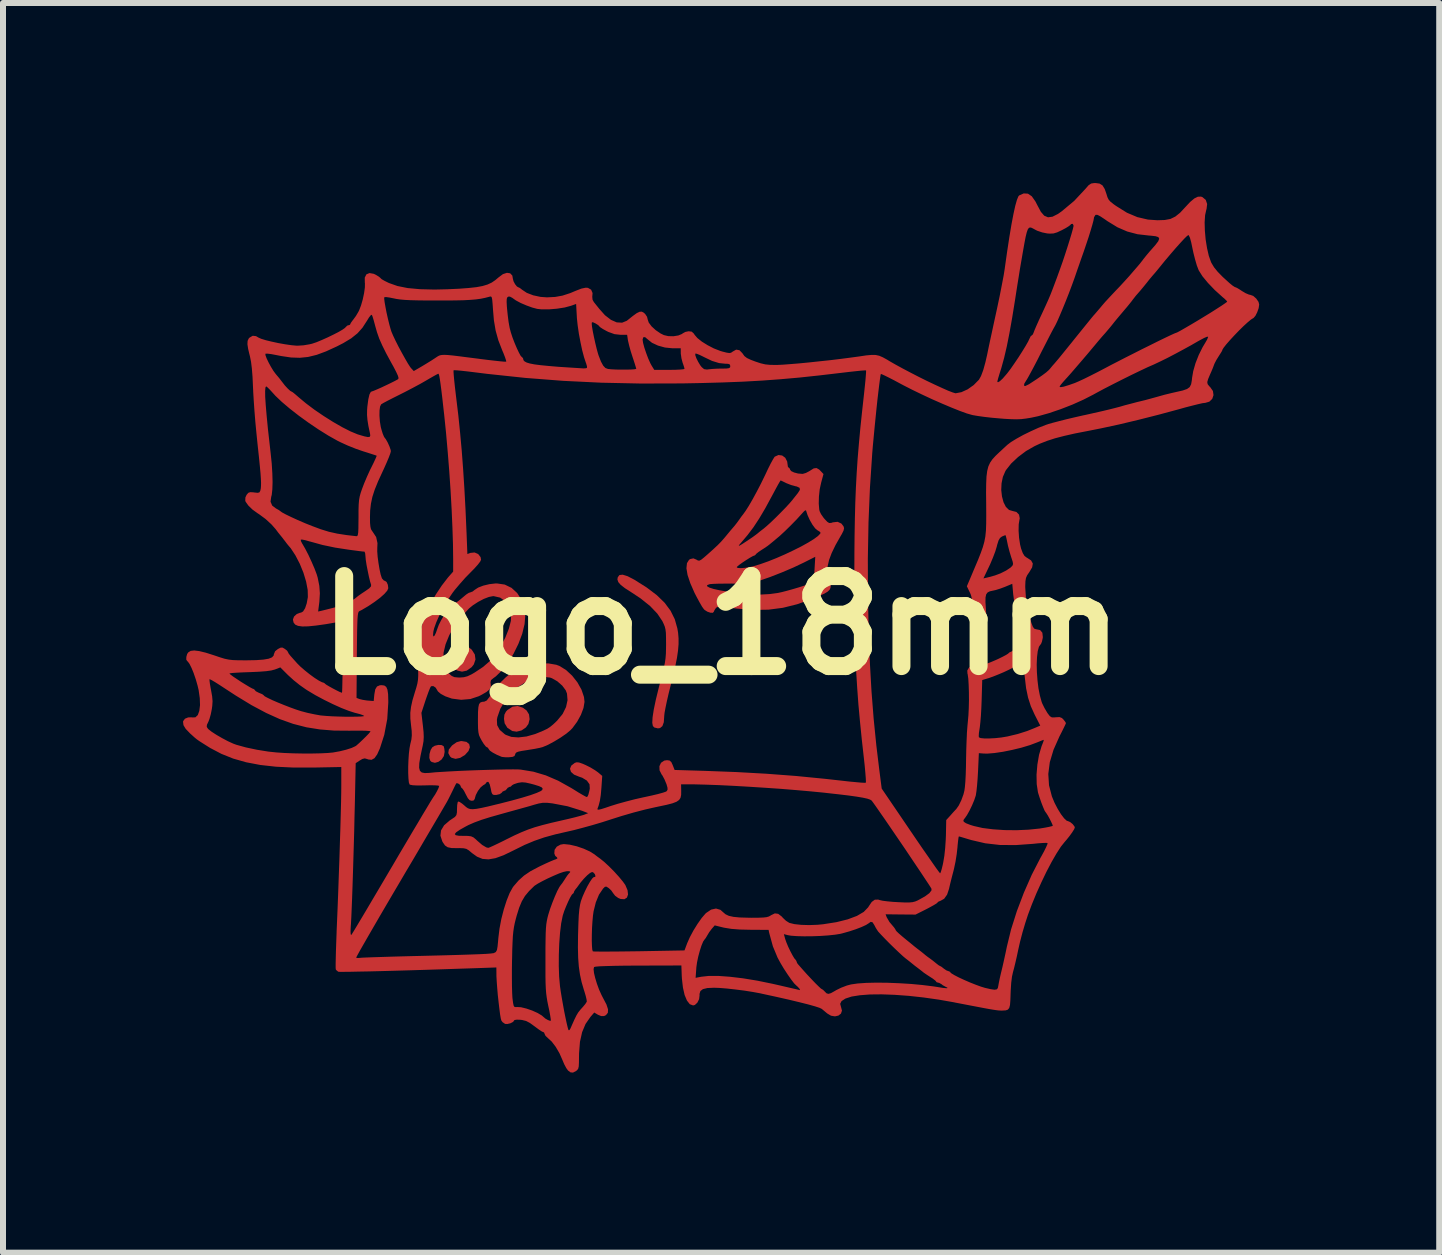
<source format=kicad_pcb>
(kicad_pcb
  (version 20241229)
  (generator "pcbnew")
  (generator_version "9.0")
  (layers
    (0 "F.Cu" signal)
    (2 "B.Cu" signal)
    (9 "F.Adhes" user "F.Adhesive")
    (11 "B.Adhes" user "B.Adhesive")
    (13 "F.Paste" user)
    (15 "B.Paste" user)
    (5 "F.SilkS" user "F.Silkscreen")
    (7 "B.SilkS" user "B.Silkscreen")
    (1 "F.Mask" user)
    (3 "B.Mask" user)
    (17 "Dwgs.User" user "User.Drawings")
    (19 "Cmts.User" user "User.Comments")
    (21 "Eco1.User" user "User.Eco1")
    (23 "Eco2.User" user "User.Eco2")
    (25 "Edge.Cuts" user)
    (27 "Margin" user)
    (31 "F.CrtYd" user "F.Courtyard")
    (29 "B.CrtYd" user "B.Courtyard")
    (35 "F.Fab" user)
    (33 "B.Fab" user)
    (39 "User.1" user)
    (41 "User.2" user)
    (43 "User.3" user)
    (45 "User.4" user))
  (footprint "Logo_18mm"
    (layer "F.Cu")
    (at 8.971 7.371)
    (property "Reference" "Logo_18mm" (at 0 0 0) (layer "F.SilkS") (effects (font (size 1.5 1.5) (thickness 0.3))))
    (attr board_only exclude_from_pos_files exclude_from_bom)
    (fp_poly (pts (xy -4.225 0.354) (xy -4.16 0.405) (xy -4.109 0.485) (xy -4.098 0.569) (xy -4.126 0.651) (xy -4.163 0.697) (xy -4.243 0.754) (xy -4.322 0.771) (xy -4.398 0.753) (xy -4.478 0.699) (xy -4.523 0.62) (xy -4.533 0.551) (xy -4.514 0.458) (xy -4.46 0.386) (xy -4.398 0.349) (xy -4.308 0.331)) (stroke (width 0) (type solid)) (fill yes) (layer "F.Cu"))
    (fp_poly (pts (xy -4.248 1.941) (xy -4.203 1.978) (xy -4.191 2.031) (xy -4.214 2.093) (xy -4.273 2.159) (xy -4.273 2.159) (xy -4.354 2.208) (xy -4.43 2.224) (xy -4.496 2.206) (xy -4.52 2.186) (xy -4.551 2.128) (xy -4.542 2.068) (xy -4.491 2.004) (xy -4.48 1.994) (xy -4.411 1.946) (xy -4.343 1.928) (xy -4.325 1.928)) (stroke (width 0) (type solid)) (fill yes) (layer "F.Cu"))
    (fp_poly (pts (xy -3.308 1.372) (xy -3.246 1.418) (xy -3.206 1.483) (xy -3.196 1.563) (xy -3.216 1.643) (xy -3.258 1.701) (xy -3.332 1.751) (xy -3.413 1.771) (xy -3.485 1.76) (xy -3.567 1.706) (xy -3.612 1.632) (xy -3.623 1.557) (xy -3.616 1.487) (xy -3.59 1.437) (xy -3.565 1.41) (xy -3.481 1.355) (xy -3.395 1.343)) (stroke (width 0) (type solid)) (fill yes) (layer "F.Cu"))
    (fp_poly (pts (xy -4.663 1.994) (xy -4.628 2.013) (xy -4.628 2.014) (xy -4.618 2.049) (xy -4.612 2.105) (xy -4.612 2.109) (xy -4.625 2.178) (xy -4.663 2.235) (xy -4.716 2.274) (xy -4.774 2.29) (xy -4.828 2.276) (xy -4.851 2.256) (xy -4.867 2.209) (xy -4.864 2.143) (xy -4.845 2.076) (xy -4.817 2.031) (xy -4.775 2.005) (xy -4.717 1.992)) (stroke (width 0) (type solid)) (fill yes) (layer "F.Cu"))
    (fp_poly (pts (xy -1.564 -0.82) (xy -1.456 -0.764) (xy -1.452 -0.762) (xy -1.246 -0.632) (xy -1.078 -0.505) (xy -0.946 -0.377) (xy -0.847 -0.244) (xy -0.777 -0.103) (xy -0.734 0.05) (xy -0.722 0.121) (xy -0.714 0.216) (xy -0.714 0.314) (xy -0.723 0.421) (xy -0.741 0.545) (xy -0.771 0.692) (xy -0.812 0.867) (xy -0.846 1.001) (xy -0.879 1.134) (xy -0.908 1.26) (xy -0.931 1.37) (xy -0.947 1.455) (xy -0.953 1.509) (xy -0.953 1.513) (xy -0.96 1.614) (xy -0.983 1.678) (xy -1.023 1.711) (xy -1.058 1.716) (xy -1.117 1.702) (xy -1.142 1.677) (xy -1.152 1.624) (xy -1.147 1.532) (xy -1.127 1.402) (xy -1.092 1.235) (xy -1.042 1.031) (xy -1.022 0.953) (xy -0.986 0.816) (xy -0.96 0.71) (xy -0.942 0.624) (xy -0.931 0.548) (xy -0.925 0.472) (xy -0.923 0.385) (xy -0.922 0.318) (xy -0.923 0.206) (xy -0.925 0.126) (xy -0.932 0.067) (xy -0.944 0.019) (xy -0.964 -0.029) (xy -0.984 -0.071) (xy -1.067 -0.195) (xy -1.188 -0.322) (xy -1.346 -0.449) (xy -1.5 -0.551) (xy -1.606 -0.619) (xy -1.677 -0.674) (xy -1.718 -0.721) (xy -1.733 -0.765) (xy -1.727 -0.802) (xy -1.699 -0.839) (xy -1.645 -0.845)) (stroke (width 0) (type solid)) (fill yes) (layer "F.Cu"))
    (fp_poly (pts (xy -2.752 0.656) (xy -2.701 0.675) (xy -2.591 0.742) (xy -2.488 0.837) (xy -2.399 0.95) (xy -2.331 1.072) (xy -2.29 1.193) (xy -2.281 1.275) (xy -2.298 1.376) (xy -2.341 1.491) (xy -2.405 1.607) (xy -2.482 1.711) (xy -2.514 1.745) (xy -2.584 1.804) (xy -2.68 1.87) (xy -2.787 1.935) (xy -2.891 1.991) (xy -2.979 2.028) (xy -3.029 2.041) (xy -3.108 2.057) (xy -3.201 2.072) (xy -3.237 2.078) (xy -3.329 2.092) (xy -3.387 2.105) (xy -3.419 2.119) (xy -3.433 2.137) (xy -3.436 2.149) (xy -3.448 2.177) (xy -3.48 2.191) (xy -3.538 2.197) (xy -3.603 2.197) (xy -3.654 2.192) (xy -3.665 2.189) (xy -3.742 2.156) (xy -3.81 2.12) (xy -3.858 2.087) (xy -3.877 2.062) (xy -3.877 2.062) (xy -3.893 2.036) (xy -3.903 2.034) (xy -3.927 2.017) (xy -3.962 1.972) (xy -3.993 1.922) (xy -4.02 1.872) (xy -4.039 1.829) (xy -4.049 1.782) (xy -4.055 1.72) (xy -4.057 1.632) (xy -4.057 1.572) (xy -3.741 1.572) (xy -3.737 1.662) (xy -3.694 1.741) (xy -3.612 1.812) (xy -3.593 1.824) (xy -3.5 1.858) (xy -3.383 1.867) (xy -3.247 1.851) (xy -3.103 1.81) (xy -3.058 1.792) (xy -2.967 1.754) (xy -2.902 1.723) (xy -2.852 1.69) (xy -2.802 1.649) (xy -2.739 1.589) (xy -2.733 1.582) (xy -2.646 1.476) (xy -2.589 1.361) (xy -2.564 1.246) (xy -2.573 1.137) (xy -2.594 1.082) (xy -2.652 1.004) (xy -2.734 0.932) (xy -2.823 0.881) (xy -2.857 0.869) (xy -2.979 0.857) (xy -3.112 0.881) (xy -3.25 0.937) (xy -3.385 1.023) (xy -3.487 1.114) (xy -3.6 1.247) (xy -3.684 1.389) (xy -3.733 1.529) (xy -3.741 1.572) (xy -4.057 1.572) (xy -4.057 1.562) (xy -4.056 1.445) (xy -4.05 1.365) (xy -4.039 1.314) (xy -4.018 1.286) (xy -3.987 1.274) (xy -3.951 1.271) (xy -3.91 1.251) (xy -3.864 1.191) (xy -3.85 1.167) (xy -3.782 1.066) (xy -3.69 0.959) (xy -3.59 0.862) (xy -3.493 0.787) (xy -3.489 0.784) (xy -3.349 0.713) (xy -3.195 0.663) (xy -3.037 0.636) (xy -2.886 0.633)) (stroke (width 0) (type solid)) (fill yes) (layer "F.Cu"))
    (fp_poly (pts (xy 1.012 -2.831) (xy 1.064 -2.793) (xy 1.096 -2.731) (xy 1.102 -2.686) (xy 1.108 -2.643) (xy 1.123 -2.627) (xy 1.142 -2.61) (xy 1.144 -2.596) (xy 1.163 -2.571) (xy 1.211 -2.548) (xy 1.275 -2.531) (xy 1.343 -2.525) (xy 1.356 -2.525) (xy 1.408 -2.54) (xy 1.467 -2.571) (xy 1.476 -2.577) (xy 1.538 -2.616) (xy 1.585 -2.622) (xy 1.629 -2.597) (xy 1.652 -2.574) (xy 1.701 -2.522) (xy 1.662 -2.378) (xy 1.638 -2.268) (xy 1.625 -2.146) (xy 1.622 -2.03) (xy 1.63 -1.933) (xy 1.636 -1.904) (xy 1.66 -1.854) (xy 1.701 -1.795) (xy 1.721 -1.771) (xy 1.765 -1.725) (xy 1.796 -1.706) (xy 1.831 -1.708) (xy 1.857 -1.717) (xy 1.936 -1.726) (xy 1.999 -1.697) (xy 2.035 -1.651) (xy 2.044 -1.619) (xy 2.035 -1.579) (xy 2.006 -1.521) (xy 1.992 -1.498) (xy 1.902 -1.339) (xy 1.837 -1.205) (xy 1.794 -1.09) (xy 1.77 -0.985) (xy 1.765 -0.94) (xy 1.76 -0.858) (xy 1.764 -0.807) (xy 1.776 -0.777) (xy 1.787 -0.765) (xy 1.812 -0.724) (xy 1.822 -0.665) (xy 1.818 -0.626) (xy 1.803 -0.593) (xy 1.77 -0.562) (xy 1.715 -0.529) (xy 1.631 -0.491) (xy 1.513 -0.442) (xy 1.509 -0.44) (xy 1.261 -0.352) (xy 1.024 -0.293) (xy 0.786 -0.262) (xy 0.537 -0.258) (xy 0.265 -0.279) (xy 0.215 -0.285) (xy 0.101 -0.299) (xy 0.022 -0.307) (xy -0.03 -0.31) (xy -0.062 -0.307) (xy -0.081 -0.299) (xy -0.095 -0.284) (xy -0.097 -0.282) (xy -0.12 -0.245) (xy -0.126 -0.228) (xy -0.143 -0.21) (xy -0.183 -0.211) (xy -0.233 -0.228) (xy -0.278 -0.256) (xy -0.293 -0.271) (xy -0.323 -0.313) (xy -0.364 -0.384) (xy -0.411 -0.471) (xy -0.447 -0.54) (xy -0.496 -0.652) (xy -0.238 -0.652) (xy -0.201 -0.63) (xy -0.129 -0.607) (xy -0.026 -0.584) (xy 0.218 -0.543) (xy 0.433 -0.519) (xy 0.625 -0.512) (xy 0.805 -0.522) (xy 0.939 -0.54) (xy 1.008 -0.555) (xy 1.097 -0.578) (xy 1.197 -0.606) (xy 1.298 -0.636) (xy 1.391 -0.666) (xy 1.468 -0.693) (xy 1.519 -0.715) (xy 1.536 -0.725) (xy 1.539 -0.747) (xy 1.544 -0.802) (xy 1.549 -0.881) (xy 1.552 -0.937) (xy 1.564 -1.143) (xy 1.376 -1.048) (xy 1.201 -0.965) (xy 1.006 -0.882) (xy 0.809 -0.805) (xy 0.629 -0.743) (xy 0.625 -0.742) (xy 0.557 -0.722) (xy 0.492 -0.709) (xy 0.419 -0.701) (xy 0.327 -0.697) (xy 0.206 -0.696) (xy 0.169 -0.697) (xy 0.055 -0.696) (xy -0.049 -0.695) (xy -0.133 -0.692) (xy -0.187 -0.688) (xy -0.197 -0.686) (xy -0.238 -0.671) (xy -0.238 -0.652) (xy -0.496 -0.652) (xy -0.518 -0.702) (xy -0.564 -0.84) (xy -0.583 -0.952) (xy -0.581 -0.969) (xy 0.255 -0.969) (xy 0.273 -0.957) (xy 0.323 -0.954) (xy 0.394 -0.959) (xy 0.476 -0.973) (xy 0.527 -0.984) (xy 0.647 -1.02) (xy 0.78 -1.067) (xy 0.92 -1.123) (xy 1.062 -1.185) (xy 1.201 -1.251) (xy 1.331 -1.316) (xy 1.446 -1.38) (xy 1.54 -1.438) (xy 1.609 -1.489) (xy 1.647 -1.529) (xy 1.652 -1.545) (xy 1.635 -1.564) (xy 1.6 -1.585) (xy 1.562 -1.617) (xy 1.517 -1.678) (xy 1.473 -1.755) (xy 1.436 -1.836) (xy 1.42 -1.884) (xy 1.411 -1.913) (xy 1.398 -1.918) (xy 1.374 -1.898) (xy 1.333 -1.853) (xy 1.251 -1.763) (xy 1.155 -1.665) (xy 1.057 -1.569) (xy 0.967 -1.486) (xy 0.913 -1.441) (xy 0.858 -1.395) (xy 0.814 -1.359) (xy 0.797 -1.345) (xy 0.767 -1.322) (xy 0.714 -1.286) (xy 0.673 -1.26) (xy 0.618 -1.223) (xy 0.581 -1.193) (xy 0.572 -1.181) (xy 0.556 -1.166) (xy 0.551 -1.165) (xy 0.523 -1.154) (xy 0.473 -1.126) (xy 0.411 -1.087) (xy 0.348 -1.045) (xy 0.295 -1.007) (xy 0.261 -0.978) (xy 0.255 -0.969) (xy -0.581 -0.969) (xy -0.574 -1.037) (xy -0.539 -1.093) (xy -0.517 -1.106) (xy -0.467 -1.117) (xy -0.417 -1.096) (xy -0.391 -1.081) (xy -0.367 -1.079) (xy -0.337 -1.094) (xy -0.292 -1.13) (xy -0.231 -1.183) (xy -0.137 -1.267) (xy -0.074 -1.326) (xy 0.289 -1.326) (xy 0.304 -1.33) (xy 0.346 -1.355) (xy 0.418 -1.402) (xy 0.455 -1.427) (xy 0.522 -1.472) (xy 0.575 -1.511) (xy 0.605 -1.534) (xy 0.606 -1.535) (xy 0.637 -1.561) (xy 0.686 -1.599) (xy 0.701 -1.61) (xy 0.751 -1.652) (xy 0.822 -1.716) (xy 0.904 -1.795) (xy 0.99 -1.881) (xy 1.071 -1.964) (xy 1.138 -2.037) (xy 1.185 -2.092) (xy 1.186 -2.094) (xy 1.231 -2.151) (xy 1.271 -2.201) (xy 1.276 -2.208) (xy 1.308 -2.258) (xy 1.303 -2.292) (xy 1.257 -2.314) (xy 1.234 -2.319) (xy 1.161 -2.339) (xy 1.084 -2.369) (xy 1.074 -2.374) (xy 1.023 -2.399) (xy 0.991 -2.414) (xy 0.986 -2.415) (xy 0.974 -2.397) (xy 0.946 -2.349) (xy 0.906 -2.276) (xy 0.858 -2.186) (xy 0.839 -2.151) (xy 0.73 -1.95) (xy 0.63 -1.781) (xy 0.534 -1.635) (xy 0.435 -1.504) (xy 0.328 -1.378) (xy 0.298 -1.343) (xy 0.289 -1.326) (xy -0.074 -1.326) (xy -0.066 -1.333) (xy -0.008 -1.392) (xy 0.046 -1.453) (xy 0.095 -1.512) (xy 0.147 -1.575) (xy 0.195 -1.631) (xy 0.22 -1.66) (xy 0.262 -1.714) (xy 0.294 -1.758) (xy 0.331 -1.811) (xy 0.36 -1.848) (xy 0.402 -1.906) (xy 0.458 -1.994) (xy 0.522 -2.105) (xy 0.59 -2.23) (xy 0.658 -2.361) (xy 0.721 -2.49) (xy 0.733 -2.515) (xy 0.78 -2.615) (xy 0.824 -2.702) (xy 0.861 -2.769) (xy 0.885 -2.807) (xy 0.89 -2.812) (xy 0.951 -2.839)) (stroke (width 0) (type solid)) (fill yes) (layer "F.Cu"))
    (fp_poly (pts (xy 6.301 -7.362) (xy 6.35 -7.332) (xy 6.387 -7.272) (xy 6.415 -7.192) (xy 6.433 -7.134) (xy 6.453 -7.094) (xy 6.483 -7.06) (xy 6.533 -7.02) (xy 6.58 -6.987) (xy 6.758 -6.876) (xy 6.931 -6.803) (xy 7.108 -6.762) (xy 7.266 -6.751) (xy 7.388 -6.755) (xy 7.483 -6.773) (xy 7.563 -6.812) (xy 7.642 -6.875) (xy 7.723 -6.962) (xy 7.81 -7.055) (xy 7.88 -7.114) (xy 7.939 -7.143) (xy 7.991 -7.145) (xy 8.016 -7.136) (xy 8.071 -7.09) (xy 8.094 -7.021) (xy 8.084 -6.938) (xy 8.08 -6.927) (xy 8.06 -6.836) (xy 8.052 -6.716) (xy 8.056 -6.577) (xy 8.069 -6.43) (xy 8.092 -6.287) (xy 8.122 -6.157) (xy 8.159 -6.053) (xy 8.167 -6.037) (xy 8.209 -5.967) (xy 8.269 -5.893) (xy 8.353 -5.807) (xy 8.466 -5.704) (xy 8.472 -5.699) (xy 8.52 -5.66) (xy 8.555 -5.638) (xy 8.564 -5.635) (xy 8.591 -5.624) (xy 8.639 -5.595) (xy 8.675 -5.571) (xy 8.736 -5.535) (xy 8.791 -5.512) (xy 8.812 -5.508) (xy 8.862 -5.49) (xy 8.912 -5.446) (xy 8.95 -5.391) (xy 8.961 -5.346) (xy 8.952 -5.285) (xy 8.928 -5.217) (xy 8.898 -5.158) (xy 8.866 -5.121) (xy 8.857 -5.117) (xy 8.823 -5.095) (xy 8.768 -5.049) (xy 8.699 -4.986) (xy 8.623 -4.911) (xy 8.546 -4.831) (xy 8.473 -4.752) (xy 8.412 -4.682) (xy 8.368 -4.626) (xy 8.347 -4.591) (xy 8.347 -4.586) (xy 8.336 -4.563) (xy 8.307 -4.517) (xy 8.286 -4.484) (xy 8.247 -4.421) (xy 8.217 -4.363) (xy 8.209 -4.343) (xy 8.191 -4.294) (xy 8.162 -4.225) (xy 8.142 -4.18) (xy 8.11 -4.104) (xy 8.096 -4.055) (xy 8.102 -4.02) (xy 8.128 -3.987) (xy 8.145 -3.97) (xy 8.19 -3.906) (xy 8.2 -3.837) (xy 8.179 -3.775) (xy 8.131 -3.728) (xy 8.059 -3.707) (xy 8.05 -3.707) (xy 8.013 -3.702) (xy 7.943 -3.686) (xy 7.847 -3.662) (xy 7.734 -3.633) (xy 7.62 -3.601) (xy 7.287 -3.511) (xy 6.952 -3.426) (xy 6.625 -3.348) (xy 6.319 -3.282) (xy 6.107 -3.24) (xy 5.891 -3.198) (xy 5.711 -3.157) (xy 5.557 -3.117) (xy 5.425 -3.074) (xy 5.305 -3.027) (xy 5.217 -2.986) (xy 5.076 -2.905) (xy 4.943 -2.805) (xy 4.828 -2.697) (xy 4.742 -2.588) (xy 4.731 -2.569) (xy 4.69 -2.474) (xy 4.668 -2.367) (xy 4.663 -2.256) (xy 4.675 -2.149) (xy 4.701 -2.052) (xy 4.74 -1.975) (xy 4.792 -1.924) (xy 4.849 -1.907) (xy 4.916 -1.89) (xy 4.959 -1.846) (xy 4.971 -1.785) (xy 4.967 -1.764) (xy 4.954 -1.683) (xy 4.952 -1.576) (xy 4.96 -1.459) (xy 4.977 -1.348) (xy 4.993 -1.282) (xy 5.022 -1.204) (xy 5.051 -1.157) (xy 5.089 -1.128) (xy 5.096 -1.125) (xy 5.161 -1.082) (xy 5.189 -1.03) (xy 5.178 -0.967) (xy 5.13 -0.886) (xy 5.126 -0.881) (xy 5.094 -0.834) (xy 5.075 -0.79) (xy 5.066 -0.736) (xy 5.063 -0.658) (xy 5.063 -0.633) (xy 5.075 -0.451) (xy 5.109 -0.25) (xy 5.163 -0.048) (xy 5.188 0.019) (xy 5.211 0.053) (xy 5.241 0.064) (xy 5.243 0.064) (xy 5.311 0.078) (xy 5.348 0.122) (xy 5.356 0.195) (xy 5.354 0.212) (xy 5.341 0.271) (xy 5.325 0.311) (xy 5.318 0.317) (xy 5.291 0.356) (xy 5.271 0.43) (xy 5.259 0.53) (xy 5.254 0.649) (xy 5.257 0.78) (xy 5.267 0.916) (xy 5.283 1.048) (xy 5.307 1.17) (xy 5.336 1.274) (xy 5.347 1.303) (xy 5.384 1.378) (xy 5.429 1.454) (xy 5.436 1.465) (xy 5.473 1.513) (xy 5.506 1.533) (xy 5.553 1.533) (xy 5.573 1.531) (xy 5.634 1.528) (xy 5.675 1.544) (xy 5.699 1.568) (xy 5.729 1.606) (xy 5.741 1.628) (xy 5.732 1.651) (xy 5.707 1.703) (xy 5.671 1.776) (xy 5.633 1.85) (xy 5.534 2.073) (xy 5.472 2.28) (xy 5.447 2.476) (xy 5.459 2.665) (xy 5.507 2.85) (xy 5.551 2.956) (xy 5.604 3.058) (xy 5.659 3.147) (xy 5.711 3.215) (xy 5.754 3.255) (xy 5.776 3.262) (xy 5.811 3.277) (xy 5.853 3.311) (xy 5.883 3.35) (xy 5.889 3.369) (xy 5.877 3.398) (xy 5.845 3.449) (xy 5.801 3.51) (xy 5.753 3.57) (xy 5.721 3.607) (xy 5.657 3.687) (xy 5.583 3.802) (xy 5.501 3.944) (xy 5.416 4.106) (xy 5.331 4.283) (xy 5.248 4.467) (xy 5.172 4.652) (xy 5.108 4.823) (xy 5.063 4.961) (xy 5.017 5.116) (xy 4.977 5.269) (xy 4.947 5.401) (xy 4.923 5.515) (xy 4.898 5.623) (xy 4.876 5.714) (xy 4.859 5.776) (xy 4.858 5.781) (xy 4.842 5.852) (xy 4.829 5.956) (xy 4.821 6.08) (xy 4.819 6.13) (xy 4.815 6.246) (xy 4.809 6.325) (xy 4.796 6.375) (xy 4.773 6.403) (xy 4.738 6.415) (xy 4.686 6.418) (xy 4.674 6.419) (xy 4.646 6.418) (xy 4.615 6.416) (xy 4.575 6.411) (xy 4.522 6.403) (xy 4.451 6.391) (xy 4.359 6.374) (xy 4.239 6.351) (xy 4.087 6.322) (xy 3.899 6.286) (xy 3.877 6.281) (xy 3.621 6.236) (xy 3.368 6.2) (xy 3.121 6.173) (xy 2.888 6.156) (xy 2.671 6.148) (xy 2.475 6.15) (xy 2.307 6.163) (xy 2.169 6.185) (xy 2.068 6.218) (xy 2.066 6.219) (xy 2.002 6.26) (xy 1.979 6.306) (xy 1.993 6.358) (xy 2.009 6.419) (xy 1.992 6.469) (xy 1.95 6.502) (xy 1.892 6.515) (xy 1.826 6.504) (xy 1.764 6.467) (xy 1.711 6.423) (xy 1.673 6.391) (xy 1.636 6.373) (xy 1.56 6.348) (xy 1.446 6.316) (xy 1.299 6.279) (xy 1.12 6.236) (xy 0.912 6.189) (xy 0.677 6.138) (xy 0.652 6.132) (xy 0.528 6.109) (xy 0.384 6.086) (xy 0.234 6.067) (xy 0.09 6.051) (xy -0.036 6.041) (xy -0.123 6.038) (xy -0.234 6.043) (xy -0.308 6.061) (xy -0.35 6.093) (xy -0.365 6.142) (xy -0.364 6.166) (xy -0.372 6.229) (xy -0.401 6.287) (xy -0.442 6.325) (xy -0.472 6.333) (xy -0.527 6.312) (xy -0.574 6.252) (xy -0.613 6.159) (xy -0.641 6.036) (xy -0.658 5.888) (xy -0.659 5.873) (xy -0.43 5.873) (xy -0.337 5.855) (xy -0.21 5.841) (xy -0.049 5.841) (xy 0.143 5.855) (xy 0.36 5.881) (xy 0.598 5.92) (xy 0.851 5.972) (xy 0.953 5.995) (xy 1.069 6.022) (xy 1.169 6.045) (xy 1.247 6.063) (xy 1.296 6.075) (xy 1.309 6.078) (xy 1.307 6.065) (xy 1.3 6.053) (xy 1.27 6.02) (xy 1.246 5.999) (xy 1.211 5.964) (xy 1.162 5.9) (xy 1.104 5.817) (xy 1.043 5.724) (xy 0.986 5.629) (xy 0.939 5.542) (xy 0.937 5.539) (xy 0.858 5.349) (xy 0.802 5.145) (xy 1.041 5.145) (xy 1.063 5.226) (xy 1.083 5.283) (xy 1.113 5.355) (xy 1.149 5.43) (xy 1.185 5.498) (xy 1.215 5.548) (xy 1.233 5.568) (xy 1.25 5.592) (xy 1.25 5.595) (xy 1.262 5.627) (xy 1.276 5.646) (xy 1.348 5.728) (xy 1.424 5.813) (xy 1.499 5.893) (xy 1.567 5.964) (xy 1.622 6.018) (xy 1.659 6.052) (xy 1.67 6.059) (xy 1.694 6.073) (xy 1.722 6.101) (xy 1.752 6.131) (xy 1.783 6.14) (xy 1.825 6.128) (xy 1.888 6.093) (xy 1.913 6.078) (xy 1.994 6.038) (xy 2.091 6.001) (xy 2.159 5.983) (xy 2.269 5.967) (xy 2.413 5.957) (xy 2.582 5.953) (xy 2.769 5.955) (xy 2.966 5.963) (xy 3.163 5.975) (xy 3.354 5.993) (xy 3.53 6.015) (xy 3.601 6.026) (xy 3.694 6.041) (xy 3.751 6.046) (xy 3.771 6.042) (xy 3.752 6.03) (xy 3.737 6.023) (xy 3.688 5.996) (xy 3.669 5.98) (xy 3.629 5.957) (xy 3.61 5.953) (xy 3.583 5.944) (xy 3.58 5.937) (xy 3.564 5.918) (xy 3.521 5.885) (xy 3.479 5.858) (xy 3.419 5.819) (xy 3.372 5.787) (xy 3.355 5.773) (xy 3.321 5.746) (xy 3.274 5.71) (xy 3.274 5.71) (xy 3.221 5.67) (xy 3.179 5.636) (xy 3.137 5.602) (xy 3.082 5.559) (xy 3.07 5.55) (xy 3.027 5.514) (xy 2.963 5.455) (xy 2.886 5.382) (xy 2.804 5.302) (xy 2.727 5.224) (xy 2.661 5.155) (xy 2.615 5.105) (xy 2.606 5.093) (xy 2.573 5.042) (xy 2.548 4.994) (xy 2.518 4.947) (xy 2.487 4.94) (xy 2.454 4.964) (xy 2.41 4.992) (xy 2.336 5.026) (xy 2.24 5.063) (xy 2.131 5.099) (xy 2.021 5.13) (xy 1.981 5.14) (xy 1.894 5.154) (xy 1.78 5.166) (xy 1.649 5.175) (xy 1.512 5.18) (xy 1.378 5.181) (xy 1.258 5.178) (xy 1.161 5.171) (xy 1.108 5.162) (xy 1.041 5.145) (xy 0.802 5.145) (xy 0.798 5.129) (xy 0.797 5.127) (xy 0.786 5.074) (xy 0.483 5.072) (xy 0.306 5.068) (xy 0.165 5.057) (xy 0.054 5.039) (xy 0.034 5.035) (xy -0.111 4.999) (xy -0.16 5.055) (xy -0.203 5.112) (xy -0.236 5.167) (xy -0.262 5.211) (xy -0.28 5.233) (xy -0.304 5.268) (xy -0.332 5.335) (xy -0.36 5.422) (xy -0.386 5.519) (xy -0.406 5.615) (xy -0.418 5.701) (xy -0.418 5.706) (xy -0.43 5.873) (xy -0.659 5.873) (xy -0.661 5.836) (xy -0.667 5.667) (xy -1.383 5.669) (xy -1.602 5.67) (xy -1.784 5.673) (xy -1.928 5.677) (xy -2.033 5.681) (xy -2.098 5.687) (xy -2.122 5.693) (xy -2.13 5.728) (xy -2.123 5.792) (xy -2.103 5.876) (xy -2.074 5.972) (xy -2.038 6.07) (xy -1.996 6.163) (xy -1.971 6.211) (xy -1.915 6.318) (xy -1.889 6.398) (xy -1.892 6.455) (xy -1.923 6.494) (xy -1.956 6.51) (xy -2.004 6.51) (xy -2.057 6.488) (xy -2.119 6.451) (xy -2.183 6.525) (xy -2.264 6.642) (xy -2.321 6.778) (xy -2.357 6.939) (xy -2.372 7.13) (xy -2.373 7.192) (xy -2.374 7.286) (xy -2.377 7.348) (xy -2.386 7.386) (xy -2.402 7.409) (xy -2.42 7.424) (xy -2.473 7.452) (xy -2.515 7.448) (xy -2.556 7.417) (xy -2.585 7.377) (xy -2.62 7.311) (xy -2.649 7.242) (xy -2.699 7.129) (xy -2.761 7.023) (xy -2.827 6.936) (xy -2.89 6.878) (xy -2.892 6.876) (xy -2.93 6.841) (xy -2.945 6.81) (xy -2.956 6.782) (xy -2.966 6.779) (xy -2.992 6.767) (xy -3.041 6.735) (xy -3.103 6.689) (xy -3.114 6.681) (xy -3.191 6.625) (xy -3.254 6.592) (xy -3.318 6.576) (xy -3.347 6.572) (xy -3.41 6.57) (xy -3.447 6.576) (xy -3.453 6.582) (xy -3.471 6.607) (xy -3.515 6.63) (xy -3.566 6.642) (xy -3.604 6.641) (xy -3.646 6.612) (xy -3.666 6.586) (xy -3.676 6.551) (xy -3.688 6.482) (xy -3.7 6.388) (xy -3.713 6.277) (xy -3.726 6.159) (xy -3.736 6.041) (xy -3.744 5.933) (xy -3.747 5.877) (xy -3.491 5.877) (xy -3.49 6.008) (xy -3.487 6.118) (xy -3.483 6.197) (xy -3.481 6.218) (xy -3.471 6.295) (xy -3.461 6.339) (xy -3.447 6.358) (xy -3.423 6.361) (xy -3.407 6.359) (xy -3.339 6.363) (xy -3.249 6.385) (xy -3.153 6.418) (xy -3.062 6.459) (xy -2.992 6.501) (xy -2.966 6.524) (xy -2.933 6.552) (xy -2.891 6.576) (xy -2.856 6.589) (xy -2.842 6.587) (xy -2.844 6.56) (xy -2.853 6.501) (xy -2.868 6.419) (xy -2.885 6.34) (xy -2.9 6.266) (xy -2.911 6.198) (xy -2.92 6.13) (xy -2.926 6.052) (xy -2.93 5.96) (xy -2.932 5.846) (xy -2.932 5.702) (xy -2.932 5.676) (xy -2.71 5.676) (xy -2.704 5.853) (xy -2.69 6.01) (xy -2.689 6.017) (xy -2.677 6.102) (xy -2.66 6.205) (xy -2.64 6.319) (xy -2.619 6.434) (xy -2.597 6.542) (xy -2.577 6.635) (xy -2.56 6.705) (xy -2.549 6.742) (xy -2.548 6.745) (xy -2.532 6.744) (xy -2.514 6.714) (xy -2.492 6.663) (xy -2.462 6.596) (xy -2.449 6.567) (xy -2.416 6.5) (xy -2.387 6.451) (xy -2.35 6.404) (xy -2.305 6.354) (xy -2.267 6.308) (xy -2.244 6.271) (xy -2.243 6.266) (xy -2.247 6.234) (xy -2.261 6.174) (xy -2.284 6.096) (xy -2.293 6.069) (xy -2.33 5.942) (xy -2.357 5.817) (xy -2.376 5.685) (xy -2.387 5.539) (xy -2.391 5.368) (xy -2.389 5.165) (xy -2.388 5.132) (xy -2.383 4.965) (xy -2.377 4.834) (xy -2.368 4.734) (xy -2.356 4.657) (xy -2.342 4.598) (xy -2.342 4.597) (xy -2.312 4.516) (xy -2.274 4.43) (xy -2.232 4.345) (xy -2.19 4.272) (xy -2.154 4.219) (xy -2.128 4.195) (xy -2.125 4.194) (xy -2.101 4.19) (xy -2.101 4.168) (xy -2.11 4.143) (xy -2.138 4.114) (xy -2.156 4.11) (xy -2.188 4.125) (xy -2.237 4.165) (xy -2.292 4.221) (xy -2.345 4.283) (xy -2.373 4.321) (xy -2.407 4.368) (xy -2.431 4.397) (xy -2.454 4.432) (xy -2.457 4.447) (xy -2.47 4.469) (xy -2.475 4.47) (xy -2.493 4.488) (xy -2.521 4.536) (xy -2.554 4.604) (xy -2.588 4.682) (xy -2.619 4.759) (xy -2.641 4.827) (xy -2.645 4.841) (xy -2.67 4.965) (xy -2.689 5.122) (xy -2.702 5.299) (xy -2.709 5.487) (xy -2.71 5.676) (xy -2.932 5.676) (xy -2.932 5.55) (xy -2.932 5.377) (xy -2.93 5.24) (xy -2.928 5.133) (xy -2.924 5.048) (xy -2.918 4.981) (xy -2.909 4.924) (xy -2.898 4.871) (xy -2.885 4.821) (xy -2.855 4.725) (xy -2.817 4.621) (xy -2.776 4.519) (xy -2.736 4.428) (xy -2.7 4.36) (xy -2.677 4.327) (xy -2.651 4.294) (xy -2.616 4.241) (xy -2.604 4.222) (xy -2.569 4.169) (xy -2.54 4.133) (xy -2.533 4.127) (xy -2.517 4.107) (xy -2.534 4.096) (xy -2.576 4.096) (xy -2.632 4.108) (xy -2.704 4.133) (xy -2.793 4.171) (xy -2.89 4.215) (xy -2.982 4.261) (xy -3.059 4.303) (xy -3.11 4.336) (xy -3.117 4.341) (xy -3.205 4.427) (xy -3.273 4.509) (xy -3.326 4.598) (xy -3.37 4.704) (xy -3.412 4.839) (xy -3.426 4.891) (xy -3.444 4.963) (xy -3.457 5.029) (xy -3.467 5.098) (xy -3.475 5.178) (xy -3.48 5.276) (xy -3.485 5.4) (xy -3.488 5.558) (xy -3.489 5.582) (xy -3.491 5.732) (xy -3.491 5.877) (xy -3.747 5.877) (xy -3.749 5.843) (xy -3.749 5.811) (xy -3.75 5.7) (xy -4.062 5.711) (xy -4.37 5.721) (xy -4.666 5.731) (xy -4.948 5.74) (xy -5.213 5.748) (xy -5.458 5.755) (xy -5.681 5.761) (xy -5.878 5.766) (xy -6.047 5.769) (xy -6.185 5.772) (xy -6.289 5.773) (xy -6.357 5.773) (xy -6.384 5.771) (xy -6.385 5.771) (xy -6.419 5.743) (xy -6.426 5.731) (xy -6.428 5.703) (xy -6.428 5.639) (xy -6.426 5.543) (xy -6.426 5.538) (xy -6.086 5.538) (xy -6.059 5.543) (xy -6.019 5.54) (xy -5.987 5.537) (xy -5.917 5.534) (xy -5.813 5.53) (xy -5.682 5.526) (xy -5.526 5.521) (xy -5.351 5.516) (xy -5.161 5.511) (xy -5.031 5.508) (xy -4.829 5.503) (xy -4.634 5.498) (xy -4.451 5.493) (xy -4.286 5.488) (xy -4.144 5.483) (xy -4.031 5.479) (xy -3.951 5.475) (xy -3.924 5.474) (xy -3.846 5.468) (xy -3.793 5.461) (xy -3.759 5.443) (xy -3.74 5.409) (xy -3.73 5.35) (xy -3.721 5.259) (xy -3.717 5.211) (xy -3.698 5.054) (xy -3.667 4.891) (xy -3.626 4.732) (xy -3.579 4.585) (xy -3.529 4.46) (xy -3.477 4.366) (xy -3.464 4.348) (xy -3.379 4.25) (xy -3.289 4.169) (xy -3.181 4.096) (xy -3.045 4.024) (xy -3.023 4.013) (xy -2.93 3.969) (xy -2.85 3.933) (xy -2.79 3.908) (xy -2.76 3.898) (xy -2.759 3.898) (xy -2.735 3.885) (xy -2.733 3.877) (xy -2.747 3.856) (xy -2.752 3.856) (xy -2.77 3.838) (xy -2.784 3.801) (xy -2.78 3.74) (xy -2.743 3.687) (xy -2.681 3.653) (xy -2.626 3.644) (xy -2.527 3.654) (xy -2.411 3.681) (xy -2.294 3.721) (xy -2.189 3.769) (xy -2.11 3.819) (xy -2.105 3.824) (xy -2.071 3.85) (xy -2.023 3.885) (xy -2.02 3.887) (xy -1.953 3.941) (xy -1.872 4.016) (xy -1.787 4.102) (xy -1.707 4.19) (xy -1.641 4.27) (xy -1.601 4.326) (xy -1.564 4.413) (xy -1.556 4.484) (xy -1.574 4.536) (xy -1.616 4.563) (xy -1.679 4.559) (xy -1.72 4.542) (xy -1.771 4.505) (xy -1.803 4.464) (xy -1.836 4.416) (xy -1.877 4.378) (xy -1.916 4.353) (xy -1.941 4.356) (xy -1.974 4.388) (xy -1.974 4.389) (xy -2.04 4.487) (xy -2.093 4.616) (xy -2.13 4.765) (xy -2.14 4.834) (xy -2.149 4.934) (xy -2.156 5.043) (xy -2.159 5.154) (xy -2.16 5.256) (xy -2.157 5.342) (xy -2.152 5.403) (xy -2.143 5.431) (xy -2.143 5.432) (xy -2.118 5.434) (xy -2.056 5.435) (xy -1.962 5.436) (xy -1.839 5.435) (xy -1.694 5.434) (xy -1.531 5.432) (xy -1.37 5.43) (xy -0.615 5.416) (xy -0.571 5.298) (xy -0.526 5.196) (xy -0.466 5.084) (xy -0.397 4.973) (xy -0.328 4.875) (xy -0.266 4.803) (xy -0.256 4.793) (xy -0.171 4.736) (xy -0.09 4.718) (xy -0.016 4.74) (xy 0.029 4.78) (xy 0.069 4.814) (xy 0.124 4.84) (xy 0.201 4.857) (xy 0.305 4.867) (xy 0.444 4.871) (xy 0.505 4.872) (xy 0.618 4.871) (xy 0.697 4.868) (xy 0.751 4.862) (xy 0.79 4.851) (xy 0.821 4.834) (xy 0.828 4.829) (xy 0.89 4.799) (xy 0.946 4.806) (xy 1.005 4.851) (xy 1.025 4.874) (xy 1.076 4.922) (xy 1.13 4.956) (xy 1.135 4.958) (xy 1.217 4.978) (xy 1.329 4.99) (xy 1.461 4.994) (xy 1.599 4.989) (xy 1.695 4.98) (xy 1.918 4.945) (xy 2.106 4.898) (xy 2.258 4.841) (xy 2.304 4.814) (xy 2.736 4.814) (xy 2.754 4.863) (xy 2.8 4.942) (xy 2.876 5.032) (xy 2.899 5.065) (xy 2.903 5.077) (xy 2.919 5.098) (xy 2.96 5.137) (xy 3.017 5.186) (xy 3.022 5.19) (xy 3.086 5.243) (xy 3.142 5.288) (xy 3.177 5.317) (xy 3.218 5.351) (xy 3.273 5.394) (xy 3.284 5.402) (xy 3.338 5.444) (xy 3.384 5.481) (xy 3.39 5.487) (xy 3.439 5.525) (xy 3.474 5.55) (xy 3.524 5.587) (xy 3.577 5.63) (xy 3.618 5.662) (xy 3.644 5.677) (xy 3.646 5.677) (xy 3.669 5.69) (xy 3.707 5.72) (xy 3.751 5.75) (xy 3.785 5.762) (xy 3.811 5.773) (xy 3.813 5.78) (xy 3.832 5.798) (xy 3.882 5.828) (xy 3.955 5.866) (xy 4.044 5.907) (xy 4.14 5.949) (xy 4.236 5.987) (xy 4.323 6.019) (xy 4.392 6.04) (xy 4.392 6.04) (xy 4.488 6.062) (xy 4.551 6.071) (xy 4.588 6.065) (xy 4.606 6.044) (xy 4.614 6.006) (xy 4.614 6.006) (xy 4.623 5.955) (xy 4.639 5.878) (xy 4.659 5.791) (xy 4.663 5.775) (xy 4.685 5.684) (xy 4.711 5.568) (xy 4.738 5.444) (xy 4.757 5.352) (xy 4.827 5.065) (xy 4.923 4.762) (xy 5.04 4.454) (xy 5.172 4.154) (xy 5.316 3.874) (xy 5.33 3.85) (xy 5.376 3.766) (xy 5.411 3.695) (xy 5.432 3.646) (xy 5.435 3.627) (xy 5.41 3.624) (xy 5.352 3.626) (xy 5.27 3.632) (xy 5.194 3.64) (xy 4.903 3.661) (xy 4.64 3.659) (xy 4.396 3.631) (xy 4.164 3.577) (xy 4.14 3.57) (xy 4.06 3.546) (xy 3.997 3.527) (xy 3.961 3.517) (xy 3.956 3.517) (xy 3.951 3.536) (xy 3.944 3.588) (xy 3.936 3.664) (xy 3.933 3.702) (xy 3.921 3.81) (xy 3.901 3.936) (xy 3.875 4.059) (xy 3.865 4.099) (xy 3.839 4.198) (xy 3.816 4.29) (xy 3.799 4.362) (xy 3.793 4.39) (xy 3.761 4.486) (xy 3.712 4.555) (xy 3.654 4.588) (xy 3.615 4.604) (xy 3.601 4.618) (xy 3.584 4.634) (xy 3.536 4.663) (xy 3.467 4.701) (xy 3.418 4.727) (xy 3.235 4.819) (xy 2.985 4.817) (xy 2.736 4.814) (xy 2.304 4.814) (xy 2.372 4.774) (xy 2.446 4.697) (xy 2.454 4.683) (xy 2.505 4.608) (xy 2.556 4.571) (xy 2.613 4.569) (xy 2.641 4.578) (xy 2.686 4.588) (xy 2.762 4.598) (xy 2.858 4.607) (xy 2.945 4.612) (xy 3.053 4.617) (xy 3.129 4.617) (xy 3.184 4.612) (xy 3.228 4.601) (xy 3.271 4.583) (xy 3.284 4.576) (xy 3.392 4.516) (xy 3.465 4.462) (xy 3.5 4.417) (xy 3.501 4.39) (xy 3.486 4.364) (xy 3.45 4.308) (xy 3.396 4.227) (xy 3.328 4.124) (xy 3.248 4.005) (xy 3.16 3.874) (xy 3.067 3.735) (xy 2.971 3.594) (xy 2.876 3.455) (xy 2.786 3.323) (xy 2.702 3.201) (xy 2.629 3.096) (xy 2.57 3.011) (xy 2.527 2.951) (xy 2.504 2.92) (xy 2.503 2.919) (xy 2.477 2.903) (xy 2.43 2.887) (xy 2.357 2.871) (xy 2.256 2.854) (xy 2.122 2.835) (xy 1.954 2.815) (xy 1.747 2.792) (xy 1.705 2.787) (xy 1.49 2.766) (xy 1.251 2.745) (xy 0.995 2.724) (xy 0.732 2.706) (xy 0.467 2.689) (xy 0.209 2.674) (xy -0.034 2.662) (xy -0.255 2.654) (xy -0.446 2.649) (xy -0.543 2.648) (xy -0.672 2.648) (xy -0.67 2.767) (xy -0.671 2.826) (xy -0.681 2.873) (xy -0.705 2.909) (xy -0.748 2.939) (xy -0.816 2.965) (xy -0.913 2.99) (xy -1.045 3.018) (xy -1.102 3.03) (xy -1.27 3.068) (xy -1.462 3.118) (xy -1.662 3.176) (xy -1.832 3.23) (xy -1.984 3.279) (xy -2.149 3.328) (xy -2.312 3.373) (xy -2.461 3.412) (xy -2.553 3.433) (xy -2.767 3.482) (xy -2.952 3.533) (xy -3.117 3.59) (xy -3.277 3.657) (xy -3.441 3.738) (xy -3.469 3.752) (xy -3.63 3.83) (xy -3.765 3.879) (xy -3.88 3.899) (xy -3.981 3.891) (xy -4.072 3.854) (xy -4.157 3.793) (xy -4.209 3.749) (xy -4.25 3.724) (xy -4.296 3.714) (xy -4.362 3.711) (xy -4.402 3.712) (xy -4.497 3.71) (xy -4.561 3.697) (xy -4.606 3.667) (xy -4.642 3.615) (xy -4.651 3.599) (xy -4.682 3.504) (xy -4.679 3.477) (xy -4.443 3.477) (xy -4.427 3.496) (xy -4.373 3.506) (xy -4.302 3.507) (xy -4.223 3.508) (xy -4.171 3.515) (xy -4.131 3.533) (xy -4.09 3.567) (xy -4.074 3.583) (xy -3.987 3.658) (xy -3.918 3.699) (xy -3.885 3.707) (xy -3.859 3.698) (xy -3.803 3.673) (xy -3.723 3.635) (xy -3.627 3.588) (xy -3.578 3.563) (xy -3.448 3.499) (xy -3.333 3.447) (xy -3.224 3.403) (xy -3.111 3.364) (xy -2.984 3.328) (xy -2.834 3.29) (xy -2.669 3.252) (xy -2.552 3.225) (xy -2.445 3.199) (xy -2.358 3.176) (xy -2.298 3.159) (xy -2.281 3.153) (xy -2.22 3.129) (xy -2.323 3.089) (xy -2.564 3.014) (xy -2.815 2.966) (xy -2.905 2.956) (xy -2.975 2.956) (xy -3.045 2.968) (xy -3.122 2.989) (xy -3.191 3.01) (xy -3.292 3.038) (xy -3.414 3.072) (xy -3.548 3.109) (xy -3.677 3.145) (xy -3.854 3.195) (xy -3.997 3.24) (xy -4.114 3.283) (xy -4.213 3.326) (xy -4.259 3.35) (xy -4.359 3.406) (xy -4.42 3.448) (xy -4.443 3.477) (xy -4.679 3.477) (xy -4.672 3.416) (xy -4.621 3.331) (xy -4.528 3.251) (xy -4.486 3.223) (xy -4.44 3.192) (xy -4.416 3.161) (xy -4.407 3.116) (xy -4.406 3.061) (xy -4.403 2.995) (xy -4.395 2.949) (xy -4.387 2.935) (xy -4.362 2.942) (xy -4.319 2.971) (xy -4.287 2.998) (xy -4.254 3.027) (xy -4.223 3.048) (xy -4.188 3.06) (xy -4.143 3.063) (xy -4.082 3.057) (xy -4 3.042) (xy -3.891 3.018) (xy -3.748 2.983) (xy -3.689 2.969) (xy -3.491 2.918) (xy -3.321 2.871) (xy -3.183 2.829) (xy -3.079 2.792) (xy -3.012 2.762) (xy -2.987 2.744) (xy -2.978 2.721) (xy -2.993 2.7) (xy -3.038 2.679) (xy -3.117 2.654) (xy -3.177 2.638) (xy -3.261 2.619) (xy -3.323 2.614) (xy -3.38 2.622) (xy -3.404 2.628) (xy -3.459 2.647) (xy -3.492 2.666) (xy -3.495 2.672) (xy -3.513 2.688) (xy -3.528 2.69) (xy -3.563 2.708) (xy -3.572 2.722) (xy -3.599 2.75) (xy -3.613 2.754) (xy -3.647 2.77) (xy -3.66 2.788) (xy -3.694 2.812) (xy -3.75 2.825) (xy -3.751 2.825) (xy -3.794 2.825) (xy -3.817 2.812) (xy -3.832 2.778) (xy -3.844 2.717) (xy -3.861 2.648) (xy -3.881 2.61) (xy -3.891 2.606) (xy -3.917 2.616) (xy -3.919 2.623) (xy -3.936 2.644) (xy -3.971 2.665) (xy -4.013 2.7) (xy -4.057 2.759) (xy -4.092 2.826) (xy -4.109 2.884) (xy -4.11 2.891) (xy -4.128 2.917) (xy -4.159 2.923) (xy -4.194 2.914) (xy -4.225 2.88) (xy -4.258 2.818) (xy -4.288 2.759) (xy -4.314 2.721) (xy -4.325 2.712) (xy -4.341 2.695) (xy -4.343 2.682) (xy -4.357 2.656) (xy -4.387 2.634) (xy -4.414 2.629) (xy -4.417 2.632) (xy -4.429 2.652) (xy -4.453 2.7) (xy -4.479 2.754) (xy -4.515 2.827) (xy -4.547 2.891) (xy -4.564 2.923) (xy -4.579 2.95) (xy -4.614 3.01) (xy -4.667 3.101) (xy -4.736 3.219) (xy -4.819 3.36) (xy -4.915 3.523) (xy -5.021 3.704) (xy -5.136 3.9) (xy -5.259 4.107) (xy -5.344 4.252) (xy -5.469 4.464) (xy -5.587 4.665) (xy -5.697 4.853) (xy -5.796 5.024) (xy -5.884 5.176) (xy -5.958 5.305) (xy -6.017 5.408) (xy -6.059 5.484) (xy -6.082 5.527) (xy -6.086 5.538) (xy -6.426 5.538) (xy -6.423 5.42) (xy -6.418 5.275) (xy -6.412 5.114) (xy -6.412 5.098) (xy -6.18 5.098) (xy -6.177 5.148) (xy -6.168 5.159) (xy -6.167 5.158) (xy -6.153 5.137) (xy -6.119 5.082) (xy -6.068 4.997) (xy -6.001 4.885) (xy -5.92 4.749) (xy -5.828 4.593) (xy -5.725 4.419) (xy -5.614 4.231) (xy -5.497 4.032) (xy -5.486 4.014) (xy -5.369 3.814) (xy -5.257 3.625) (xy -5.153 3.449) (xy -5.058 3.29) (xy -4.976 3.151) (xy -4.906 3.035) (xy -4.853 2.946) (xy -4.816 2.887) (xy -4.799 2.86) (xy -4.799 2.86) (xy -4.771 2.819) (xy -4.74 2.764) (xy -4.714 2.711) (xy -4.703 2.676) (xy -4.703 2.675) (xy -4.723 2.669) (xy -4.776 2.665) (xy -4.855 2.664) (xy -4.938 2.666) (xy -5.057 2.668) (xy -5.142 2.664) (xy -5.189 2.655) (xy -5.196 2.651) (xy -5.208 2.617) (xy -5.215 2.551) (xy -5.219 2.46) (xy -5.219 2.372) (xy -5.037 2.372) (xy -5.024 2.423) (xy -4.993 2.451) (xy -4.942 2.461) (xy -4.87 2.458) (xy -4.848 2.456) (xy -4.768 2.448) (xy -4.658 2.441) (xy -4.523 2.433) (xy -4.371 2.425) (xy -4.208 2.418) (xy -4.042 2.412) (xy -3.878 2.407) (xy -3.724 2.403) (xy -3.586 2.4) (xy -3.471 2.399) (xy -3.387 2.4) (xy -3.345 2.403) (xy -3.132 2.438) (xy -2.927 2.499) (xy -2.72 2.588) (xy -2.503 2.709) (xy -2.467 2.731) (xy -2.384 2.783) (xy -2.314 2.824) (xy -2.265 2.851) (xy -2.245 2.86) (xy -2.23 2.851) (xy -2.216 2.818) (xy -2.2 2.755) (xy -2.193 2.717) (xy -2.198 2.647) (xy -2.242 2.586) (xy -2.319 2.539) (xy -2.369 2.522) (xy -2.455 2.487) (xy -2.507 2.441) (xy -2.523 2.389) (xy -2.502 2.337) (xy -2.443 2.291) (xy -2.411 2.281) (xy -2.371 2.285) (xy -2.311 2.306) (xy -2.263 2.327) (xy -2.181 2.368) (xy -2.105 2.414) (xy -2.057 2.448) (xy -1.986 2.508) (xy -1.999 2.7) (xy -2.01 2.826) (xy -2.025 2.923) (xy -2.046 3.004) (xy -2.065 3.055) (xy -2.065 3.068) (xy -2.046 3.071) (xy -2.004 3.062) (xy -1.931 3.039) (xy -1.84 3.008) (xy -1.727 2.973) (xy -1.589 2.935) (xy -1.442 2.897) (xy -1.3 2.865) (xy -1.271 2.859) (xy -1.157 2.834) (xy -1.056 2.81) (xy -0.976 2.788) (xy -0.926 2.771) (xy -0.914 2.764) (xy -0.898 2.741) (xy -0.898 2.707) (xy -0.914 2.649) (xy -0.918 2.639) (xy -0.948 2.567) (xy -0.982 2.503) (xy -0.995 2.486) (xy -1.031 2.415) (xy -1.033 2.346) (xy -1.006 2.289) (xy -0.953 2.253) (xy -0.906 2.246) (xy -0.863 2.252) (xy -0.834 2.279) (xy -0.812 2.327) (xy -0.78 2.409) (xy -0.279 2.424) (xy 0.25 2.444) (xy 0.751 2.472) (xy 1.24 2.509) (xy 1.729 2.557) (xy 2.008 2.588) (xy 2.131 2.602) (xy 2.239 2.612) (xy 2.326 2.62) (xy 2.384 2.623) (xy 2.407 2.621) (xy 2.408 2.597) (xy 2.405 2.538) (xy 2.398 2.45) (xy 2.388 2.341) (xy 2.375 2.221) (xy 2.339 1.899) (xy 2.309 1.601) (xy 2.283 1.319) (xy 2.263 1.046) (xy 2.246 0.774) (xy 2.234 0.496) (xy 2.225 0.205) (xy 2.219 -0.106) (xy 2.216 -0.444) (xy 2.215 -0.818) (xy 2.215 -0.837) (xy 2.216 -1.114) (xy 2.44 -1.114) (xy 2.442 -0.481) (xy 2.443 -0.413) (xy 2.455 0.122) (xy 2.474 0.623) (xy 2.501 1.098) (xy 2.537 1.556) (xy 2.582 2.004) (xy 2.629 2.392) (xy 2.671 2.719) (xy 3.151 3.425) (xy 3.255 3.578) (xy 3.353 3.721) (xy 3.441 3.847) (xy 3.516 3.955) (xy 3.576 4.041) (xy 3.619 4.1) (xy 3.642 4.129) (xy 3.645 4.131) (xy 3.655 4.112) (xy 3.671 4.06) (xy 3.689 3.986) (xy 3.697 3.946) (xy 3.715 3.839) (xy 3.729 3.708) (xy 3.738 3.572) (xy 3.741 3.502) (xy 3.746 3.246) (xy 4.032 3.246) (xy 4.038 3.272) (xy 4.076 3.297) (xy 4.148 3.325) (xy 4.207 3.343) (xy 4.351 3.376) (xy 4.525 3.398) (xy 4.718 3.411) (xy 4.92 3.413) (xy 5.119 3.404) (xy 5.304 3.385) (xy 5.4 3.369) (xy 5.465 3.356) (xy 5.509 3.345) (xy 5.522 3.34) (xy 5.516 3.32) (xy 5.496 3.276) (xy 5.468 3.22) (xy 5.438 3.166) (xy 5.413 3.127) (xy 5.403 3.114) (xy 5.386 3.088) (xy 5.362 3.032) (xy 5.333 2.958) (xy 5.305 2.878) (xy 5.281 2.803) (xy 5.274 2.778) (xy 5.254 2.644) (xy 5.251 2.487) (xy 5.265 2.319) (xy 5.293 2.156) (xy 5.336 2.01) (xy 5.348 1.981) (xy 5.366 1.933) (xy 5.372 1.908) (xy 5.371 1.907) (xy 5.349 1.914) (xy 5.3 1.934) (xy 5.263 1.949) (xy 5.141 1.995) (xy 4.998 2.038) (xy 4.845 2.075) (xy 4.692 2.106) (xy 4.55 2.127) (xy 4.429 2.137) (xy 4.364 2.135) (xy 4.29 2.129) (xy 4.276 2.437) (xy 4.269 2.556) (xy 4.26 2.668) (xy 4.25 2.762) (xy 4.24 2.828) (xy 4.237 2.84) (xy 4.213 2.912) (xy 4.177 2.998) (xy 4.135 3.085) (xy 4.093 3.16) (xy 4.058 3.211) (xy 4.053 3.216) (xy 4.032 3.246) (xy 3.746 3.246) (xy 3.746 3.244) (xy 3.817 3.166) (xy 3.863 3.114) (xy 3.901 3.073) (xy 3.913 3.061) (xy 3.955 3.001) (xy 3.998 2.913) (xy 4.034 2.814) (xy 4.049 2.753) (xy 4.057 2.695) (xy 4.065 2.604) (xy 4.071 2.488) (xy 4.075 2.357) (xy 4.077 2.224) (xy 4.08 2.078) (xy 4.085 1.93) (xy 4.089 1.845) (xy 4.288 1.845) (xy 4.291 1.865) (xy 4.32 1.878) (xy 4.381 1.884) (xy 4.465 1.884) (xy 4.563 1.879) (xy 4.664 1.868) (xy 4.76 1.852) (xy 4.761 1.852) (xy 4.937 1.81) (xy 5.095 1.76) (xy 5.215 1.712) (xy 5.313 1.67) (xy 5.219 1.486) (xy 5.156 1.347) (xy 5.11 1.204) (xy 5.077 1.046) (xy 5.055 0.86) (xy 5.05 0.808) (xy 5.041 0.709) (xy 5.03 0.648) (xy 5.016 0.619) (xy 5.007 0.614) (xy 4.981 0.627) (xy 4.978 0.636) (xy 4.961 0.655) (xy 4.948 0.657) (xy 4.907 0.67) (xy 4.89 0.683) (xy 4.854 0.706) (xy 4.789 0.74) (xy 4.706 0.779) (xy 4.614 0.818) (xy 4.526 0.853) (xy 4.45 0.88) (xy 4.445 0.881) (xy 4.346 0.911) (xy 4.336 1.255) (xy 4.331 1.383) (xy 4.324 1.506) (xy 4.315 1.614) (xy 4.306 1.695) (xy 4.302 1.722) (xy 4.291 1.792) (xy 4.288 1.845) (xy 4.089 1.845) (xy 4.091 1.791) (xy 4.1 1.673) (xy 4.107 1.599) (xy 4.116 1.498) (xy 4.122 1.377) (xy 4.125 1.246) (xy 4.124 1.114) (xy 4.12 0.991) (xy 4.114 0.889) (xy 4.104 0.816) (xy 4.1 0.802) (xy 4.097 0.752) (xy 4.123 0.708) (xy 4.134 0.696) (xy 4.149 0.68) (xy 4.161 0.663) (xy 4.17 0.638) (xy 4.176 0.602) (xy 4.18 0.549) (xy 4.182 0.474) (xy 4.183 0.37) (xy 4.184 0.234) (xy 4.184 0.095) (xy 4.184 -0.073) (xy 4.183 -0.204) (xy 4.181 -0.304) (xy 4.178 -0.38) (xy 4.177 -0.387) (xy 4.4 -0.387) (xy 4.407 -0.275) (xy 4.41 -0.233) (xy 4.418 -0.104) (xy 4.423 0.047) (xy 4.424 0.202) (xy 4.422 0.334) (xy 4.42 0.441) (xy 4.42 0.532) (xy 4.422 0.598) (xy 4.426 0.632) (xy 4.428 0.636) (xy 4.453 0.627) (xy 4.507 0.605) (xy 4.579 0.574) (xy 4.61 0.56) (xy 4.686 0.523) (xy 4.746 0.491) (xy 4.78 0.469) (xy 4.784 0.464) (xy 4.807 0.445) (xy 4.811 0.445) (xy 4.84 0.432) (xy 4.867 0.411) (xy 4.905 0.377) (xy 4.959 0.331) (xy 4.984 0.31) (xy 5.064 0.241) (xy 5.02 0.141) (xy 4.98 0.033) (xy 4.94 -0.103) (xy 4.905 -0.251) (xy 4.878 -0.399) (xy 4.862 -0.521) (xy 4.847 -0.693) (xy 4.727 -0.643) (xy 4.647 -0.613) (xy 4.57 -0.589) (xy 4.529 -0.58) (xy 4.474 -0.568) (xy 4.436 -0.549) (xy 4.412 -0.517) (xy 4.401 -0.465) (xy 4.4 -0.387) (xy 4.177 -0.387) (xy 4.173 -0.435) (xy 4.166 -0.477) (xy 4.156 -0.511) (xy 4.143 -0.542) (xy 4.137 -0.554) (xy 4.09 -0.652) (xy 4.146 -0.783) (xy 4.366 -0.783) (xy 4.423 -0.796) (xy 4.485 -0.811) (xy 4.553 -0.831) (xy 4.555 -0.831) (xy 4.651 -0.867) (xy 4.743 -0.913) (xy 4.815 -0.961) (xy 4.83 -0.975) (xy 4.852 -0.999) (xy 4.86 -1.023) (xy 4.854 -1.06) (xy 4.834 -1.122) (xy 4.83 -1.133) (xy 4.802 -1.225) (xy 4.775 -1.328) (xy 4.765 -1.377) (xy 4.751 -1.444) (xy 4.739 -1.49) (xy 4.733 -1.504) (xy 4.711 -1.496) (xy 4.675 -1.481) (xy 4.643 -1.457) (xy 4.618 -1.415) (xy 4.595 -1.342) (xy 4.589 -1.316) (xy 4.564 -1.233) (xy 4.525 -1.13) (xy 4.48 -1.023) (xy 4.46 -0.98) (xy 4.366 -0.783) (xy 4.146 -0.783) (xy 4.217 -0.952) (xy 4.276 -1.091) (xy 4.321 -1.205) (xy 4.356 -1.303) (xy 4.381 -1.392) (xy 4.398 -1.482) (xy 4.408 -1.58) (xy 4.412 -1.694) (xy 4.413 -1.834) (xy 4.412 -2.006) (xy 4.412 -2.031) (xy 4.41 -2.215) (xy 4.412 -2.362) (xy 4.417 -2.48) (xy 4.429 -2.573) (xy 4.448 -2.648) (xy 4.477 -2.711) (xy 4.516 -2.768) (xy 4.568 -2.825) (xy 4.634 -2.888) (xy 4.648 -2.9) (xy 4.702 -2.951) (xy 4.749 -2.994) (xy 4.765 -3.009) (xy 4.827 -3.056) (xy 4.919 -3.112) (xy 5.031 -3.174) (xy 5.156 -3.235) (xy 5.282 -3.292) (xy 5.401 -3.339) (xy 5.448 -3.355) (xy 5.518 -3.375) (xy 5.621 -3.402) (xy 5.746 -3.434) (xy 5.886 -3.467) (xy 6.031 -3.5) (xy 6.061 -3.506) (xy 6.203 -3.538) (xy 6.34 -3.569) (xy 6.462 -3.598) (xy 6.561 -3.623) (xy 6.63 -3.641) (xy 6.641 -3.644) (xy 6.723 -3.668) (xy 6.827 -3.695) (xy 6.933 -3.723) (xy 6.959 -3.729) (xy 7.065 -3.755) (xy 7.175 -3.785) (xy 7.269 -3.811) (xy 7.287 -3.816) (xy 7.383 -3.843) (xy 7.494 -3.87) (xy 7.581 -3.89) (xy 7.687 -3.914) (xy 7.759 -3.939) (xy 7.803 -3.971) (xy 7.827 -4.018) (xy 7.839 -4.085) (xy 7.843 -4.126) (xy 7.862 -4.237) (xy 7.9 -4.369) (xy 7.954 -4.506) (xy 8.018 -4.635) (xy 8.063 -4.71) (xy 8.093 -4.762) (xy 8.109 -4.801) (xy 8.11 -4.81) (xy 8.09 -4.809) (xy 8.043 -4.789) (xy 7.977 -4.754) (xy 7.944 -4.736) (xy 7.828 -4.669) (xy 7.697 -4.597) (xy 7.561 -4.524) (xy 7.431 -4.456) (xy 7.315 -4.399) (xy 7.224 -4.356) (xy 7.203 -4.346) (xy 7.104 -4.303) (xy 6.977 -4.243) (xy 6.832 -4.173) (xy 6.677 -4.096) (xy 6.523 -4.018) (xy 6.379 -3.944) (xy 6.254 -3.877) (xy 6.196 -3.845) (xy 6.034 -3.762) (xy 5.849 -3.679) (xy 5.654 -3.603) (xy 5.46 -3.537) (xy 5.279 -3.486) (xy 5.158 -3.46) (xy 5.071 -3.446) (xy 4.995 -3.437) (xy 4.919 -3.434) (xy 4.83 -3.436) (xy 4.718 -3.442) (xy 4.632 -3.449) (xy 4.507 -3.46) (xy 4.383 -3.474) (xy 4.275 -3.489) (xy 4.193 -3.503) (xy 4.175 -3.507) (xy 4.088 -3.532) (xy 3.97 -3.575) (xy 3.83 -3.631) (xy 3.674 -3.697) (xy 3.508 -3.77) (xy 3.341 -3.848) (xy 3.18 -3.926) (xy 3.031 -4.002) (xy 2.98 -4.029) (xy 2.876 -4.085) (xy 2.786 -4.131) (xy 2.715 -4.166) (xy 2.67 -4.186) (xy 2.657 -4.189) (xy 2.651 -4.165) (xy 2.642 -4.104) (xy 2.63 -4.013) (xy 2.616 -3.896) (xy 2.6 -3.76) (xy 2.584 -3.61) (xy 2.568 -3.452) (xy 2.552 -3.292) (xy 2.537 -3.134) (xy 2.523 -2.986) (xy 2.512 -2.853) (xy 2.512 -2.849) (xy 2.475 -2.291) (xy 2.451 -1.715) (xy 2.44 -1.114) (xy 2.216 -1.114) (xy 2.216 -1.185) (xy 2.219 -1.497) (xy 2.224 -1.781) (xy 2.231 -2.045) (xy 2.241 -2.293) (xy 2.254 -2.535) (xy 2.27 -2.777) (xy 2.291 -3.026) (xy 2.315 -3.288) (xy 2.345 -3.572) (xy 2.376 -3.852) (xy 2.389 -3.975) (xy 2.4 -4.083) (xy 2.407 -4.169) (xy 2.411 -4.227) (xy 2.41 -4.249) (xy 2.387 -4.249) (xy 2.329 -4.245) (xy 2.241 -4.236) (xy 2.131 -4.224) (xy 2.005 -4.209) (xy 1.979 -4.206) (xy 1.63 -4.165) (xy 1.303 -4.13) (xy 0.987 -4.102) (xy 0.674 -4.079) (xy 0.353 -4.061) (xy 0.016 -4.048) (xy -0.346 -4.038) (xy -0.657 -4.032) (xy -1.343 -4.03) (xy -2 -4.044) (xy -2.639 -4.075) (xy -3.269 -4.124) (xy -3.9 -4.191) (xy -4.117 -4.218) (xy -4.231 -4.232) (xy -4.33 -4.243) (xy -4.407 -4.25) (xy -4.453 -4.252) (xy -4.463 -4.251) (xy -4.464 -4.227) (xy -4.46 -4.168) (xy -4.452 -4.08) (xy -4.44 -3.968) (xy -4.425 -3.84) (xy -4.42 -3.799) (xy -4.384 -3.501) (xy -4.354 -3.208) (xy -4.327 -2.912) (xy -4.304 -2.606) (xy -4.283 -2.281) (xy -4.264 -1.93) (xy -4.247 -1.545) (xy -4.246 -1.521) (xy -4.233 -1.189) (xy -4.182 -1.208) (xy -4.113 -1.215) (xy -4.053 -1.189) (xy -4.013 -1.138) (xy -4.005 -1.094) (xy -4.019 -1.064) (xy -4.058 -1.013) (xy -4.117 -0.947) (xy -4.181 -0.882) (xy -4.269 -0.792) (xy -4.36 -0.689) (xy -4.443 -0.591) (xy -4.481 -0.541) (xy -4.557 -0.428) (xy -4.63 -0.302) (xy -4.697 -0.174) (xy -4.751 -0.052) (xy -4.788 0.052) (xy -4.8 0.104) (xy -4.805 0.163) (xy -4.798 0.185) (xy -4.781 0.172) (xy -4.758 0.126) (xy -4.736 0.063) (xy -4.709 -0.009) (xy -4.67 -0.087) (xy -4.625 -0.162) (xy -4.58 -0.224) (xy -4.542 -0.265) (xy -4.521 -0.275) (xy -4.494 -0.292) (xy -4.491 -0.305) (xy -4.475 -0.336) (xy -4.437 -0.37) (xy -4.4 -0.394) (xy -4.363 -0.422) (xy -4.315 -0.462) (xy -4.253 -0.514) (xy -4.21 -0.542) (xy -4.181 -0.551) (xy -4.145 -0.565) (xy -4.111 -0.592) (xy -4.053 -0.63) (xy -3.967 -0.663) (xy -3.866 -0.687) (xy -3.763 -0.699) (xy -3.739 -0.699) (xy -3.61 -0.68) (xy -3.497 -0.625) (xy -3.403 -0.539) (xy -3.331 -0.428) (xy -3.285 -0.297) (xy -3.269 -0.15) (xy -3.28 -0.021) (xy -3.319 0.14) (xy -3.382 0.306) (xy -3.462 0.469) (xy -3.555 0.619) (xy -3.655 0.749) (xy -3.758 0.849) (xy -3.798 0.878) (xy -3.839 0.912) (xy -3.848 0.95) (xy -3.844 0.979) (xy -3.843 1.025) (xy -3.864 1.067) (xy -3.914 1.109) (xy -3.997 1.157) (xy -4.042 1.18) (xy -4.183 1.227) (xy -4.336 1.24) (xy -4.491 1.22) (xy -4.6 1.182) (xy -4.676 1.141) (xy -4.723 1.101) (xy -4.734 1.083) (xy -4.761 1.038) (xy -4.799 1.012) (xy -4.834 1.013) (xy -4.845 1.023) (xy -4.859 1.053) (xy -4.883 1.114) (xy -4.912 1.195) (xy -4.932 1.253) (xy -4.999 1.458) (xy -4.974 1.672) (xy -4.963 1.779) (xy -4.96 1.86) (xy -4.964 1.93) (xy -4.977 2.004) (xy -4.985 2.039) (xy -5.016 2.185) (xy -5.034 2.294) (xy -5.037 2.372) (xy -5.219 2.372) (xy -5.219 2.356) (xy -5.215 2.246) (xy -5.208 2.14) (xy -5.197 2.047) (xy -5.184 1.978) (xy -5.166 1.903) (xy -5.159 1.835) (xy -5.161 1.757) (xy -5.171 1.671) (xy -5.183 1.555) (xy -5.184 1.455) (xy -5.172 1.358) (xy -5.148 1.248) (xy -5.108 1.114) (xy -5.083 1.033) (xy -5.066 0.968) (xy -5.056 0.906) (xy -5.052 0.837) (xy -5.053 0.748) (xy -5.057 0.636) (xy -5.056 0.585) (xy -4.634 0.585) (xy -4.609 0.698) (xy -4.553 0.79) (xy -4.544 0.798) (xy -4.496 0.841) (xy -4.45 0.862) (xy -4.388 0.868) (xy -4.362 0.869) (xy -4.293 0.864) (xy -4.232 0.848) (xy -4.162 0.815) (xy -4.111 0.785) (xy -3.971 0.692) (xy -3.86 0.596) (xy -3.766 0.485) (xy -3.685 0.361) (xy -3.601 0.204) (xy -3.542 0.056) (xy -3.508 -0.075) (xy -3.503 -0.183) (xy -3.504 -0.197) (xy -3.539 -0.314) (xy -3.602 -0.404) (xy -3.688 -0.463) (xy -3.793 -0.487) (xy -3.807 -0.487) (xy -3.874 -0.474) (xy -3.96 -0.441) (xy -4.053 -0.392) (xy -4.141 -0.335) (xy -4.205 -0.283) (xy -4.338 -0.138) (xy -4.449 0.012) (xy -4.535 0.164) (xy -4.596 0.314) (xy -4.63 0.455) (xy -4.634 0.585) (xy -5.056 0.585) (xy -5.055 0.388) (xy -5.03 0.166) (xy -4.978 -0.045) (xy -4.915 -0.218) (xy -4.847 -0.362) (xy -4.758 -0.516) (xy -4.659 -0.665) (xy -4.561 -0.792) (xy -4.552 -0.803) (xy -4.47 -0.896) (xy -4.47 -1.11) (xy -4.473 -1.352) (xy -4.482 -1.627) (xy -4.495 -1.927) (xy -4.513 -2.245) (xy -4.535 -2.57) (xy -4.561 -2.896) (xy -4.589 -3.213) (xy -4.62 -3.514) (xy -4.63 -3.601) (xy -4.65 -3.781) (xy -4.667 -3.922) (xy -4.681 -4.029) (xy -4.692 -4.105) (xy -4.701 -4.156) (xy -4.709 -4.184) (xy -4.716 -4.194) (xy -4.717 -4.194) (xy -4.738 -4.184) (xy -4.788 -4.157) (xy -4.858 -4.117) (xy -4.921 -4.08) (xy -5.019 -4.024) (xy -5.14 -3.959) (xy -5.268 -3.892) (xy -5.379 -3.836) (xy -5.477 -3.787) (xy -5.563 -3.743) (xy -5.629 -3.708) (xy -5.666 -3.686) (xy -5.67 -3.683) (xy -5.688 -3.646) (xy -5.697 -3.579) (xy -5.698 -3.493) (xy -5.691 -3.398) (xy -5.676 -3.306) (xy -5.664 -3.261) (xy -5.644 -3.196) (xy -5.625 -3.15) (xy -5.617 -3.135) (xy -5.591 -3.101) (xy -5.559 -3.044) (xy -5.53 -2.979) (xy -5.511 -2.923) (xy -5.508 -2.901) (xy -5.517 -2.866) (xy -5.541 -2.801) (xy -5.578 -2.713) (xy -5.623 -2.612) (xy -5.645 -2.565) (xy -5.721 -2.4) (xy -5.777 -2.262) (xy -5.816 -2.141) (xy -5.84 -2.028) (xy -5.853 -1.914) (xy -5.856 -1.807) (xy -5.855 -1.71) (xy -5.849 -1.646) (xy -5.839 -1.603) (xy -5.82 -1.572) (xy -5.813 -1.563) (xy -5.753 -1.472) (xy -5.731 -1.371) (xy -5.734 -1.298) (xy -5.735 -1.232) (xy -5.728 -1.141) (xy -5.714 -1.038) (xy -5.697 -0.936) (xy -5.678 -0.848) (xy -5.658 -0.787) (xy -5.654 -0.78) (xy -5.625 -0.748) (xy -5.605 -0.741) (xy -5.579 -0.723) (xy -5.558 -0.676) (xy -5.551 -0.619) (xy -5.568 -0.579) (xy -5.616 -0.524) (xy -5.689 -0.459) (xy -5.781 -0.39) (xy -5.884 -0.321) (xy -5.993 -0.257) (xy -6.038 -0.234) (xy -6.046 -0.224) (xy -6.053 -0.203) (xy -6.059 -0.166) (xy -6.064 -0.108) (xy -6.067 -0.026) (xy -6.07 0.084) (xy -6.072 0.226) (xy -6.074 0.405) (xy -6.075 0.495) (xy -6.08 1.208) (xy -6.032 1.227) (xy -5.98 1.24) (xy -5.91 1.251) (xy -5.889 1.253) (xy -5.794 1.26) (xy -5.783 1.148) (xy -5.768 1.066) (xy -5.739 1.018) (xy -5.692 0.998) (xy -5.663 0.996) (xy -5.617 1.002) (xy -5.585 1.025) (xy -5.565 1.071) (xy -5.554 1.145) (xy -5.551 1.255) (xy -5.551 1.288) (xy -5.568 1.559) (xy -5.618 1.824) (xy -5.69 2.048) (xy -5.736 2.15) (xy -5.781 2.213) (xy -5.83 2.24) (xy -5.885 2.234) (xy -5.9 2.228) (xy -5.943 2.216) (xy -5.983 2.226) (xy -6.024 2.25) (xy -6.094 2.296) (xy -6.108 2.968) (xy -6.114 3.197) (xy -6.119 3.434) (xy -6.126 3.673) (xy -6.133 3.91) (xy -6.14 4.138) (xy -6.147 4.353) (xy -6.154 4.55) (xy -6.161 4.722) (xy -6.167 4.865) (xy -6.173 4.973) (xy -6.176 5.01) (xy -6.18 5.098) (xy -6.412 5.098) (xy -6.408 5.007) (xy -6.396 4.722) (xy -6.385 4.436) (xy -6.375 4.153) (xy -6.365 3.877) (xy -6.357 3.615) (xy -6.349 3.37) (xy -6.343 3.147) (xy -6.338 2.952) (xy -6.335 2.788) (xy -6.334 2.661) (xy -6.334 2.643) (xy -6.334 2.36) (xy -6.799 2.369) (xy -7.128 2.369) (xy -7.421 2.355) (xy -7.683 2.326) (xy -7.919 2.281) (xy -8.134 2.22) (xy -8.331 2.141) (xy -8.516 2.044) (xy -8.553 2.021) (xy -8.637 1.968) (xy -8.697 1.93) (xy -8.741 1.899) (xy -8.78 1.867) (xy -8.825 1.826) (xy -8.853 1.801) (xy -8.926 1.725) (xy -8.947 1.691) (xy -8.576 1.691) (xy -8.557 1.72) (xy -8.549 1.729) (xy -8.496 1.771) (xy -8.416 1.823) (xy -8.321 1.878) (xy -8.223 1.93) (xy -8.133 1.971) (xy -8.084 1.989) (xy -7.925 2.033) (xy -7.741 2.072) (xy -7.549 2.103) (xy -7.417 2.117) (xy -7.286 2.126) (xy -7.136 2.132) (xy -6.978 2.135) (xy -6.821 2.135) (xy -6.677 2.132) (xy -6.555 2.126) (xy -6.472 2.118) (xy -6.361 2.098) (xy -6.255 2.072) (xy -6.164 2.043) (xy -6.101 2.014) (xy -6.085 2.004) (xy -6.034 1.959) (xy -5.976 1.904) (xy -5.92 1.849) (xy -5.875 1.802) (xy -5.85 1.771) (xy -5.847 1.765) (xy -5.867 1.76) (xy -5.922 1.756) (xy -6.006 1.754) (xy -6.111 1.754) (xy -6.199 1.755) (xy -6.453 1.753) (xy -6.689 1.734) (xy -6.915 1.698) (xy -7.136 1.641) (xy -7.358 1.562) (xy -7.586 1.459) (xy -7.828 1.33) (xy -8.088 1.172) (xy -8.269 1.054) (xy -8.359 0.995) (xy -8.436 0.946) (xy -8.494 0.912) (xy -8.526 0.897) (xy -8.53 0.896) (xy -8.53 0.92) (xy -8.523 0.975) (xy -8.51 1.051) (xy -8.504 1.081) (xy -8.486 1.183) (xy -8.479 1.264) (xy -8.484 1.342) (xy -8.492 1.398) (xy -8.509 1.482) (xy -8.53 1.557) (xy -8.547 1.602) (xy -8.573 1.656) (xy -8.576 1.691) (xy -8.947 1.691) (xy -8.964 1.662) (xy -8.971 1.605) (xy -8.968 1.594) (xy -8.939 1.555) (xy -8.885 1.533) (xy -8.825 1.532) (xy -8.816 1.534) (xy -8.765 1.532) (xy -8.725 1.494) (xy -8.7 1.425) (xy -8.688 1.329) (xy -8.692 1.213) (xy -8.711 1.079) (xy -8.728 1.006) (xy -8.758 0.901) (xy -8.792 0.802) (xy -8.198 0.802) (xy -8.181 0.819) (xy -8.137 0.852) (xy -8.074 0.894) (xy -8.002 0.942) (xy -7.929 0.987) (xy -7.864 1.026) (xy -7.817 1.052) (xy -7.797 1.059) (xy -7.776 1.074) (xy -7.775 1.079) (xy -7.757 1.098) (xy -7.712 1.121) (xy -7.701 1.126) (xy -7.652 1.146) (xy -7.627 1.164) (xy -7.626 1.167) (xy -7.608 1.183) (xy -7.557 1.21) (xy -7.482 1.246) (xy -7.389 1.286) (xy -7.288 1.327) (xy -7.185 1.367) (xy -7.088 1.402) (xy -7.005 1.429) (xy -7.001 1.43) (xy -6.895 1.458) (xy -6.781 1.482) (xy -6.683 1.5) (xy -6.662 1.502) (xy -6.583 1.509) (xy -6.486 1.515) (xy -6.378 1.519) (xy -6.267 1.522) (xy -6.162 1.522) (xy -6.07 1.521) (xy -6 1.518) (xy -5.96 1.513) (xy -5.953 1.509) (xy -5.972 1.497) (xy -6.022 1.479) (xy -6.094 1.46) (xy -6.107 1.457) (xy -6.207 1.425) (xy -6.333 1.376) (xy -6.475 1.312) (xy -6.623 1.239) (xy -6.767 1.162) (xy -6.897 1.084) (xy -6.931 1.062) (xy -7.026 0.995) (xy -7.126 0.915) (xy -7.211 0.838) (xy -7.222 0.828) (xy -7.35 0.7) (xy -7.44 0.735) (xy -7.5 0.751) (xy -7.586 0.763) (xy -7.703 0.772) (xy -7.858 0.779) (xy -7.865 0.779) (xy -7.978 0.783) (xy -8.075 0.788) (xy -8.148 0.793) (xy -8.191 0.799) (xy -8.198 0.802) (xy -8.792 0.802) (xy -8.792 0.8) (xy -8.829 0.71) (xy -8.863 0.642) (xy -8.892 0.602) (xy -8.9 0.597) (xy -8.917 0.571) (xy -8.916 0.525) (xy -8.902 0.476) (xy -8.883 0.449) (xy -8.844 0.425) (xy -8.785 0.418) (xy -8.702 0.428) (xy -8.591 0.455) (xy -8.45 0.5) (xy -8.353 0.533) (xy -8.277 0.556) (xy -8.21 0.57) (xy -8.142 0.578) (xy -8.059 0.581) (xy -7.949 0.582) (xy -7.912 0.582) (xy -7.752 0.579) (xy -7.63 0.57) (xy -7.544 0.555) (xy -7.489 0.533) (xy -7.461 0.503) (xy -7.457 0.48) (xy -7.437 0.431) (xy -7.392 0.395) (xy -7.346 0.371) (xy -7.313 0.37) (xy -7.276 0.391) (xy -7.238 0.42) (xy -7.224 0.442) (xy -7.211 0.469) (xy -7.18 0.509) (xy -7.176 0.513) (xy -7.128 0.567) (xy -7.076 0.625) (xy -7.074 0.628) (xy -7.016 0.686) (xy -6.942 0.75) (xy -6.861 0.815) (xy -6.78 0.874) (xy -6.708 0.92) (xy -6.654 0.948) (xy -6.633 0.953) (xy -6.607 0.968) (xy -6.606 0.971) (xy -6.586 0.987) (xy -6.539 1.015) (xy -6.478 1.049) (xy -6.415 1.082) (xy -6.36 1.109) (xy -6.326 1.122) (xy -6.323 1.123) (xy -6.32 1.102) (xy -6.318 1.045) (xy -6.316 0.956) (xy -6.314 0.841) (xy -6.313 0.705) (xy -6.313 0.553) (xy -6.313 0.527) (xy -6.313 -0.069) (xy -6.392 -0.055) (xy -6.593 -0.02) (xy -6.757 0.003) (xy -6.886 0.016) (xy -6.984 0.018) (xy -7.055 0.008) (xy -7.102 -0.013) (xy -7.129 -0.047) (xy -7.139 -0.092) (xy -7.139 -0.101) (xy -7.121 -0.148) (xy -7.076 -0.189) (xy -7.02 -0.211) (xy -7.006 -0.212) (xy -6.971 -0.232) (xy -6.937 -0.286) (xy -6.91 -0.367) (xy -6.892 -0.466) (xy -6.891 -0.475) (xy -6.894 -0.591) (xy -6.92 -0.729) (xy -6.965 -0.878) (xy -7.026 -1.027) (xy -7.098 -1.166) (xy -7.176 -1.285) (xy -7.212 -1.327) (xy -7.24 -1.361) (xy -7.275 -1.408) (xy -7.292 -1.429) (xy -7.009 -1.429) (xy -7.007 -1.406) (xy -6.986 -1.364) (xy -6.983 -1.36) (xy -6.936 -1.279) (xy -6.882 -1.175) (xy -6.829 -1.06) (xy -6.78 -0.947) (xy -6.743 -0.849) (xy -6.727 -0.794) (xy -6.7 -0.659) (xy -6.691 -0.534) (xy -6.699 -0.398) (xy -6.703 -0.364) (xy -6.72 -0.231) (xy -6.659 -0.245) (xy -6.609 -0.257) (xy -6.534 -0.276) (xy -6.448 -0.298) (xy -6.44 -0.3) (xy -6.315 -0.34) (xy -6.2 -0.39) (xy -6.11 -0.444) (xy -6.076 -0.472) (xy -6.044 -0.497) (xy -5.989 -0.535) (xy -5.936 -0.57) (xy -5.87 -0.616) (xy -5.839 -0.65) (xy -5.837 -0.676) (xy -5.854 -0.731) (xy -5.874 -0.813) (xy -5.894 -0.91) (xy -5.913 -1.007) (xy -5.926 -1.091) (xy -5.931 -1.148) (xy -5.931 -1.149) (xy -5.936 -1.2) (xy -5.946 -1.227) (xy -5.949 -1.229) (xy -5.976 -1.231) (xy -6.035 -1.238) (xy -6.118 -1.249) (xy -6.202 -1.26) (xy -6.436 -1.296) (xy -6.646 -1.34) (xy -6.849 -1.396) (xy -6.862 -1.399) (xy -6.932 -1.419) (xy -6.985 -1.43) (xy -7.009 -1.429) (xy -7.292 -1.429) (xy -7.316 -1.461) (xy -7.351 -1.504) (xy -7.389 -1.551) (xy -7.426 -1.601) (xy -7.499 -1.684) (xy -7.595 -1.772) (xy -7.703 -1.852) (xy -7.731 -1.87) (xy -7.814 -1.93) (xy -7.883 -1.997) (xy -7.927 -2.059) (xy -7.934 -2.076) (xy -7.932 -2.132) (xy -7.912 -2.175) (xy -7.885 -2.208) (xy -7.852 -2.22) (xy -7.797 -2.217) (xy -7.786 -2.215) (xy -7.728 -2.209) (xy -7.699 -2.216) (xy -7.685 -2.241) (xy -7.682 -2.25) (xy -7.675 -2.283) (xy -7.672 -2.323) (xy -7.671 -2.375) (xy -7.674 -2.444) (xy -7.68 -2.535) (xy -7.691 -2.653) (xy -7.706 -2.803) (xy -7.726 -2.988) (xy -7.73 -3.026) (xy -7.748 -3.203) (xy -7.766 -3.39) (xy -7.781 -3.575) (xy -7.793 -3.748) (xy -7.802 -3.897) (xy -7.802 -3.906) (xy -7.603 -3.906) (xy -7.602 -3.809) (xy -7.593 -3.672) (xy -7.578 -3.496) (xy -7.557 -3.278) (xy -7.528 -3.02) (xy -7.511 -2.869) (xy -7.493 -2.696) (xy -7.483 -2.533) (xy -7.479 -2.387) (xy -7.483 -2.265) (xy -7.493 -2.174) (xy -7.502 -2.141) (xy -7.513 -2.061) (xy -7.485 -1.996) (xy -7.423 -1.949) (xy -7.377 -1.923) (xy -7.351 -1.905) (xy -7.351 -1.904) (xy -7.32 -1.882) (xy -7.257 -1.848) (xy -7.168 -1.805) (xy -7.061 -1.756) (xy -6.941 -1.704) (xy -6.821 -1.656) (xy -6.676 -1.602) (xy -6.54 -1.56) (xy -6.401 -1.529) (xy -6.246 -1.505) (xy -6.08 -1.486) (xy -6.067 -1.49) (xy -6.058 -1.51) (xy -6.052 -1.55) (xy -6.049 -1.618) (xy -6.048 -1.719) (xy -6.047 -1.795) (xy -6.047 -1.921) (xy -6.044 -2.016) (xy -6.038 -2.088) (xy -6.027 -2.15) (xy -6.01 -2.211) (xy -5.989 -2.272) (xy -5.952 -2.369) (xy -5.904 -2.482) (xy -5.853 -2.594) (xy -5.835 -2.629) (xy -5.795 -2.71) (xy -5.765 -2.775) (xy -5.747 -2.817) (xy -5.745 -2.828) (xy -5.767 -2.836) (xy -5.82 -2.853) (xy -5.897 -2.878) (xy -5.971 -2.901) (xy -6.092 -2.943) (xy -6.227 -2.997) (xy -6.352 -3.054) (xy -6.394 -3.075) (xy -6.549 -3.162) (xy -6.714 -3.265) (xy -6.881 -3.378) (xy -7.044 -3.496) (xy -7.195 -3.614) (xy -7.327 -3.726) (xy -7.432 -3.826) (xy -7.47 -3.868) (xy -7.521 -3.924) (xy -7.562 -3.965) (xy -7.586 -3.983) (xy -7.587 -3.983) (xy -7.598 -3.963) (xy -7.603 -3.906) (xy -7.802 -3.906) (xy -7.805 -3.965) (xy -7.813 -4.14) (xy -7.824 -4.28) (xy -7.838 -4.392) (xy -7.856 -4.483) (xy -7.859 -4.495) (xy -7.867 -4.526) (xy -7.599 -4.526) (xy -7.597 -4.5) (xy -7.578 -4.449) (xy -7.546 -4.382) (xy -7.507 -4.31) (xy -7.465 -4.241) (xy -7.425 -4.187) (xy -7.419 -4.18) (xy -7.369 -4.121) (xy -7.323 -4.061) (xy -7.319 -4.056) (xy -7.274 -3.998) (xy -7.226 -3.946) (xy -7.186 -3.909) (xy -7.165 -3.897) (xy -7.142 -3.884) (xy -7.099 -3.849) (xy -7.045 -3.802) (xy -6.924 -3.701) (xy -6.783 -3.595) (xy -6.629 -3.49) (xy -6.472 -3.391) (xy -6.319 -3.303) (xy -6.179 -3.232) (xy -6.061 -3.183) (xy -6.041 -3.177) (xy -5.95 -3.15) (xy -5.891 -3.138) (xy -5.86 -3.142) (xy -5.851 -3.163) (xy -5.855 -3.194) (xy -5.882 -3.322) (xy -5.898 -3.422) (xy -5.905 -3.506) (xy -5.904 -3.588) (xy -5.9 -3.643) (xy -5.884 -3.766) (xy -5.865 -3.848) (xy -5.842 -3.891) (xy -5.826 -3.898) (xy -5.799 -3.907) (xy -5.744 -3.93) (xy -5.671 -3.962) (xy -5.59 -4) (xy -5.511 -4.038) (xy -5.443 -4.072) (xy -5.397 -4.097) (xy -5.386 -4.104) (xy -5.38 -4.122) (xy -5.39 -4.159) (xy -5.418 -4.221) (xy -5.465 -4.312) (xy -5.501 -4.376) (xy -5.586 -4.533) (xy -5.651 -4.664) (xy -5.702 -4.779) (xy -5.74 -4.888) (xy -5.772 -5.001) (xy -5.775 -5.013) (xy -5.795 -5.087) (xy -5.813 -5.146) (xy -5.825 -5.175) (xy -5.826 -5.176) (xy -5.843 -5.168) (xy -5.873 -5.13) (xy -5.909 -5.071) (xy -5.91 -5.07) (xy -5.981 -4.96) (xy -6.064 -4.867) (xy -6.169 -4.783) (xy -6.302 -4.703) (xy -6.409 -4.648) (xy -6.588 -4.566) (xy -6.744 -4.508) (xy -6.887 -4.473) (xy -7.025 -4.459) (xy -7.171 -4.464) (xy -7.333 -4.488) (xy -7.42 -4.505) (xy -7.499 -4.52) (xy -7.561 -4.528) (xy -7.596 -4.527) (xy -7.599 -4.526) (xy -7.867 -4.526) (xy -7.886 -4.606) (xy -7.898 -4.685) (xy -7.895 -4.741) (xy -7.877 -4.78) (xy -7.863 -4.795) (xy -7.81 -4.826) (xy -7.755 -4.82) (xy -7.716 -4.797) (xy -7.67 -4.776) (xy -7.592 -4.752) (xy -7.493 -4.728) (xy -7.382 -4.704) (xy -7.27 -4.684) (xy -7.166 -4.669) (xy -7.08 -4.661) (xy -7.058 -4.661) (xy -6.963 -4.667) (xy -6.862 -4.684) (xy -6.82 -4.694) (xy -6.746 -4.719) (xy -6.657 -4.756) (xy -6.561 -4.799) (xy -6.466 -4.845) (xy -6.38 -4.889) (xy -6.312 -4.929) (xy -6.271 -4.958) (xy -6.263 -4.968) (xy -6.234 -4.996) (xy -6.218 -5) (xy -6.19 -5.009) (xy -6.186 -5.017) (xy -6.173 -5.044) (xy -6.142 -5.086) (xy -6.133 -5.097) (xy -6.09 -5.156) (xy -6.047 -5.229) (xy -6.037 -5.249) (xy -6.005 -5.332) (xy -5.976 -5.433) (xy -5.974 -5.443) (xy -5.619 -5.443) (xy -5.612 -5.386) (xy -5.598 -5.306) (xy -5.58 -5.212) (xy -5.558 -5.114) (xy -5.535 -5.02) (xy -5.513 -4.94) (xy -5.499 -4.896) (xy -5.472 -4.832) (xy -5.431 -4.745) (xy -5.381 -4.646) (xy -5.326 -4.544) (xy -5.272 -4.447) (xy -5.224 -4.364) (xy -5.186 -4.305) (xy -5.17 -4.285) (xy -5.126 -4.238) (xy -4.994 -4.315) (xy -4.911 -4.365) (xy -4.827 -4.417) (xy -4.769 -4.455) (xy -4.741 -4.474) (xy -4.717 -4.489) (xy -4.691 -4.5) (xy -4.658 -4.506) (xy -4.615 -4.508) (xy -4.555 -4.505) (xy -4.473 -4.497) (xy -4.366 -4.484) (xy -4.227 -4.466) (xy -4.052 -4.444) (xy -4.017 -4.439) (xy -3.888 -4.423) (xy -3.774 -4.41) (xy -3.682 -4.4) (xy -3.617 -4.394) (xy -3.587 -4.394) (xy -3.585 -4.394) (xy -3.589 -4.417) (xy -3.606 -4.469) (xy -3.634 -4.541) (xy -3.651 -4.58) (xy -3.717 -4.75) (xy -3.762 -4.912) (xy -3.791 -5.083) (xy -3.806 -5.261) (xy -3.813 -5.361) (xy -3.816 -5.392) (xy -3.579 -5.392) (xy -3.575 -5.314) (xy -3.572 -5.28) (xy -3.561 -5.172) (xy -3.547 -5.06) (xy -3.53 -4.965) (xy -3.528 -4.955) (xy -3.509 -4.883) (xy -3.481 -4.797) (xy -3.446 -4.706) (xy -3.409 -4.619) (xy -3.374 -4.545) (xy -3.345 -4.492) (xy -3.324 -4.47) (xy -3.323 -4.47) (xy -3.306 -4.453) (xy -3.304 -4.443) (xy -3.298 -4.419) (xy -3.28 -4.399) (xy -3.245 -4.38) (xy -3.192 -4.364) (xy -3.115 -4.349) (xy -3.013 -4.336) (xy -2.881 -4.323) (xy -2.717 -4.309) (xy -2.517 -4.296) (xy -2.297 -4.282) (xy -2.255 -4.285) (xy -2.24 -4.292) (xy -2.24 -4.317) (xy -2.254 -4.365) (xy -2.259 -4.378) (xy -2.288 -4.465) (xy -2.319 -4.581) (xy -2.348 -4.717) (xy -2.375 -4.86) (xy -2.395 -4.998) (xy -2.398 -5.024) (xy -2.161 -5.024) (xy -2.156 -4.976) (xy -2.143 -4.9) (xy -2.124 -4.806) (xy -2.102 -4.706) (xy -2.079 -4.611) (xy -2.058 -4.534) (xy -2.047 -4.499) (xy -2.007 -4.396) (xy -1.97 -4.328) (xy -1.933 -4.289) (xy -1.891 -4.273) (xy -1.832 -4.267) (xy -1.753 -4.263) (xy -1.665 -4.262) (xy -1.577 -4.262) (xy -1.501 -4.264) (xy -1.445 -4.268) (xy -1.42 -4.274) (xy -1.419 -4.275) (xy -1.426 -4.302) (xy -1.443 -4.358) (xy -1.468 -4.435) (xy -1.482 -4.477) (xy -1.512 -4.571) (xy -1.537 -4.662) (xy -1.554 -4.734) (xy -1.558 -4.752) (xy -1.559 -4.76) (xy -1.313 -4.76) (xy -1.305 -4.706) (xy -1.284 -4.628) (xy -1.253 -4.536) (xy -1.219 -4.446) (xy -1.184 -4.368) (xy -1.164 -4.331) (xy -1.119 -4.258) (xy -0.867 -4.258) (xy -0.769 -4.259) (xy -0.689 -4.263) (xy -0.635 -4.268) (xy -0.615 -4.274) (xy -0.615 -4.274) (xy -0.621 -4.302) (xy -0.638 -4.354) (xy -0.646 -4.375) (xy -0.666 -4.451) (xy -0.673 -4.502) (xy -0.435 -4.502) (xy -0.418 -4.453) (xy -0.388 -4.393) (xy -0.353 -4.335) (xy -0.329 -4.304) (xy -0.289 -4.27) (xy -0.241 -4.263) (xy -0.212 -4.267) (xy -0.151 -4.273) (xy -0.068 -4.278) (xy 0.005 -4.279) (xy 0.082 -4.28) (xy 0.125 -4.286) (xy 0.144 -4.299) (xy 0.148 -4.32) (xy 0.141 -4.347) (xy 0.111 -4.359) (xy 0.066 -4.36) (xy -0.039 -4.371) (xy -0.156 -4.407) (xy -0.292 -4.472) (xy -0.301 -4.477) (xy -0.365 -4.508) (xy -0.413 -4.527) (xy -0.435 -4.529) (xy -0.435 -4.502) (xy -0.673 -4.502) (xy -0.677 -4.528) (xy -0.677 -4.539) (xy -0.678 -4.618) (xy -0.821 -4.618) (xy -0.94 -4.63) (xy -1.056 -4.662) (xy -1.157 -4.709) (xy -1.229 -4.767) (xy -1.229 -4.767) (xy -1.272 -4.803) (xy -1.301 -4.802) (xy -1.313 -4.765) (xy -1.313 -4.76) (xy -1.559 -4.76) (xy -1.571 -4.842) (xy -1.681 -4.842) (xy -1.781 -4.853) (xy -1.884 -4.89) (xy -1.912 -4.904) (xy -1.974 -4.938) (xy -2.018 -4.967) (xy -2.034 -4.982) (xy -2.051 -5.002) (xy -2.092 -5.028) (xy -2.097 -5.031) (xy -2.14 -5.051) (xy -2.158 -5.05) (xy -2.161 -5.024) (xy -2.161 -5.024) (xy -2.398 -5.024) (xy -2.408 -5.121) (xy -2.409 -5.141) (xy -2.421 -5.356) (xy -2.508 -5.325) (xy -2.613 -5.297) (xy -2.741 -5.277) (xy -2.874 -5.266) (xy -2.997 -5.266) (xy -3.069 -5.274) (xy -3.152 -5.296) (xy -3.248 -5.331) (xy -3.344 -5.372) (xy -3.426 -5.416) (xy -3.481 -5.455) (xy -3.485 -5.458) (xy -3.525 -5.479) (xy -3.552 -5.478) (xy -3.568 -5.466) (xy -3.577 -5.44) (xy -3.579 -5.392) (xy -3.816 -5.392) (xy -3.819 -5.427) (xy -3.826 -5.463) (xy -3.837 -5.479) (xy -3.854 -5.48) (xy -3.864 -5.477) (xy -3.937 -5.458) (xy -4.01 -5.443) (xy -4.091 -5.432) (xy -4.186 -5.424) (xy -4.3 -5.418) (xy -4.441 -5.415) (xy -4.614 -5.414) (xy -4.724 -5.414) (xy -4.912 -5.414) (xy -5.064 -5.416) (xy -5.184 -5.419) (xy -5.279 -5.424) (xy -5.355 -5.431) (xy -5.417 -5.44) (xy -5.455 -5.448) (xy -5.53 -5.463) (xy -5.587 -5.471) (xy -5.616 -5.469) (xy -5.617 -5.469) (xy -5.619 -5.443) (xy -5.974 -5.443) (xy -5.954 -5.537) (xy -5.941 -5.631) (xy -5.94 -5.702) (xy -5.942 -5.712) (xy -5.943 -5.795) (xy -5.916 -5.849) (xy -5.864 -5.871) (xy -5.792 -5.858) (xy -5.757 -5.841) (xy -5.708 -5.811) (xy -5.68 -5.788) (xy -5.677 -5.783) (xy -5.66 -5.768) (xy -5.613 -5.741) (xy -5.546 -5.708) (xy -5.534 -5.703) (xy -5.398 -5.655) (xy -5.229 -5.621) (xy -5.023 -5.602) (xy -4.781 -5.596) (xy -4.565 -5.601) (xy -4.37 -5.61) (xy -4.211 -5.622) (xy -4.083 -5.636) (xy -3.98 -5.655) (xy -3.897 -5.68) (xy -3.828 -5.712) (xy -3.768 -5.753) (xy -3.713 -5.799) (xy -3.641 -5.853) (xy -3.574 -5.875) (xy -3.52 -5.867) (xy -3.484 -5.829) (xy -3.475 -5.777) (xy -3.464 -5.734) (xy -3.438 -5.685) (xy -3.407 -5.647) (xy -3.386 -5.635) (xy -3.358 -5.622) (xy -3.321 -5.593) (xy -3.243 -5.541) (xy -3.136 -5.5) (xy -3.015 -5.474) (xy -2.907 -5.466) (xy -2.771 -5.473) (xy -2.648 -5.495) (xy -2.519 -5.537) (xy -2.431 -5.574) (xy -2.333 -5.612) (xy -2.262 -5.627) (xy -2.225 -5.625) (xy -2.171 -5.594) (xy -2.147 -5.538) (xy -2.152 -5.475) (xy -2.147 -5.426) (xy -2.125 -5.387) (xy -2.085 -5.337) (xy -2.04 -5.281) (xy -2.039 -5.279) (xy -1.94 -5.168) (xy -1.84 -5.091) (xy -1.744 -5.049) (xy -1.655 -5.044) (xy -1.576 -5.076) (xy -1.566 -5.084) (xy -1.476 -5.156) (xy -1.411 -5.203) (xy -1.363 -5.226) (xy -1.327 -5.228) (xy -1.296 -5.212) (xy -1.271 -5.19) (xy -1.239 -5.142) (xy -1.229 -5.1) (xy -1.211 -5.046) (xy -1.163 -4.982) (xy -1.094 -4.919) (xy -1.013 -4.864) (xy -0.958 -4.837) (xy -0.885 -4.82) (xy -0.8 -4.818) (xy -0.718 -4.831) (xy -0.657 -4.856) (xy -0.645 -4.866) (xy -0.601 -4.89) (xy -0.547 -4.901) (xy -0.495 -4.895) (xy -0.459 -4.862) (xy -0.446 -4.841) (xy -0.4 -4.788) (xy -0.325 -4.728) (xy -0.23 -4.669) (xy -0.126 -4.615) (xy -0.023 -4.575) (xy 0.012 -4.564) (xy 0.086 -4.545) (xy 0.132 -4.538) (xy 0.16 -4.543) (xy 0.184 -4.559) (xy 0.187 -4.562) (xy 0.246 -4.595) (xy 0.301 -4.585) (xy 0.35 -4.535) (xy 0.355 -4.527) (xy 0.384 -4.487) (xy 0.426 -4.455) (xy 0.49 -4.425) (xy 0.564 -4.397) (xy 0.655 -4.367) (xy 0.732 -4.349) (xy 0.813 -4.341) (xy 0.916 -4.34) (xy 0.932 -4.34) (xy 1.019 -4.344) (xy 1.14 -4.353) (xy 1.288 -4.365) (xy 1.454 -4.381) (xy 1.63 -4.4) (xy 1.81 -4.419) (xy 1.984 -4.44) (xy 2.145 -4.461) (xy 2.286 -4.48) (xy 2.293 -4.481) (xy 2.413 -4.499) (xy 2.502 -4.507) (xy 2.57 -4.506) (xy 2.63 -4.493) (xy 2.69 -4.467) (xy 2.763 -4.427) (xy 2.798 -4.405) (xy 2.903 -4.345) (xy 3.024 -4.279) (xy 3.157 -4.209) (xy 3.295 -4.138) (xy 3.432 -4.07) (xy 3.563 -4.008) (xy 3.681 -3.954) (xy 3.78 -3.91) (xy 3.856 -3.881) (xy 3.9 -3.868) (xy 3.904 -3.868) (xy 3.999 -3.886) (xy 4.104 -3.934) (xy 4.166 -3.978) (xy 5.635 -3.978) (xy 5.652 -3.969) (xy 5.704 -3.978) (xy 5.792 -4.005) (xy 5.889 -4.039) (xy 5.952 -4.066) (xy 6.043 -4.108) (xy 6.154 -4.163) (xy 6.276 -4.225) (xy 6.398 -4.289) (xy 6.494 -4.34) (xy 6.609 -4.399) (xy 6.737 -4.465) (xy 6.872 -4.533) (xy 7.008 -4.602) (xy 7.142 -4.668) (xy 7.266 -4.73) (xy 7.377 -4.784) (xy 7.467 -4.827) (xy 7.532 -4.857) (xy 7.567 -4.872) (xy 7.57 -4.872) (xy 7.597 -4.883) (xy 7.653 -4.913) (xy 7.731 -4.958) (xy 7.827 -5.014) (xy 7.933 -5.077) (xy 8.043 -5.144) (xy 8.151 -5.21) (xy 8.25 -5.273) (xy 8.334 -5.327) (xy 8.397 -5.37) (xy 8.428 -5.393) (xy 8.418 -5.409) (xy 8.384 -5.443) (xy 8.354 -5.468) (xy 8.221 -5.588) (xy 8.107 -5.707) (xy 8.016 -5.817) (xy 7.956 -5.912) (xy 7.95 -5.925) (xy 7.922 -5.998) (xy 7.893 -6.098) (xy 7.865 -6.208) (xy 7.851 -6.274) (xy 7.828 -6.384) (xy 7.807 -6.46) (xy 7.788 -6.499) (xy 7.781 -6.504) (xy 7.758 -6.488) (xy 7.713 -6.444) (xy 7.65 -6.376) (xy 7.572 -6.289) (xy 7.485 -6.188) (xy 7.391 -6.077) (xy 7.309 -5.976) (xy 7.261 -5.917) (xy 7.22 -5.868) (xy 7.203 -5.849) (xy 7.173 -5.814) (xy 7.127 -5.759) (xy 7.087 -5.708) (xy 7.039 -5.649) (xy 7 -5.602) (xy 6.981 -5.579) (xy 6.905 -5.492) (xy 6.848 -5.419) (xy 6.843 -5.411) (xy 6.812 -5.372) (xy 6.765 -5.314) (xy 6.715 -5.255) (xy 6.65 -5.178) (xy 6.602 -5.121) (xy 6.558 -5.068) (xy 6.509 -5.006) (xy 6.493 -4.986) (xy 6.441 -4.924) (xy 6.39 -4.864) (xy 6.376 -4.849) (xy 6.331 -4.798) (xy 6.294 -4.754) (xy 6.292 -4.752) (xy 6.201 -4.643) (xy 6.103 -4.526) (xy 6.004 -4.41) (xy 5.911 -4.302) (xy 5.83 -4.208) (xy 5.766 -4.136) (xy 5.743 -4.111) (xy 5.691 -4.053) (xy 5.652 -4.006) (xy 5.635 -3.98) (xy 5.635 -3.978) (xy 4.166 -3.978) (xy 4.189 -3.994) (xy 5.042 -3.994) (xy 5.065 -3.989) (xy 5.118 -4.015) (xy 5.129 -4.021) (xy 5.253 -4.102) (xy 5.345 -4.166) (xy 5.411 -4.215) (xy 5.455 -4.254) (xy 5.475 -4.276) (xy 5.516 -4.326) (xy 5.55 -4.364) (xy 5.572 -4.39) (xy 5.617 -4.443) (xy 5.679 -4.519) (xy 5.755 -4.613) (xy 5.841 -4.719) (xy 5.888 -4.778) (xy 5.977 -4.888) (xy 6.057 -4.987) (xy 6.125 -5.071) (xy 6.177 -5.135) (xy 6.209 -5.173) (xy 6.217 -5.181) (xy 6.241 -5.209) (xy 6.283 -5.258) (xy 6.334 -5.318) (xy 6.334 -5.319) (xy 6.396 -5.391) (xy 6.474 -5.475) (xy 6.551 -5.557) (xy 6.563 -5.57) (xy 6.639 -5.649) (xy 6.719 -5.736) (xy 6.787 -5.811) (xy 6.796 -5.821) (xy 6.852 -5.886) (xy 6.902 -5.944) (xy 6.935 -5.982) (xy 6.974 -6.028) (xy 7.02 -6.087) (xy 7.03 -6.101) (xy 7.082 -6.166) (xy 7.14 -6.235) (xy 7.153 -6.249) (xy 7.231 -6.338) (xy 7.279 -6.401) (xy 7.295 -6.443) (xy 7.281 -6.47) (xy 7.234 -6.485) (xy 7.155 -6.494) (xy 7.125 -6.496) (xy 6.934 -6.518) (xy 6.763 -6.563) (xy 6.599 -6.634) (xy 6.431 -6.737) (xy 6.39 -6.766) (xy 6.316 -6.815) (xy 6.268 -6.84) (xy 6.239 -6.842) (xy 6.231 -6.837) (xy 6.209 -6.8) (xy 6.207 -6.786) (xy 6.2 -6.748) (xy 6.182 -6.679) (xy 6.154 -6.584) (xy 6.12 -6.474) (xy 6.08 -6.354) (xy 6.039 -6.233) (xy 6.026 -6.196) (xy 5.991 -6.097) (xy 5.958 -6.002) (xy 5.931 -5.925) (xy 5.92 -5.893) (xy 5.884 -5.788) (xy 5.84 -5.667) (xy 5.791 -5.537) (xy 5.739 -5.405) (xy 5.687 -5.278) (xy 5.639 -5.164) (xy 5.597 -5.068) (xy 5.564 -5) (xy 5.546 -4.968) (xy 5.532 -4.943) (xy 5.502 -4.887) (xy 5.459 -4.804) (xy 5.407 -4.702) (xy 5.347 -4.585) (xy 5.328 -4.548) (xy 5.266 -4.424) (xy 5.207 -4.311) (xy 5.155 -4.214) (xy 5.114 -4.139) (xy 5.088 -4.094) (xy 5.084 -4.089) (xy 5.047 -4.028) (xy 5.042 -3.994) (xy 4.189 -3.994) (xy 4.205 -4.006) (xy 4.261 -4.063) (xy 4.597 -4.063) (xy 4.608 -4.051) (xy 4.64 -4.069) (xy 4.688 -4.114) (xy 4.748 -4.183) (xy 4.764 -4.202) (xy 4.82 -4.276) (xy 4.883 -4.367) (xy 4.95 -4.466) (xy 5.013 -4.565) (xy 5.069 -4.656) (xy 5.111 -4.73) (xy 5.134 -4.779) (xy 5.136 -4.782) (xy 5.154 -4.819) (xy 5.169 -4.83) (xy 5.189 -4.848) (xy 5.202 -4.878) (xy 5.218 -4.92) (xy 5.246 -4.986) (xy 5.281 -5.064) (xy 5.285 -5.074) (xy 5.35 -5.213) (xy 5.401 -5.324) (xy 5.443 -5.417) (xy 5.479 -5.501) (xy 5.512 -5.585) (xy 5.548 -5.68) (xy 5.591 -5.795) (xy 5.643 -5.939) (xy 5.648 -5.953) (xy 5.687 -6.063) (xy 5.727 -6.183) (xy 5.766 -6.304) (xy 5.802 -6.419) (xy 5.833 -6.521) (xy 5.855 -6.6) (xy 5.867 -6.651) (xy 5.868 -6.662) (xy 5.855 -6.691) (xy 5.828 -6.688) (xy 5.815 -6.673) (xy 5.79 -6.653) (xy 5.739 -6.621) (xy 5.671 -6.585) (xy 5.594 -6.549) (xy 5.534 -6.531) (xy 5.474 -6.528) (xy 5.43 -6.531) (xy 5.346 -6.548) (xy 5.263 -6.576) (xy 5.235 -6.59) (xy 5.197 -6.611) (xy 5.167 -6.626) (xy 5.142 -6.631) (xy 5.122 -6.622) (xy 5.104 -6.595) (xy 5.087 -6.546) (xy 5.069 -6.472) (xy 5.049 -6.368) (xy 5.025 -6.232) (xy 4.995 -6.058) (xy 4.986 -6.006) (xy 4.973 -5.93) (xy 4.956 -5.822) (xy 4.935 -5.693) (xy 4.913 -5.553) (xy 4.893 -5.423) (xy 4.845 -5.126) (xy 4.799 -4.868) (xy 4.755 -4.646) (xy 4.711 -4.458) (xy 4.668 -4.301) (xy 4.66 -4.274) (xy 4.633 -4.189) (xy 4.612 -4.119) (xy 4.6 -4.074) (xy 4.597 -4.063) (xy 4.261 -4.063) (xy 4.291 -4.093) (xy 4.326 -4.155) (xy 4.363 -4.254) (xy 4.399 -4.384) (xy 4.427 -4.506) (xy 4.448 -4.609) (xy 4.475 -4.737) (xy 4.505 -4.874) (xy 4.533 -5.005) (xy 4.534 -5.01) (xy 4.59 -5.266) (xy 4.637 -5.489) (xy 4.674 -5.678) (xy 4.703 -5.83) (xy 4.721 -5.943) (xy 4.722 -5.952) (xy 4.761 -6.227) (xy 4.798 -6.47) (xy 4.833 -6.68) (xy 4.866 -6.853) (xy 4.896 -6.99) (xy 4.924 -7.089) (xy 4.948 -7.148) (xy 4.961 -7.164) (xy 5.038 -7.198) (xy 5.108 -7.194) (xy 5.172 -7.15) (xy 5.232 -7.065) (xy 5.267 -6.997) (xy 5.323 -6.892) (xy 5.379 -6.827) (xy 5.442 -6.8) (xy 5.517 -6.81) (xy 5.608 -6.856) (xy 5.672 -6.901) (xy 5.879 -7.074) (xy 6.066 -7.274) (xy 6.076 -7.286) (xy 6.122 -7.338) (xy 6.162 -7.363) (xy 6.212 -7.371) (xy 6.235 -7.371)) (stroke (width 0) (type solid)) (fill yes) (layer "F.Cu"))
    (fp_poly (pts (xy -4.225 0.354) (xy -4.16 0.405) (xy -4.109 0.485) (xy -4.098 0.569) (xy -4.126 0.651) (xy -4.163 0.697) (xy -4.243 0.754) (xy -4.322 0.771) (xy -4.398 0.753) (xy -4.478 0.699) (xy -4.523 0.62) (xy -4.533 0.551) (xy -4.514 0.458) (xy -4.46 0.386) (xy -4.398 0.349) (xy -4.308 0.331)) (stroke (width 0) (type solid)) (fill yes) (layer "F.Mask"))
    (fp_poly (pts (xy -4.248 1.941) (xy -4.203 1.978) (xy -4.191 2.031) (xy -4.214 2.093) (xy -4.273 2.159) (xy -4.273 2.159) (xy -4.354 2.208) (xy -4.43 2.224) (xy -4.496 2.206) (xy -4.52 2.186) (xy -4.551 2.128) (xy -4.542 2.068) (xy -4.491 2.004) (xy -4.48 1.994) (xy -4.411 1.946) (xy -4.343 1.928) (xy -4.325 1.928)) (stroke (width 0) (type solid)) (fill yes) (layer "F.Mask"))
    (fp_poly (pts (xy -3.308 1.372) (xy -3.246 1.418) (xy -3.206 1.483) (xy -3.196 1.563) (xy -3.216 1.643) (xy -3.258 1.701) (xy -3.332 1.751) (xy -3.413 1.771) (xy -3.485 1.76) (xy -3.567 1.706) (xy -3.612 1.632) (xy -3.623 1.557) (xy -3.616 1.487) (xy -3.59 1.437) (xy -3.565 1.41) (xy -3.481 1.355) (xy -3.395 1.343)) (stroke (width 0) (type solid)) (fill yes) (layer "F.Mask"))
    (fp_poly (pts (xy -4.663 1.994) (xy -4.628 2.013) (xy -4.628 2.014) (xy -4.618 2.049) (xy -4.612 2.105) (xy -4.612 2.109) (xy -4.625 2.178) (xy -4.663 2.235) (xy -4.716 2.274) (xy -4.774 2.29) (xy -4.828 2.276) (xy -4.851 2.256) (xy -4.867 2.209) (xy -4.864 2.143) (xy -4.845 2.076) (xy -4.817 2.031) (xy -4.775 2.005) (xy -4.717 1.992)) (stroke (width 0) (type solid)) (fill yes) (layer "F.Mask"))
    (fp_poly (pts (xy -1.564 -0.82) (xy -1.456 -0.764) (xy -1.452 -0.762) (xy -1.246 -0.632) (xy -1.078 -0.505) (xy -0.946 -0.377) (xy -0.847 -0.244) (xy -0.777 -0.103) (xy -0.734 0.05) (xy -0.722 0.121) (xy -0.714 0.216) (xy -0.714 0.314) (xy -0.723 0.421) (xy -0.741 0.545) (xy -0.771 0.692) (xy -0.812 0.867) (xy -0.846 1.001) (xy -0.879 1.134) (xy -0.908 1.26) (xy -0.931 1.37) (xy -0.947 1.455) (xy -0.953 1.509) (xy -0.953 1.513) (xy -0.96 1.614) (xy -0.983 1.678) (xy -1.023 1.711) (xy -1.058 1.716) (xy -1.117 1.702) (xy -1.142 1.677) (xy -1.152 1.624) (xy -1.147 1.532) (xy -1.127 1.402) (xy -1.092 1.235) (xy -1.042 1.031) (xy -1.022 0.953) (xy -0.986 0.816) (xy -0.96 0.71) (xy -0.942 0.624) (xy -0.931 0.548) (xy -0.925 0.472) (xy -0.923 0.385) (xy -0.922 0.318) (xy -0.923 0.206) (xy -0.925 0.126) (xy -0.932 0.067) (xy -0.944 0.019) (xy -0.964 -0.029) (xy -0.984 -0.071) (xy -1.067 -0.195) (xy -1.188 -0.322) (xy -1.346 -0.449) (xy -1.5 -0.551) (xy -1.606 -0.619) (xy -1.677 -0.674) (xy -1.718 -0.721) (xy -1.733 -0.765) (xy -1.727 -0.802) (xy -1.699 -0.839) (xy -1.645 -0.845)) (stroke (width 0) (type solid)) (fill yes) (layer "F.Mask"))
    (fp_poly (pts (xy -2.752 0.656) (xy -2.701 0.675) (xy -2.591 0.742) (xy -2.488 0.837) (xy -2.399 0.95) (xy -2.331 1.072) (xy -2.29 1.193) (xy -2.281 1.275) (xy -2.298 1.376) (xy -2.341 1.491) (xy -2.405 1.607) (xy -2.482 1.711) (xy -2.514 1.745) (xy -2.584 1.804) (xy -2.68 1.87) (xy -2.787 1.935) (xy -2.891 1.991) (xy -2.979 2.028) (xy -3.029 2.041) (xy -3.108 2.057) (xy -3.201 2.072) (xy -3.237 2.078) (xy -3.329 2.092) (xy -3.387 2.105) (xy -3.419 2.119) (xy -3.433 2.137) (xy -3.436 2.149) (xy -3.448 2.177) (xy -3.48 2.191) (xy -3.538 2.197) (xy -3.603 2.197) (xy -3.654 2.192) (xy -3.665 2.189) (xy -3.742 2.156) (xy -3.81 2.12) (xy -3.858 2.087) (xy -3.877 2.062) (xy -3.877 2.062) (xy -3.893 2.036) (xy -3.903 2.034) (xy -3.927 2.017) (xy -3.962 1.972) (xy -3.993 1.922) (xy -4.02 1.872) (xy -4.039 1.829) (xy -4.049 1.782) (xy -4.055 1.72) (xy -4.057 1.632) (xy -4.057 1.572) (xy -3.741 1.572) (xy -3.737 1.662) (xy -3.694 1.741) (xy -3.612 1.812) (xy -3.593 1.824) (xy -3.5 1.858) (xy -3.383 1.867) (xy -3.247 1.851) (xy -3.103 1.81) (xy -3.058 1.792) (xy -2.967 1.754) (xy -2.902 1.723) (xy -2.852 1.69) (xy -2.802 1.649) (xy -2.739 1.589) (xy -2.733 1.582) (xy -2.646 1.476) (xy -2.589 1.361) (xy -2.564 1.246) (xy -2.573 1.137) (xy -2.594 1.082) (xy -2.652 1.004) (xy -2.734 0.932) (xy -2.823 0.881) (xy -2.857 0.869) (xy -2.979 0.857) (xy -3.112 0.881) (xy -3.25 0.937) (xy -3.385 1.023) (xy -3.487 1.114) (xy -3.6 1.247) (xy -3.684 1.389) (xy -3.733 1.529) (xy -3.741 1.572) (xy -4.057 1.572) (xy -4.057 1.562) (xy -4.056 1.445) (xy -4.05 1.365) (xy -4.039 1.314) (xy -4.018 1.286) (xy -3.987 1.274) (xy -3.951 1.271) (xy -3.91 1.251) (xy -3.864 1.191) (xy -3.85 1.167) (xy -3.782 1.066) (xy -3.69 0.959) (xy -3.59 0.862) (xy -3.493 0.787) (xy -3.489 0.784) (xy -3.349 0.713) (xy -3.195 0.663) (xy -3.037 0.636) (xy -2.886 0.633)) (stroke (width 0) (type solid)) (fill yes) (layer "F.Mask"))
    (fp_poly (pts (xy 1.012 -2.831) (xy 1.064 -2.793) (xy 1.096 -2.731) (xy 1.102 -2.686) (xy 1.108 -2.643) (xy 1.123 -2.627) (xy 1.142 -2.61) (xy 1.144 -2.596) (xy 1.163 -2.571) (xy 1.211 -2.548) (xy 1.275 -2.531) (xy 1.343 -2.525) (xy 1.356 -2.525) (xy 1.408 -2.54) (xy 1.467 -2.571) (xy 1.476 -2.577) (xy 1.538 -2.616) (xy 1.585 -2.622) (xy 1.629 -2.597) (xy 1.652 -2.574) (xy 1.701 -2.522) (xy 1.662 -2.378) (xy 1.638 -2.268) (xy 1.625 -2.146) (xy 1.622 -2.03) (xy 1.63 -1.933) (xy 1.636 -1.904) (xy 1.66 -1.854) (xy 1.701 -1.795) (xy 1.721 -1.771) (xy 1.765 -1.725) (xy 1.796 -1.706) (xy 1.831 -1.708) (xy 1.857 -1.717) (xy 1.936 -1.726) (xy 1.999 -1.697) (xy 2.035 -1.651) (xy 2.044 -1.619) (xy 2.035 -1.579) (xy 2.006 -1.521) (xy 1.992 -1.498) (xy 1.902 -1.339) (xy 1.837 -1.205) (xy 1.794 -1.09) (xy 1.77 -0.985) (xy 1.765 -0.94) (xy 1.76 -0.858) (xy 1.764 -0.807) (xy 1.776 -0.777) (xy 1.787 -0.765) (xy 1.812 -0.724) (xy 1.822 -0.665) (xy 1.818 -0.626) (xy 1.803 -0.593) (xy 1.77 -0.562) (xy 1.715 -0.529) (xy 1.631 -0.491) (xy 1.513 -0.442) (xy 1.509 -0.44) (xy 1.261 -0.352) (xy 1.024 -0.293) (xy 0.786 -0.262) (xy 0.537 -0.258) (xy 0.265 -0.279) (xy 0.215 -0.285) (xy 0.101 -0.299) (xy 0.022 -0.307) (xy -0.03 -0.31) (xy -0.062 -0.307) (xy -0.081 -0.299) (xy -0.095 -0.284) (xy -0.097 -0.282) (xy -0.12 -0.245) (xy -0.126 -0.228) (xy -0.143 -0.21) (xy -0.183 -0.211) (xy -0.233 -0.228) (xy -0.278 -0.256) (xy -0.293 -0.271) (xy -0.323 -0.313) (xy -0.364 -0.384) (xy -0.411 -0.471) (xy -0.447 -0.54) (xy -0.496 -0.652) (xy -0.238 -0.652) (xy -0.201 -0.63) (xy -0.129 -0.607) (xy -0.026 -0.584) (xy 0.218 -0.543) (xy 0.433 -0.519) (xy 0.625 -0.512) (xy 0.805 -0.522) (xy 0.939 -0.54) (xy 1.008 -0.555) (xy 1.097 -0.578) (xy 1.197 -0.606) (xy 1.298 -0.636) (xy 1.391 -0.666) (xy 1.468 -0.693) (xy 1.519 -0.715) (xy 1.536 -0.725) (xy 1.539 -0.747) (xy 1.544 -0.802) (xy 1.549 -0.881) (xy 1.552 -0.937) (xy 1.564 -1.143) (xy 1.376 -1.048) (xy 1.201 -0.965) (xy 1.006 -0.882) (xy 0.809 -0.805) (xy 0.629 -0.743) (xy 0.625 -0.742) (xy 0.557 -0.722) (xy 0.492 -0.709) (xy 0.419 -0.701) (xy 0.327 -0.697) (xy 0.206 -0.696) (xy 0.169 -0.697) (xy 0.055 -0.696) (xy -0.049 -0.695) (xy -0.133 -0.692) (xy -0.187 -0.688) (xy -0.197 -0.686) (xy -0.238 -0.671) (xy -0.238 -0.652) (xy -0.496 -0.652) (xy -0.518 -0.702) (xy -0.564 -0.84) (xy -0.583 -0.952) (xy -0.581 -0.969) (xy 0.255 -0.969) (xy 0.273 -0.957) (xy 0.323 -0.954) (xy 0.394 -0.959) (xy 0.476 -0.973) (xy 0.527 -0.984) (xy 0.647 -1.02) (xy 0.78 -1.067) (xy 0.92 -1.123) (xy 1.062 -1.185) (xy 1.201 -1.251) (xy 1.331 -1.316) (xy 1.446 -1.38) (xy 1.54 -1.438) (xy 1.609 -1.489) (xy 1.647 -1.529) (xy 1.652 -1.545) (xy 1.635 -1.564) (xy 1.6 -1.585) (xy 1.562 -1.617) (xy 1.517 -1.678) (xy 1.473 -1.755) (xy 1.436 -1.836) (xy 1.42 -1.884) (xy 1.411 -1.913) (xy 1.398 -1.918) (xy 1.374 -1.898) (xy 1.333 -1.853) (xy 1.251 -1.763) (xy 1.155 -1.665) (xy 1.057 -1.569) (xy 0.967 -1.486) (xy 0.913 -1.441) (xy 0.858 -1.395) (xy 0.814 -1.359) (xy 0.797 -1.345) (xy 0.767 -1.322) (xy 0.714 -1.286) (xy 0.673 -1.26) (xy 0.618 -1.223) (xy 0.581 -1.193) (xy 0.572 -1.181) (xy 0.556 -1.166) (xy 0.551 -1.165) (xy 0.523 -1.154) (xy 0.473 -1.126) (xy 0.411 -1.087) (xy 0.348 -1.045) (xy 0.295 -1.007) (xy 0.261 -0.978) (xy 0.255 -0.969) (xy -0.581 -0.969) (xy -0.574 -1.037) (xy -0.539 -1.093) (xy -0.517 -1.106) (xy -0.467 -1.117) (xy -0.417 -1.096) (xy -0.391 -1.081) (xy -0.367 -1.079) (xy -0.337 -1.094) (xy -0.292 -1.13) (xy -0.231 -1.183) (xy -0.137 -1.267) (xy -0.074 -1.326) (xy 0.289 -1.326) (xy 0.304 -1.33) (xy 0.346 -1.355) (xy 0.418 -1.402) (xy 0.455 -1.427) (xy 0.522 -1.472) (xy 0.575 -1.511) (xy 0.605 -1.534) (xy 0.606 -1.535) (xy 0.637 -1.561) (xy 0.686 -1.599) (xy 0.701 -1.61) (xy 0.751 -1.652) (xy 0.822 -1.716) (xy 0.904 -1.795) (xy 0.99 -1.881) (xy 1.071 -1.964) (xy 1.138 -2.037) (xy 1.185 -2.092) (xy 1.186 -2.094) (xy 1.231 -2.151) (xy 1.271 -2.201) (xy 1.276 -2.208) (xy 1.308 -2.258) (xy 1.303 -2.292) (xy 1.257 -2.314) (xy 1.234 -2.319) (xy 1.161 -2.339) (xy 1.084 -2.369) (xy 1.074 -2.374) (xy 1.023 -2.399) (xy 0.991 -2.414) (xy 0.986 -2.415) (xy 0.974 -2.397) (xy 0.946 -2.349) (xy 0.906 -2.276) (xy 0.858 -2.186) (xy 0.839 -2.151) (xy 0.73 -1.95) (xy 0.63 -1.781) (xy 0.534 -1.635) (xy 0.435 -1.504) (xy 0.328 -1.378) (xy 0.298 -1.343) (xy 0.289 -1.326) (xy -0.074 -1.326) (xy -0.066 -1.333) (xy -0.008 -1.392) (xy 0.046 -1.453) (xy 0.095 -1.512) (xy 0.147 -1.575) (xy 0.195 -1.631) (xy 0.22 -1.66) (xy 0.262 -1.714) (xy 0.294 -1.758) (xy 0.331 -1.811) (xy 0.36 -1.848) (xy 0.402 -1.906) (xy 0.458 -1.994) (xy 0.522 -2.105) (xy 0.59 -2.23) (xy 0.658 -2.361) (xy 0.721 -2.49) (xy 0.733 -2.515) (xy 0.78 -2.615) (xy 0.824 -2.702) (xy 0.861 -2.769) (xy 0.885 -2.807) (xy 0.89 -2.812) (xy 0.951 -2.839)) (stroke (width 0) (type solid)) (fill yes) (layer "F.Mask"))
    (fp_poly (pts (xy 6.301 -7.362) (xy 6.35 -7.332) (xy 6.387 -7.272) (xy 6.415 -7.192) (xy 6.433 -7.134) (xy 6.453 -7.094) (xy 6.483 -7.06) (xy 6.533 -7.02) (xy 6.58 -6.987) (xy 6.758 -6.876) (xy 6.931 -6.803) (xy 7.108 -6.762) (xy 7.266 -6.751) (xy 7.388 -6.755) (xy 7.483 -6.773) (xy 7.563 -6.812) (xy 7.642 -6.875) (xy 7.723 -6.962) (xy 7.81 -7.055) (xy 7.88 -7.114) (xy 7.939 -7.143) (xy 7.991 -7.145) (xy 8.016 -7.136) (xy 8.071 -7.09) (xy 8.094 -7.021) (xy 8.084 -6.938) (xy 8.08 -6.927) (xy 8.06 -6.836) (xy 8.052 -6.716) (xy 8.056 -6.577) (xy 8.069 -6.43) (xy 8.092 -6.287) (xy 8.122 -6.157) (xy 8.159 -6.053) (xy 8.167 -6.037) (xy 8.209 -5.967) (xy 8.269 -5.893) (xy 8.353 -5.807) (xy 8.466 -5.704) (xy 8.472 -5.699) (xy 8.52 -5.66) (xy 8.555 -5.638) (xy 8.564 -5.635) (xy 8.591 -5.624) (xy 8.639 -5.595) (xy 8.675 -5.571) (xy 8.736 -5.535) (xy 8.791 -5.512) (xy 8.812 -5.508) (xy 8.862 -5.49) (xy 8.912 -5.446) (xy 8.95 -5.391) (xy 8.961 -5.346) (xy 8.952 -5.285) (xy 8.928 -5.217) (xy 8.898 -5.158) (xy 8.866 -5.121) (xy 8.857 -5.117) (xy 8.823 -5.095) (xy 8.768 -5.049) (xy 8.699 -4.986) (xy 8.623 -4.911) (xy 8.546 -4.831) (xy 8.473 -4.752) (xy 8.412 -4.682) (xy 8.368 -4.626) (xy 8.347 -4.591) (xy 8.347 -4.586) (xy 8.336 -4.563) (xy 8.307 -4.517) (xy 8.286 -4.484) (xy 8.247 -4.421) (xy 8.217 -4.363) (xy 8.209 -4.343) (xy 8.191 -4.294) (xy 8.162 -4.225) (xy 8.142 -4.18) (xy 8.11 -4.104) (xy 8.096 -4.055) (xy 8.102 -4.02) (xy 8.128 -3.987) (xy 8.145 -3.97) (xy 8.19 -3.906) (xy 8.2 -3.837) (xy 8.179 -3.775) (xy 8.131 -3.728) (xy 8.059 -3.707) (xy 8.05 -3.707) (xy 8.013 -3.702) (xy 7.943 -3.686) (xy 7.847 -3.662) (xy 7.734 -3.633) (xy 7.62 -3.601) (xy 7.287 -3.511) (xy 6.952 -3.426) (xy 6.625 -3.348) (xy 6.319 -3.282) (xy 6.107 -3.24) (xy 5.891 -3.198) (xy 5.711 -3.157) (xy 5.557 -3.117) (xy 5.425 -3.074) (xy 5.305 -3.027) (xy 5.217 -2.986) (xy 5.076 -2.905) (xy 4.943 -2.805) (xy 4.828 -2.697) (xy 4.742 -2.588) (xy 4.731 -2.569) (xy 4.69 -2.474) (xy 4.668 -2.367) (xy 4.663 -2.256) (xy 4.675 -2.149) (xy 4.701 -2.052) (xy 4.74 -1.975) (xy 4.792 -1.924) (xy 4.849 -1.907) (xy 4.916 -1.89) (xy 4.959 -1.846) (xy 4.971 -1.785) (xy 4.967 -1.764) (xy 4.954 -1.683) (xy 4.952 -1.576) (xy 4.96 -1.459) (xy 4.977 -1.348) (xy 4.993 -1.282) (xy 5.022 -1.204) (xy 5.051 -1.157) (xy 5.089 -1.128) (xy 5.096 -1.125) (xy 5.161 -1.082) (xy 5.189 -1.03) (xy 5.178 -0.967) (xy 5.13 -0.886) (xy 5.126 -0.881) (xy 5.094 -0.834) (xy 5.075 -0.79) (xy 5.066 -0.736) (xy 5.063 -0.658) (xy 5.063 -0.633) (xy 5.075 -0.451) (xy 5.109 -0.25) (xy 5.163 -0.048) (xy 5.188 0.019) (xy 5.211 0.053) (xy 5.241 0.064) (xy 5.243 0.064) (xy 5.311 0.078) (xy 5.348 0.122) (xy 5.356 0.195) (xy 5.354 0.212) (xy 5.341 0.271) (xy 5.325 0.311) (xy 5.318 0.317) (xy 5.291 0.356) (xy 5.271 0.43) (xy 5.259 0.53) (xy 5.254 0.649) (xy 5.257 0.78) (xy 5.267 0.916) (xy 5.283 1.048) (xy 5.307 1.17) (xy 5.336 1.274) (xy 5.347 1.303) (xy 5.384 1.378) (xy 5.429 1.454) (xy 5.436 1.465) (xy 5.473 1.513) (xy 5.506 1.533) (xy 5.553 1.533) (xy 5.573 1.531) (xy 5.634 1.528) (xy 5.675 1.544) (xy 5.699 1.568) (xy 5.729 1.606) (xy 5.741 1.628) (xy 5.732 1.651) (xy 5.707 1.703) (xy 5.671 1.776) (xy 5.633 1.85) (xy 5.534 2.073) (xy 5.472 2.28) (xy 5.447 2.476) (xy 5.459 2.665) (xy 5.507 2.85) (xy 5.551 2.956) (xy 5.604 3.058) (xy 5.659 3.147) (xy 5.711 3.215) (xy 5.754 3.255) (xy 5.776 3.262) (xy 5.811 3.277) (xy 5.853 3.311) (xy 5.883 3.35) (xy 5.889 3.369) (xy 5.877 3.398) (xy 5.845 3.449) (xy 5.801 3.51) (xy 5.753 3.57) (xy 5.721 3.607) (xy 5.657 3.687) (xy 5.583 3.802) (xy 5.501 3.944) (xy 5.416 4.106) (xy 5.331 4.283) (xy 5.248 4.467) (xy 5.172 4.652) (xy 5.108 4.823) (xy 5.063 4.961) (xy 5.017 5.116) (xy 4.977 5.269) (xy 4.947 5.401) (xy 4.923 5.515) (xy 4.898 5.623) (xy 4.876 5.714) (xy 4.859 5.776) (xy 4.858 5.781) (xy 4.842 5.852) (xy 4.829 5.956) (xy 4.821 6.08) (xy 4.819 6.13) (xy 4.815 6.246) (xy 4.809 6.325) (xy 4.796 6.375) (xy 4.773 6.403) (xy 4.738 6.415) (xy 4.686 6.418) (xy 4.674 6.419) (xy 4.646 6.418) (xy 4.615 6.416) (xy 4.575 6.411) (xy 4.522 6.403) (xy 4.451 6.391) (xy 4.359 6.374) (xy 4.239 6.351) (xy 4.087 6.322) (xy 3.899 6.286) (xy 3.877 6.281) (xy 3.621 6.236) (xy 3.368 6.2) (xy 3.121 6.173) (xy 2.888 6.156) (xy 2.671 6.148) (xy 2.475 6.15) (xy 2.307 6.163) (xy 2.169 6.185) (xy 2.068 6.218) (xy 2.066 6.219) (xy 2.002 6.26) (xy 1.979 6.306) (xy 1.993 6.358) (xy 2.009 6.419) (xy 1.992 6.469) (xy 1.95 6.502) (xy 1.892 6.515) (xy 1.826 6.504) (xy 1.764 6.467) (xy 1.711 6.423) (xy 1.673 6.391) (xy 1.636 6.373) (xy 1.56 6.348) (xy 1.446 6.316) (xy 1.299 6.279) (xy 1.12 6.236) (xy 0.912 6.189) (xy 0.677 6.138) (xy 0.652 6.132) (xy 0.528 6.109) (xy 0.384 6.086) (xy 0.234 6.067) (xy 0.09 6.051) (xy -0.036 6.041) (xy -0.123 6.038) (xy -0.234 6.043) (xy -0.308 6.061) (xy -0.35 6.093) (xy -0.365 6.142) (xy -0.364 6.166) (xy -0.372 6.229) (xy -0.401 6.287) (xy -0.442 6.325) (xy -0.472 6.333) (xy -0.527 6.312) (xy -0.574 6.252) (xy -0.613 6.159) (xy -0.641 6.036) (xy -0.658 5.888) (xy -0.659 5.873) (xy -0.43 5.873) (xy -0.337 5.855) (xy -0.21 5.841) (xy -0.049 5.841) (xy 0.143 5.855) (xy 0.36 5.881) (xy 0.598 5.92) (xy 0.851 5.972) (xy 0.953 5.995) (xy 1.069 6.022) (xy 1.169 6.045) (xy 1.247 6.063) (xy 1.296 6.075) (xy 1.309 6.078) (xy 1.307 6.065) (xy 1.3 6.053) (xy 1.27 6.02) (xy 1.246 5.999) (xy 1.211 5.964) (xy 1.162 5.9) (xy 1.104 5.817) (xy 1.043 5.724) (xy 0.986 5.629) (xy 0.939 5.542) (xy 0.937 5.539) (xy 0.858 5.349) (xy 0.802 5.145) (xy 1.041 5.145) (xy 1.063 5.226) (xy 1.083 5.283) (xy 1.113 5.355) (xy 1.149 5.43) (xy 1.185 5.498) (xy 1.215 5.548) (xy 1.233 5.568) (xy 1.25 5.592) (xy 1.25 5.595) (xy 1.262 5.627) (xy 1.276 5.646) (xy 1.348 5.728) (xy 1.424 5.813) (xy 1.499 5.893) (xy 1.567 5.964) (xy 1.622 6.018) (xy 1.659 6.052) (xy 1.67 6.059) (xy 1.694 6.073) (xy 1.722 6.101) (xy 1.752 6.131) (xy 1.783 6.14) (xy 1.825 6.128) (xy 1.888 6.093) (xy 1.913 6.078) (xy 1.994 6.038) (xy 2.091 6.001) (xy 2.159 5.983) (xy 2.269 5.967) (xy 2.413 5.957) (xy 2.582 5.953) (xy 2.769 5.955) (xy 2.966 5.963) (xy 3.163 5.975) (xy 3.354 5.993) (xy 3.53 6.015) (xy 3.601 6.026) (xy 3.694 6.041) (xy 3.751 6.046) (xy 3.771 6.042) (xy 3.752 6.03) (xy 3.737 6.023) (xy 3.688 5.996) (xy 3.669 5.98) (xy 3.629 5.957) (xy 3.61 5.953) (xy 3.583 5.944) (xy 3.58 5.937) (xy 3.564 5.918) (xy 3.521 5.885) (xy 3.479 5.858) (xy 3.419 5.819) (xy 3.372 5.787) (xy 3.355 5.773) (xy 3.321 5.746) (xy 3.274 5.71) (xy 3.274 5.71) (xy 3.221 5.67) (xy 3.179 5.636) (xy 3.137 5.602) (xy 3.082 5.559) (xy 3.07 5.55) (xy 3.027 5.514) (xy 2.963 5.455) (xy 2.886 5.382) (xy 2.804 5.302) (xy 2.727 5.224) (xy 2.661 5.155) (xy 2.615 5.105) (xy 2.606 5.093) (xy 2.573 5.042) (xy 2.548 4.994) (xy 2.518 4.947) (xy 2.487 4.94) (xy 2.454 4.964) (xy 2.41 4.992) (xy 2.336 5.026) (xy 2.24 5.063) (xy 2.131 5.099) (xy 2.021 5.13) (xy 1.981 5.14) (xy 1.894 5.154) (xy 1.78 5.166) (xy 1.649 5.175) (xy 1.512 5.18) (xy 1.378 5.181) (xy 1.258 5.178) (xy 1.161 5.171) (xy 1.108 5.162) (xy 1.041 5.145) (xy 0.802 5.145) (xy 0.798 5.129) (xy 0.797 5.127) (xy 0.786 5.074) (xy 0.483 5.072) (xy 0.306 5.068) (xy 0.165 5.057) (xy 0.054 5.039) (xy 0.034 5.035) (xy -0.111 4.999) (xy -0.16 5.055) (xy -0.203 5.112) (xy -0.236 5.167) (xy -0.262 5.211) (xy -0.28 5.233) (xy -0.304 5.268) (xy -0.332 5.335) (xy -0.36 5.422) (xy -0.386 5.519) (xy -0.406 5.615) (xy -0.418 5.701) (xy -0.418 5.706) (xy -0.43 5.873) (xy -0.659 5.873) (xy -0.661 5.836) (xy -0.667 5.667) (xy -1.383 5.669) (xy -1.602 5.67) (xy -1.784 5.673) (xy -1.928 5.677) (xy -2.033 5.681) (xy -2.098 5.687) (xy -2.122 5.693) (xy -2.13 5.728) (xy -2.123 5.792) (xy -2.103 5.876) (xy -2.074 5.972) (xy -2.038 6.07) (xy -1.996 6.163) (xy -1.971 6.211) (xy -1.915 6.318) (xy -1.889 6.398) (xy -1.892 6.455) (xy -1.923 6.494) (xy -1.956 6.51) (xy -2.004 6.51) (xy -2.057 6.488) (xy -2.119 6.451) (xy -2.183 6.525) (xy -2.264 6.642) (xy -2.321 6.778) (xy -2.357 6.939) (xy -2.372 7.13) (xy -2.373 7.192) (xy -2.374 7.286) (xy -2.377 7.348) (xy -2.386 7.386) (xy -2.402 7.409) (xy -2.42 7.424) (xy -2.473 7.452) (xy -2.515 7.448) (xy -2.556 7.417) (xy -2.585 7.377) (xy -2.62 7.311) (xy -2.649 7.242) (xy -2.699 7.129) (xy -2.761 7.023) (xy -2.827 6.936) (xy -2.89 6.878) (xy -2.892 6.876) (xy -2.93 6.841) (xy -2.945 6.81) (xy -2.956 6.782) (xy -2.966 6.779) (xy -2.992 6.767) (xy -3.041 6.735) (xy -3.103 6.689) (xy -3.114 6.681) (xy -3.191 6.625) (xy -3.254 6.592) (xy -3.318 6.576) (xy -3.347 6.572) (xy -3.41 6.57) (xy -3.447 6.576) (xy -3.453 6.582) (xy -3.471 6.607) (xy -3.515 6.63) (xy -3.566 6.642) (xy -3.604 6.641) (xy -3.646 6.612) (xy -3.666 6.586) (xy -3.676 6.551) (xy -3.688 6.482) (xy -3.7 6.388) (xy -3.713 6.277) (xy -3.726 6.159) (xy -3.736 6.041) (xy -3.744 5.933) (xy -3.747 5.877) (xy -3.491 5.877) (xy -3.49 6.008) (xy -3.487 6.118) (xy -3.483 6.197) (xy -3.481 6.218) (xy -3.471 6.295) (xy -3.461 6.339) (xy -3.447 6.358) (xy -3.423 6.361) (xy -3.407 6.359) (xy -3.339 6.363) (xy -3.249 6.385) (xy -3.153 6.418) (xy -3.062 6.459) (xy -2.992 6.501) (xy -2.966 6.524) (xy -2.933 6.552) (xy -2.891 6.576) (xy -2.856 6.589) (xy -2.842 6.587) (xy -2.844 6.56) (xy -2.853 6.501) (xy -2.868 6.419) (xy -2.885 6.34) (xy -2.9 6.266) (xy -2.911 6.198) (xy -2.92 6.13) (xy -2.926 6.052) (xy -2.93 5.96) (xy -2.932 5.846) (xy -2.932 5.702) (xy -2.932 5.676) (xy -2.71 5.676) (xy -2.704 5.853) (xy -2.69 6.01) (xy -2.689 6.017) (xy -2.677 6.102) (xy -2.66 6.205) (xy -2.64 6.319) (xy -2.619 6.434) (xy -2.597 6.542) (xy -2.577 6.635) (xy -2.56 6.705) (xy -2.549 6.742) (xy -2.548 6.745) (xy -2.532 6.744) (xy -2.514 6.714) (xy -2.492 6.663) (xy -2.462 6.596) (xy -2.449 6.567) (xy -2.416 6.5) (xy -2.387 6.451) (xy -2.35 6.404) (xy -2.305 6.354) (xy -2.267 6.308) (xy -2.244 6.271) (xy -2.243 6.266) (xy -2.247 6.234) (xy -2.261 6.174) (xy -2.284 6.096) (xy -2.293 6.069) (xy -2.33 5.942) (xy -2.357 5.817) (xy -2.376 5.685) (xy -2.387 5.539) (xy -2.391 5.368) (xy -2.389 5.165) (xy -2.388 5.132) (xy -2.383 4.965) (xy -2.377 4.834) (xy -2.368 4.734) (xy -2.356 4.657) (xy -2.342 4.598) (xy -2.342 4.597) (xy -2.312 4.516) (xy -2.274 4.43) (xy -2.232 4.345) (xy -2.19 4.272) (xy -2.154 4.219) (xy -2.128 4.195) (xy -2.125 4.194) (xy -2.101 4.19) (xy -2.101 4.168) (xy -2.11 4.143) (xy -2.138 4.114) (xy -2.156 4.11) (xy -2.188 4.125) (xy -2.237 4.165) (xy -2.292 4.221) (xy -2.345 4.283) (xy -2.373 4.321) (xy -2.407 4.368) (xy -2.431 4.397) (xy -2.454 4.432) (xy -2.457 4.447) (xy -2.47 4.469) (xy -2.475 4.47) (xy -2.493 4.488) (xy -2.521 4.536) (xy -2.554 4.604) (xy -2.588 4.682) (xy -2.619 4.759) (xy -2.641 4.827) (xy -2.645 4.841) (xy -2.67 4.965) (xy -2.689 5.122) (xy -2.702 5.299) (xy -2.709 5.487) (xy -2.71 5.676) (xy -2.932 5.676) (xy -2.932 5.55) (xy -2.932 5.377) (xy -2.93 5.24) (xy -2.928 5.133) (xy -2.924 5.048) (xy -2.918 4.981) (xy -2.909 4.924) (xy -2.898 4.871) (xy -2.885 4.821) (xy -2.855 4.725) (xy -2.817 4.621) (xy -2.776 4.519) (xy -2.736 4.428) (xy -2.7 4.36) (xy -2.677 4.327) (xy -2.651 4.294) (xy -2.616 4.241) (xy -2.604 4.222) (xy -2.569 4.169) (xy -2.54 4.133) (xy -2.533 4.127) (xy -2.517 4.107) (xy -2.534 4.096) (xy -2.576 4.096) (xy -2.632 4.108) (xy -2.704 4.133) (xy -2.793 4.171) (xy -2.89 4.215) (xy -2.982 4.261) (xy -3.059 4.303) (xy -3.11 4.336) (xy -3.117 4.341) (xy -3.205 4.427) (xy -3.273 4.509) (xy -3.326 4.598) (xy -3.37 4.704) (xy -3.412 4.839) (xy -3.426 4.891) (xy -3.444 4.963) (xy -3.457 5.029) (xy -3.467 5.098) (xy -3.475 5.178) (xy -3.48 5.276) (xy -3.485 5.4) (xy -3.488 5.558) (xy -3.489 5.582) (xy -3.491 5.732) (xy -3.491 5.877) (xy -3.747 5.877) (xy -3.749 5.843) (xy -3.749 5.811) (xy -3.75 5.7) (xy -4.062 5.711) (xy -4.37 5.721) (xy -4.666 5.731) (xy -4.948 5.74) (xy -5.213 5.748) (xy -5.458 5.755) (xy -5.681 5.761) (xy -5.878 5.766) (xy -6.047 5.769) (xy -6.185 5.772) (xy -6.289 5.773) (xy -6.357 5.773) (xy -6.384 5.771) (xy -6.385 5.771) (xy -6.419 5.743) (xy -6.426 5.731) (xy -6.428 5.703) (xy -6.428 5.639) (xy -6.426 5.543) (xy -6.426 5.538) (xy -6.086 5.538) (xy -6.059 5.543) (xy -6.019 5.54) (xy -5.987 5.537) (xy -5.917 5.534) (xy -5.813 5.53) (xy -5.682 5.526) (xy -5.526 5.521) (xy -5.351 5.516) (xy -5.161 5.511) (xy -5.031 5.508) (xy -4.829 5.503) (xy -4.634 5.498) (xy -4.451 5.493) (xy -4.286 5.488) (xy -4.144 5.483) (xy -4.031 5.479) (xy -3.951 5.475) (xy -3.924 5.474) (xy -3.846 5.468) (xy -3.793 5.461) (xy -3.759 5.443) (xy -3.74 5.409) (xy -3.73 5.35) (xy -3.721 5.259) (xy -3.717 5.211) (xy -3.698 5.054) (xy -3.667 4.891) (xy -3.626 4.732) (xy -3.579 4.585) (xy -3.529 4.46) (xy -3.477 4.366) (xy -3.464 4.348) (xy -3.379 4.25) (xy -3.289 4.169) (xy -3.181 4.096) (xy -3.045 4.024) (xy -3.023 4.013) (xy -2.93 3.969) (xy -2.85 3.933) (xy -2.79 3.908) (xy -2.76 3.898) (xy -2.759 3.898) (xy -2.735 3.885) (xy -2.733 3.877) (xy -2.747 3.856) (xy -2.752 3.856) (xy -2.77 3.838) (xy -2.784 3.801) (xy -2.78 3.74) (xy -2.743 3.687) (xy -2.681 3.653) (xy -2.626 3.644) (xy -2.527 3.654) (xy -2.411 3.681) (xy -2.294 3.721) (xy -2.189 3.769) (xy -2.11 3.819) (xy -2.105 3.824) (xy -2.071 3.85) (xy -2.023 3.885) (xy -2.02 3.887) (xy -1.953 3.941) (xy -1.872 4.016) (xy -1.787 4.102) (xy -1.707 4.19) (xy -1.641 4.27) (xy -1.601 4.326) (xy -1.564 4.413) (xy -1.556 4.484) (xy -1.574 4.536) (xy -1.616 4.563) (xy -1.679 4.559) (xy -1.72 4.542) (xy -1.771 4.505) (xy -1.803 4.464) (xy -1.836 4.416) (xy -1.877 4.378) (xy -1.916 4.353) (xy -1.941 4.356) (xy -1.974 4.388) (xy -1.974 4.389) (xy -2.04 4.487) (xy -2.093 4.616) (xy -2.13 4.765) (xy -2.14 4.834) (xy -2.149 4.934) (xy -2.156 5.043) (xy -2.159 5.154) (xy -2.16 5.256) (xy -2.157 5.342) (xy -2.152 5.403) (xy -2.143 5.431) (xy -2.143 5.432) (xy -2.118 5.434) (xy -2.056 5.435) (xy -1.962 5.436) (xy -1.839 5.435) (xy -1.694 5.434) (xy -1.531 5.432) (xy -1.37 5.43) (xy -0.615 5.416) (xy -0.571 5.298) (xy -0.526 5.196) (xy -0.466 5.084) (xy -0.397 4.973) (xy -0.328 4.875) (xy -0.266 4.803) (xy -0.256 4.793) (xy -0.171 4.736) (xy -0.09 4.718) (xy -0.016 4.74) (xy 0.029 4.78) (xy 0.069 4.814) (xy 0.124 4.84) (xy 0.201 4.857) (xy 0.305 4.867) (xy 0.444 4.871) (xy 0.505 4.872) (xy 0.618 4.871) (xy 0.697 4.868) (xy 0.751 4.862) (xy 0.79 4.851) (xy 0.821 4.834) (xy 0.828 4.829) (xy 0.89 4.799) (xy 0.946 4.806) (xy 1.005 4.851) (xy 1.025 4.874) (xy 1.076 4.922) (xy 1.13 4.956) (xy 1.135 4.958) (xy 1.217 4.978) (xy 1.329 4.99) (xy 1.461 4.994) (xy 1.599 4.989) (xy 1.695 4.98) (xy 1.918 4.945) (xy 2.106 4.898) (xy 2.258 4.841) (xy 2.304 4.814) (xy 2.736 4.814) (xy 2.754 4.863) (xy 2.8 4.942) (xy 2.876 5.032) (xy 2.899 5.065) (xy 2.903 5.077) (xy 2.919 5.098) (xy 2.96 5.137) (xy 3.017 5.186) (xy 3.022 5.19) (xy 3.086 5.243) (xy 3.142 5.288) (xy 3.177 5.317) (xy 3.218 5.351) (xy 3.273 5.394) (xy 3.284 5.402) (xy 3.338 5.444) (xy 3.384 5.481) (xy 3.39 5.487) (xy 3.439 5.525) (xy 3.474 5.55) (xy 3.524 5.587) (xy 3.577 5.63) (xy 3.618 5.662) (xy 3.644 5.677) (xy 3.646 5.677) (xy 3.669 5.69) (xy 3.707 5.72) (xy 3.751 5.75) (xy 3.785 5.762) (xy 3.811 5.773) (xy 3.813 5.78) (xy 3.832 5.798) (xy 3.882 5.828) (xy 3.955 5.866) (xy 4.044 5.907) (xy 4.14 5.949) (xy 4.236 5.987) (xy 4.323 6.019) (xy 4.392 6.04) (xy 4.392 6.04) (xy 4.488 6.062) (xy 4.551 6.071) (xy 4.588 6.065) (xy 4.606 6.044) (xy 4.614 6.006) (xy 4.614 6.006) (xy 4.623 5.955) (xy 4.639 5.878) (xy 4.659 5.791) (xy 4.663 5.775) (xy 4.685 5.684) (xy 4.711 5.568) (xy 4.738 5.444) (xy 4.757 5.352) (xy 4.827 5.065) (xy 4.923 4.762) (xy 5.04 4.454) (xy 5.172 4.154) (xy 5.316 3.874) (xy 5.33 3.85) (xy 5.376 3.766) (xy 5.411 3.695) (xy 5.432 3.646) (xy 5.435 3.627) (xy 5.41 3.624) (xy 5.352 3.626) (xy 5.27 3.632) (xy 5.194 3.64) (xy 4.903 3.661) (xy 4.64 3.659) (xy 4.396 3.631) (xy 4.164 3.577) (xy 4.14 3.57) (xy 4.06 3.546) (xy 3.997 3.527) (xy 3.961 3.517) (xy 3.956 3.517) (xy 3.951 3.536) (xy 3.944 3.588) (xy 3.936 3.664) (xy 3.933 3.702) (xy 3.921 3.81) (xy 3.901 3.936) (xy 3.875 4.059) (xy 3.865 4.099) (xy 3.839 4.198) (xy 3.816 4.29) (xy 3.799 4.362) (xy 3.793 4.39) (xy 3.761 4.486) (xy 3.712 4.555) (xy 3.654 4.588) (xy 3.615 4.604) (xy 3.601 4.618) (xy 3.584 4.634) (xy 3.536 4.663) (xy 3.467 4.701) (xy 3.418 4.727) (xy 3.235 4.819) (xy 2.985 4.817) (xy 2.736 4.814) (xy 2.304 4.814) (xy 2.372 4.774) (xy 2.446 4.697) (xy 2.454 4.683) (xy 2.505 4.608) (xy 2.556 4.571) (xy 2.613 4.569) (xy 2.641 4.578) (xy 2.686 4.588) (xy 2.762 4.598) (xy 2.858 4.607) (xy 2.945 4.612) (xy 3.053 4.617) (xy 3.129 4.617) (xy 3.184 4.612) (xy 3.228 4.601) (xy 3.271 4.583) (xy 3.284 4.576) (xy 3.392 4.516) (xy 3.465 4.462) (xy 3.5 4.417) (xy 3.501 4.39) (xy 3.486 4.364) (xy 3.45 4.308) (xy 3.396 4.227) (xy 3.328 4.124) (xy 3.248 4.005) (xy 3.16 3.874) (xy 3.067 3.735) (xy 2.971 3.594) (xy 2.876 3.455) (xy 2.786 3.323) (xy 2.702 3.201) (xy 2.629 3.096) (xy 2.57 3.011) (xy 2.527 2.951) (xy 2.504 2.92) (xy 2.503 2.919) (xy 2.477 2.903) (xy 2.43 2.887) (xy 2.357 2.871) (xy 2.256 2.854) (xy 2.122 2.835) (xy 1.954 2.815) (xy 1.747 2.792) (xy 1.705 2.787) (xy 1.49 2.766) (xy 1.251 2.745) (xy 0.995 2.724) (xy 0.732 2.706) (xy 0.467 2.689) (xy 0.209 2.674) (xy -0.034 2.662) (xy -0.255 2.654) (xy -0.446 2.649) (xy -0.543 2.648) (xy -0.672 2.648) (xy -0.67 2.767) (xy -0.671 2.826) (xy -0.681 2.873) (xy -0.705 2.909) (xy -0.748 2.939) (xy -0.816 2.965) (xy -0.913 2.99) (xy -1.045 3.018) (xy -1.102 3.03) (xy -1.27 3.068) (xy -1.462 3.118) (xy -1.662 3.176) (xy -1.832 3.23) (xy -1.984 3.279) (xy -2.149 3.328) (xy -2.312 3.373) (xy -2.461 3.412) (xy -2.553 3.433) (xy -2.767 3.482) (xy -2.952 3.533) (xy -3.117 3.59) (xy -3.277 3.657) (xy -3.441 3.738) (xy -3.469 3.752) (xy -3.63 3.83) (xy -3.765 3.879) (xy -3.88 3.899) (xy -3.981 3.891) (xy -4.072 3.854) (xy -4.157 3.793) (xy -4.209 3.749) (xy -4.25 3.724) (xy -4.296 3.714) (xy -4.362 3.711) (xy -4.402 3.712) (xy -4.497 3.71) (xy -4.561 3.697) (xy -4.606 3.667) (xy -4.642 3.615) (xy -4.651 3.599) (xy -4.682 3.504) (xy -4.679 3.477) (xy -4.443 3.477) (xy -4.427 3.496) (xy -4.373 3.506) (xy -4.302 3.507) (xy -4.223 3.508) (xy -4.171 3.515) (xy -4.131 3.533) (xy -4.09 3.567) (xy -4.074 3.583) (xy -3.987 3.658) (xy -3.918 3.699) (xy -3.885 3.707) (xy -3.859 3.698) (xy -3.803 3.673) (xy -3.723 3.635) (xy -3.627 3.588) (xy -3.578 3.563) (xy -3.448 3.499) (xy -3.333 3.447) (xy -3.224 3.403) (xy -3.111 3.364) (xy -2.984 3.328) (xy -2.834 3.29) (xy -2.669 3.252) (xy -2.552 3.225) (xy -2.445 3.199) (xy -2.358 3.176) (xy -2.298 3.159) (xy -2.281 3.153) (xy -2.22 3.129) (xy -2.323 3.089) (xy -2.564 3.014) (xy -2.815 2.966) (xy -2.905 2.956) (xy -2.975 2.956) (xy -3.045 2.968) (xy -3.122 2.989) (xy -3.191 3.01) (xy -3.292 3.038) (xy -3.414 3.072) (xy -3.548 3.109) (xy -3.677 3.145) (xy -3.854 3.195) (xy -3.997 3.24) (xy -4.114 3.283) (xy -4.213 3.326) (xy -4.259 3.35) (xy -4.359 3.406) (xy -4.42 3.448) (xy -4.443 3.477) (xy -4.679 3.477) (xy -4.672 3.416) (xy -4.621 3.331) (xy -4.528 3.251) (xy -4.486 3.223) (xy -4.44 3.192) (xy -4.416 3.161) (xy -4.407 3.116) (xy -4.406 3.061) (xy -4.403 2.995) (xy -4.395 2.949) (xy -4.387 2.935) (xy -4.362 2.942) (xy -4.319 2.971) (xy -4.287 2.998) (xy -4.254 3.027) (xy -4.223 3.048) (xy -4.188 3.06) (xy -4.143 3.063) (xy -4.082 3.057) (xy -4 3.042) (xy -3.891 3.018) (xy -3.748 2.983) (xy -3.689 2.969) (xy -3.491 2.918) (xy -3.321 2.871) (xy -3.183 2.829) (xy -3.079 2.792) (xy -3.012 2.762) (xy -2.987 2.744) (xy -2.978 2.721) (xy -2.993 2.7) (xy -3.038 2.679) (xy -3.117 2.654) (xy -3.177 2.638) (xy -3.261 2.619) (xy -3.323 2.614) (xy -3.38 2.622) (xy -3.404 2.628) (xy -3.459 2.647) (xy -3.492 2.666) (xy -3.495 2.672) (xy -3.513 2.688) (xy -3.528 2.69) (xy -3.563 2.708) (xy -3.572 2.722) (xy -3.599 2.75) (xy -3.613 2.754) (xy -3.647 2.77) (xy -3.66 2.788) (xy -3.694 2.812) (xy -3.75 2.825) (xy -3.751 2.825) (xy -3.794 2.825) (xy -3.817 2.812) (xy -3.832 2.778) (xy -3.844 2.717) (xy -3.861 2.648) (xy -3.881 2.61) (xy -3.891 2.606) (xy -3.917 2.616) (xy -3.919 2.623) (xy -3.936 2.644) (xy -3.971 2.665) (xy -4.013 2.7) (xy -4.057 2.759) (xy -4.092 2.826) (xy -4.109 2.884) (xy -4.11 2.891) (xy -4.128 2.917) (xy -4.159 2.923) (xy -4.194 2.914) (xy -4.225 2.88) (xy -4.258 2.818) (xy -4.288 2.759) (xy -4.314 2.721) (xy -4.325 2.712) (xy -4.341 2.695) (xy -4.343 2.682) (xy -4.357 2.656) (xy -4.387 2.634) (xy -4.414 2.629) (xy -4.417 2.632) (xy -4.429 2.652) (xy -4.453 2.7) (xy -4.479 2.754) (xy -4.515 2.827) (xy -4.547 2.891) (xy -4.564 2.923) (xy -4.579 2.95) (xy -4.614 3.01) (xy -4.667 3.101) (xy -4.736 3.219) (xy -4.819 3.36) (xy -4.915 3.523) (xy -5.021 3.704) (xy -5.136 3.9) (xy -5.259 4.107) (xy -5.344 4.252) (xy -5.469 4.464) (xy -5.587 4.665) (xy -5.697 4.853) (xy -5.796 5.024) (xy -5.884 5.176) (xy -5.958 5.305) (xy -6.017 5.408) (xy -6.059 5.484) (xy -6.082 5.527) (xy -6.086 5.538) (xy -6.426 5.538) (xy -6.423 5.42) (xy -6.418 5.275) (xy -6.412 5.114) (xy -6.412 5.098) (xy -6.18 5.098) (xy -6.177 5.148) (xy -6.168 5.159) (xy -6.167 5.158) (xy -6.153 5.137) (xy -6.119 5.082) (xy -6.068 4.997) (xy -6.001 4.885) (xy -5.92 4.749) (xy -5.828 4.593) (xy -5.725 4.419) (xy -5.614 4.231) (xy -5.497 4.032) (xy -5.486 4.014) (xy -5.369 3.814) (xy -5.257 3.625) (xy -5.153 3.449) (xy -5.058 3.29) (xy -4.976 3.151) (xy -4.906 3.035) (xy -4.853 2.946) (xy -4.816 2.887) (xy -4.799 2.86) (xy -4.799 2.86) (xy -4.771 2.819) (xy -4.74 2.764) (xy -4.714 2.711) (xy -4.703 2.676) (xy -4.703 2.675) (xy -4.723 2.669) (xy -4.776 2.665) (xy -4.855 2.664) (xy -4.938 2.666) (xy -5.057 2.668) (xy -5.142 2.664) (xy -5.189 2.655) (xy -5.196 2.651) (xy -5.208 2.617) (xy -5.215 2.551) (xy -5.219 2.46) (xy -5.219 2.372) (xy -5.037 2.372) (xy -5.024 2.423) (xy -4.993 2.451) (xy -4.942 2.461) (xy -4.87 2.458) (xy -4.848 2.456) (xy -4.768 2.448) (xy -4.658 2.441) (xy -4.523 2.433) (xy -4.371 2.425) (xy -4.208 2.418) (xy -4.042 2.412) (xy -3.878 2.407) (xy -3.724 2.403) (xy -3.586 2.4) (xy -3.471 2.399) (xy -3.387 2.4) (xy -3.345 2.403) (xy -3.132 2.438) (xy -2.927 2.499) (xy -2.72 2.588) (xy -2.503 2.709) (xy -2.467 2.731) (xy -2.384 2.783) (xy -2.314 2.824) (xy -2.265 2.851) (xy -2.245 2.86) (xy -2.23 2.851) (xy -2.216 2.818) (xy -2.2 2.755) (xy -2.193 2.717) (xy -2.198 2.647) (xy -2.242 2.586) (xy -2.319 2.539) (xy -2.369 2.522) (xy -2.455 2.487) (xy -2.507 2.441) (xy -2.523 2.389) (xy -2.502 2.337) (xy -2.443 2.291) (xy -2.411 2.281) (xy -2.371 2.285) (xy -2.311 2.306) (xy -2.263 2.327) (xy -2.181 2.368) (xy -2.105 2.414) (xy -2.057 2.448) (xy -1.986 2.508) (xy -1.999 2.7) (xy -2.01 2.826) (xy -2.025 2.923) (xy -2.046 3.004) (xy -2.065 3.055) (xy -2.065 3.068) (xy -2.046 3.071) (xy -2.004 3.062) (xy -1.931 3.039) (xy -1.84 3.008) (xy -1.727 2.973) (xy -1.589 2.935) (xy -1.442 2.897) (xy -1.3 2.865) (xy -1.271 2.859) (xy -1.157 2.834) (xy -1.056 2.81) (xy -0.976 2.788) (xy -0.926 2.771) (xy -0.914 2.764) (xy -0.898 2.741) (xy -0.898 2.707) (xy -0.914 2.649) (xy -0.918 2.639) (xy -0.948 2.567) (xy -0.982 2.503) (xy -0.995 2.486) (xy -1.031 2.415) (xy -1.033 2.346) (xy -1.006 2.289) (xy -0.953 2.253) (xy -0.906 2.246) (xy -0.863 2.252) (xy -0.834 2.279) (xy -0.812 2.327) (xy -0.78 2.409) (xy -0.279 2.424) (xy 0.25 2.444) (xy 0.751 2.472) (xy 1.24 2.509) (xy 1.729 2.557) (xy 2.008 2.588) (xy 2.131 2.602) (xy 2.239 2.612) (xy 2.326 2.62) (xy 2.384 2.623) (xy 2.407 2.621) (xy 2.408 2.597) (xy 2.405 2.538) (xy 2.398 2.45) (xy 2.388 2.341) (xy 2.375 2.221) (xy 2.339 1.899) (xy 2.309 1.601) (xy 2.283 1.319) (xy 2.263 1.046) (xy 2.246 0.774) (xy 2.234 0.496) (xy 2.225 0.205) (xy 2.219 -0.106) (xy 2.216 -0.444) (xy 2.215 -0.818) (xy 2.215 -0.837) (xy 2.216 -1.114) (xy 2.44 -1.114) (xy 2.442 -0.481) (xy 2.443 -0.413) (xy 2.455 0.122) (xy 2.474 0.623) (xy 2.501 1.098) (xy 2.537 1.556) (xy 2.582 2.004) (xy 2.629 2.392) (xy 2.671 2.719) (xy 3.151 3.425) (xy 3.255 3.578) (xy 3.353 3.721) (xy 3.441 3.847) (xy 3.516 3.955) (xy 3.576 4.041) (xy 3.619 4.1) (xy 3.642 4.129) (xy 3.645 4.131) (xy 3.655 4.112) (xy 3.671 4.06) (xy 3.689 3.986) (xy 3.697 3.946) (xy 3.715 3.839) (xy 3.729 3.708) (xy 3.738 3.572) (xy 3.741 3.502) (xy 3.746 3.246) (xy 4.032 3.246) (xy 4.038 3.272) (xy 4.076 3.297) (xy 4.148 3.325) (xy 4.207 3.343) (xy 4.351 3.376) (xy 4.525 3.398) (xy 4.718 3.411) (xy 4.92 3.413) (xy 5.119 3.404) (xy 5.304 3.385) (xy 5.4 3.369) (xy 5.465 3.356) (xy 5.509 3.345) (xy 5.522 3.34) (xy 5.516 3.32) (xy 5.496 3.276) (xy 5.468 3.22) (xy 5.438 3.166) (xy 5.413 3.127) (xy 5.403 3.114) (xy 5.386 3.088) (xy 5.362 3.032) (xy 5.333 2.958) (xy 5.305 2.878) (xy 5.281 2.803) (xy 5.274 2.778) (xy 5.254 2.644) (xy 5.251 2.487) (xy 5.265 2.319) (xy 5.293 2.156) (xy 5.336 2.01) (xy 5.348 1.981) (xy 5.366 1.933) (xy 5.372 1.908) (xy 5.371 1.907) (xy 5.349 1.914) (xy 5.3 1.934) (xy 5.263 1.949) (xy 5.141 1.995) (xy 4.998 2.038) (xy 4.845 2.075) (xy 4.692 2.106) (xy 4.55 2.127) (xy 4.429 2.137) (xy 4.364 2.135) (xy 4.29 2.129) (xy 4.276 2.437) (xy 4.269 2.556) (xy 4.26 2.668) (xy 4.25 2.762) (xy 4.24 2.828) (xy 4.237 2.84) (xy 4.213 2.912) (xy 4.177 2.998) (xy 4.135 3.085) (xy 4.093 3.16) (xy 4.058 3.211) (xy 4.053 3.216) (xy 4.032 3.246) (xy 3.746 3.246) (xy 3.746 3.244) (xy 3.817 3.166) (xy 3.863 3.114) (xy 3.901 3.073) (xy 3.913 3.061) (xy 3.955 3.001) (xy 3.998 2.913) (xy 4.034 2.814) (xy 4.049 2.753) (xy 4.057 2.695) (xy 4.065 2.604) (xy 4.071 2.488) (xy 4.075 2.357) (xy 4.077 2.224) (xy 4.08 2.078) (xy 4.085 1.93) (xy 4.089 1.845) (xy 4.288 1.845) (xy 4.291 1.865) (xy 4.32 1.878) (xy 4.381 1.884) (xy 4.465 1.884) (xy 4.563 1.879) (xy 4.664 1.868) (xy 4.76 1.852) (xy 4.761 1.852) (xy 4.937 1.81) (xy 5.095 1.76) (xy 5.215 1.712) (xy 5.313 1.67) (xy 5.219 1.486) (xy 5.156 1.347) (xy 5.11 1.204) (xy 5.077 1.046) (xy 5.055 0.86) (xy 5.05 0.808) (xy 5.041 0.709) (xy 5.03 0.648) (xy 5.016 0.619) (xy 5.007 0.614) (xy 4.981 0.627) (xy 4.978 0.636) (xy 4.961 0.655) (xy 4.948 0.657) (xy 4.907 0.67) (xy 4.89 0.683) (xy 4.854 0.706) (xy 4.789 0.74) (xy 4.706 0.779) (xy 4.614 0.818) (xy 4.526 0.853) (xy 4.45 0.88) (xy 4.445 0.881) (xy 4.346 0.911) (xy 4.336 1.255) (xy 4.331 1.383) (xy 4.324 1.506) (xy 4.315 1.614) (xy 4.306 1.695) (xy 4.302 1.722) (xy 4.291 1.792) (xy 4.288 1.845) (xy 4.089 1.845) (xy 4.091 1.791) (xy 4.1 1.673) (xy 4.107 1.599) (xy 4.116 1.498) (xy 4.122 1.377) (xy 4.125 1.246) (xy 4.124 1.114) (xy 4.12 0.991) (xy 4.114 0.889) (xy 4.104 0.816) (xy 4.1 0.802) (xy 4.097 0.752) (xy 4.123 0.708) (xy 4.134 0.696) (xy 4.149 0.68) (xy 4.161 0.663) (xy 4.17 0.638) (xy 4.176 0.602) (xy 4.18 0.549) (xy 4.182 0.474) (xy 4.183 0.37) (xy 4.184 0.234) (xy 4.184 0.095) (xy 4.184 -0.073) (xy 4.183 -0.204) (xy 4.181 -0.304) (xy 4.178 -0.38) (xy 4.177 -0.387) (xy 4.4 -0.387) (xy 4.407 -0.275) (xy 4.41 -0.233) (xy 4.418 -0.104) (xy 4.423 0.047) (xy 4.424 0.202) (xy 4.422 0.334) (xy 4.42 0.441) (xy 4.42 0.532) (xy 4.422 0.598) (xy 4.426 0.632) (xy 4.428 0.636) (xy 4.453 0.627) (xy 4.507 0.605) (xy 4.579 0.574) (xy 4.61 0.56) (xy 4.686 0.523) (xy 4.746 0.491) (xy 4.78 0.469) (xy 4.784 0.464) (xy 4.807 0.445) (xy 4.811 0.445) (xy 4.84 0.432) (xy 4.867 0.411) (xy 4.905 0.377) (xy 4.959 0.331) (xy 4.984 0.31) (xy 5.064 0.241) (xy 5.02 0.141) (xy 4.98 0.033) (xy 4.94 -0.103) (xy 4.905 -0.251) (xy 4.878 -0.399) (xy 4.862 -0.521) (xy 4.847 -0.693) (xy 4.727 -0.643) (xy 4.647 -0.613) (xy 4.57 -0.589) (xy 4.529 -0.58) (xy 4.474 -0.568) (xy 4.436 -0.549) (xy 4.412 -0.517) (xy 4.401 -0.465) (xy 4.4 -0.387) (xy 4.177 -0.387) (xy 4.173 -0.435) (xy 4.166 -0.477) (xy 4.156 -0.511) (xy 4.143 -0.542) (xy 4.137 -0.554) (xy 4.09 -0.652) (xy 4.146 -0.783) (xy 4.366 -0.783) (xy 4.423 -0.796) (xy 4.485 -0.811) (xy 4.553 -0.831) (xy 4.555 -0.831) (xy 4.651 -0.867) (xy 4.743 -0.913) (xy 4.815 -0.961) (xy 4.83 -0.975) (xy 4.852 -0.999) (xy 4.86 -1.023) (xy 4.854 -1.06) (xy 4.834 -1.122) (xy 4.83 -1.133) (xy 4.802 -1.225) (xy 4.775 -1.328) (xy 4.765 -1.377) (xy 4.751 -1.444) (xy 4.739 -1.49) (xy 4.733 -1.504) (xy 4.711 -1.496) (xy 4.675 -1.481) (xy 4.643 -1.457) (xy 4.618 -1.415) (xy 4.595 -1.342) (xy 4.589 -1.316) (xy 4.564 -1.233) (xy 4.525 -1.13) (xy 4.48 -1.023) (xy 4.46 -0.98) (xy 4.366 -0.783) (xy 4.146 -0.783) (xy 4.217 -0.952) (xy 4.276 -1.091) (xy 4.321 -1.205) (xy 4.356 -1.303) (xy 4.381 -1.392) (xy 4.398 -1.482) (xy 4.408 -1.58) (xy 4.412 -1.694) (xy 4.413 -1.834) (xy 4.412 -2.006) (xy 4.412 -2.031) (xy 4.41 -2.215) (xy 4.412 -2.362) (xy 4.417 -2.48) (xy 4.429 -2.573) (xy 4.448 -2.648) (xy 4.477 -2.711) (xy 4.516 -2.768) (xy 4.568 -2.825) (xy 4.634 -2.888) (xy 4.648 -2.9) (xy 4.702 -2.951) (xy 4.749 -2.994) (xy 4.765 -3.009) (xy 4.827 -3.056) (xy 4.919 -3.112) (xy 5.031 -3.174) (xy 5.156 -3.235) (xy 5.282 -3.292) (xy 5.401 -3.339) (xy 5.448 -3.355) (xy 5.518 -3.375) (xy 5.621 -3.402) (xy 5.746 -3.434) (xy 5.886 -3.467) (xy 6.031 -3.5) (xy 6.061 -3.506) (xy 6.203 -3.538) (xy 6.34 -3.569) (xy 6.462 -3.598) (xy 6.561 -3.623) (xy 6.63 -3.641) (xy 6.641 -3.644) (xy 6.723 -3.668) (xy 6.827 -3.695) (xy 6.933 -3.723) (xy 6.959 -3.729) (xy 7.065 -3.755) (xy 7.175 -3.785) (xy 7.269 -3.811) (xy 7.287 -3.816) (xy 7.383 -3.843) (xy 7.494 -3.87) (xy 7.581 -3.89) (xy 7.687 -3.914) (xy 7.759 -3.939) (xy 7.803 -3.971) (xy 7.827 -4.018) (xy 7.839 -4.085) (xy 7.843 -4.126) (xy 7.862 -4.237) (xy 7.9 -4.369) (xy 7.954 -4.506) (xy 8.018 -4.635) (xy 8.063 -4.71) (xy 8.093 -4.762) (xy 8.109 -4.801) (xy 8.11 -4.81) (xy 8.09 -4.809) (xy 8.043 -4.789) (xy 7.977 -4.754) (xy 7.944 -4.736) (xy 7.828 -4.669) (xy 7.697 -4.597) (xy 7.561 -4.524) (xy 7.431 -4.456) (xy 7.315 -4.399) (xy 7.224 -4.356) (xy 7.203 -4.346) (xy 7.104 -4.303) (xy 6.977 -4.243) (xy 6.832 -4.173) (xy 6.677 -4.096) (xy 6.523 -4.018) (xy 6.379 -3.944) (xy 6.254 -3.877) (xy 6.196 -3.845) (xy 6.034 -3.762) (xy 5.849 -3.679) (xy 5.654 -3.603) (xy 5.46 -3.537) (xy 5.279 -3.486) (xy 5.158 -3.46) (xy 5.071 -3.446) (xy 4.995 -3.437) (xy 4.919 -3.434) (xy 4.83 -3.436) (xy 4.718 -3.442) (xy 4.632 -3.449) (xy 4.507 -3.46) (xy 4.383 -3.474) (xy 4.275 -3.489) (xy 4.193 -3.503) (xy 4.175 -3.507) (xy 4.088 -3.532) (xy 3.97 -3.575) (xy 3.83 -3.631) (xy 3.674 -3.697) (xy 3.508 -3.77) (xy 3.341 -3.848) (xy 3.18 -3.926) (xy 3.031 -4.002) (xy 2.98 -4.029) (xy 2.876 -4.085) (xy 2.786 -4.131) (xy 2.715 -4.166) (xy 2.67 -4.186) (xy 2.657 -4.189) (xy 2.651 -4.165) (xy 2.642 -4.104) (xy 2.63 -4.013) (xy 2.616 -3.896) (xy 2.6 -3.76) (xy 2.584 -3.61) (xy 2.568 -3.452) (xy 2.552 -3.292) (xy 2.537 -3.134) (xy 2.523 -2.986) (xy 2.512 -2.853) (xy 2.512 -2.849) (xy 2.475 -2.291) (xy 2.451 -1.715) (xy 2.44 -1.114) (xy 2.216 -1.114) (xy 2.216 -1.185) (xy 2.219 -1.497) (xy 2.224 -1.781) (xy 2.231 -2.045) (xy 2.241 -2.293) (xy 2.254 -2.535) (xy 2.27 -2.777) (xy 2.291 -3.026) (xy 2.315 -3.288) (xy 2.345 -3.572) (xy 2.376 -3.852) (xy 2.389 -3.975) (xy 2.4 -4.083) (xy 2.407 -4.169) (xy 2.411 -4.227) (xy 2.41 -4.249) (xy 2.387 -4.249) (xy 2.329 -4.245) (xy 2.241 -4.236) (xy 2.131 -4.224) (xy 2.005 -4.209) (xy 1.979 -4.206) (xy 1.63 -4.165) (xy 1.303 -4.13) (xy 0.987 -4.102) (xy 0.674 -4.079) (xy 0.353 -4.061) (xy 0.016 -4.048) (xy -0.346 -4.038) (xy -0.657 -4.032) (xy -1.343 -4.03) (xy -2 -4.044) (xy -2.639 -4.075) (xy -3.269 -4.124) (xy -3.9 -4.191) (xy -4.117 -4.218) (xy -4.231 -4.232) (xy -4.33 -4.243) (xy -4.407 -4.25) (xy -4.453 -4.252) (xy -4.463 -4.251) (xy -4.464 -4.227) (xy -4.46 -4.168) (xy -4.452 -4.08) (xy -4.44 -3.968) (xy -4.425 -3.84) (xy -4.42 -3.799) (xy -4.384 -3.501) (xy -4.354 -3.208) (xy -4.327 -2.912) (xy -4.304 -2.606) (xy -4.283 -2.281) (xy -4.264 -1.93) (xy -4.247 -1.545) (xy -4.246 -1.521) (xy -4.233 -1.189) (xy -4.182 -1.208) (xy -4.113 -1.215) (xy -4.053 -1.189) (xy -4.013 -1.138) (xy -4.005 -1.094) (xy -4.019 -1.064) (xy -4.058 -1.013) (xy -4.117 -0.947) (xy -4.181 -0.882) (xy -4.269 -0.792) (xy -4.36 -0.689) (xy -4.443 -0.591) (xy -4.481 -0.541) (xy -4.557 -0.428) (xy -4.63 -0.302) (xy -4.697 -0.174) (xy -4.751 -0.052) (xy -4.788 0.052) (xy -4.8 0.104) (xy -4.805 0.163) (xy -4.798 0.185) (xy -4.781 0.172) (xy -4.758 0.126) (xy -4.736 0.063) (xy -4.709 -0.009) (xy -4.67 -0.087) (xy -4.625 -0.162) (xy -4.58 -0.224) (xy -4.542 -0.265) (xy -4.521 -0.275) (xy -4.494 -0.292) (xy -4.491 -0.305) (xy -4.475 -0.336) (xy -4.437 -0.37) (xy -4.4 -0.394) (xy -4.363 -0.422) (xy -4.315 -0.462) (xy -4.253 -0.514) (xy -4.21 -0.542) (xy -4.181 -0.551) (xy -4.145 -0.565) (xy -4.111 -0.592) (xy -4.053 -0.63) (xy -3.967 -0.663) (xy -3.866 -0.687) (xy -3.763 -0.699) (xy -3.739 -0.699) (xy -3.61 -0.68) (xy -3.497 -0.625) (xy -3.403 -0.539) (xy -3.331 -0.428) (xy -3.285 -0.297) (xy -3.269 -0.15) (xy -3.28 -0.021) (xy -3.319 0.14) (xy -3.382 0.306) (xy -3.462 0.469) (xy -3.555 0.619) (xy -3.655 0.749) (xy -3.758 0.849) (xy -3.798 0.878) (xy -3.839 0.912) (xy -3.848 0.95) (xy -3.844 0.979) (xy -3.843 1.025) (xy -3.864 1.067) (xy -3.914 1.109) (xy -3.997 1.157) (xy -4.042 1.18) (xy -4.183 1.227) (xy -4.336 1.24) (xy -4.491 1.22) (xy -4.6 1.182) (xy -4.676 1.141) (xy -4.723 1.101) (xy -4.734 1.083) (xy -4.761 1.038) (xy -4.799 1.012) (xy -4.834 1.013) (xy -4.845 1.023) (xy -4.859 1.053) (xy -4.883 1.114) (xy -4.912 1.195) (xy -4.932 1.253) (xy -4.999 1.458) (xy -4.974 1.672) (xy -4.963 1.779) (xy -4.96 1.86) (xy -4.964 1.93) (xy -4.977 2.004) (xy -4.985 2.039) (xy -5.016 2.185) (xy -5.034 2.294) (xy -5.037 2.372) (xy -5.219 2.372) (xy -5.219 2.356) (xy -5.215 2.246) (xy -5.208 2.14) (xy -5.197 2.047) (xy -5.184 1.978) (xy -5.166 1.903) (xy -5.159 1.835) (xy -5.161 1.757) (xy -5.171 1.671) (xy -5.183 1.555) (xy -5.184 1.455) (xy -5.172 1.358) (xy -5.148 1.248) (xy -5.108 1.114) (xy -5.083 1.033) (xy -5.066 0.968) (xy -5.056 0.906) (xy -5.052 0.837) (xy -5.053 0.748) (xy -5.057 0.636) (xy -5.056 0.585) (xy -4.634 0.585) (xy -4.609 0.698) (xy -4.553 0.79) (xy -4.544 0.798) (xy -4.496 0.841) (xy -4.45 0.862) (xy -4.388 0.868) (xy -4.362 0.869) (xy -4.293 0.864) (xy -4.232 0.848) (xy -4.162 0.815) (xy -4.111 0.785) (xy -3.971 0.692) (xy -3.86 0.596) (xy -3.766 0.485) (xy -3.685 0.361) (xy -3.601 0.204) (xy -3.542 0.056) (xy -3.508 -0.075) (xy -3.503 -0.183) (xy -3.504 -0.197) (xy -3.539 -0.314) (xy -3.602 -0.404) (xy -3.688 -0.463) (xy -3.793 -0.487) (xy -3.807 -0.487) (xy -3.874 -0.474) (xy -3.96 -0.441) (xy -4.053 -0.392) (xy -4.141 -0.335) (xy -4.205 -0.283) (xy -4.338 -0.138) (xy -4.449 0.012) (xy -4.535 0.164) (xy -4.596 0.314) (xy -4.63 0.455) (xy -4.634 0.585) (xy -5.056 0.585) (xy -5.055 0.388) (xy -5.03 0.166) (xy -4.978 -0.045) (xy -4.915 -0.218) (xy -4.847 -0.362) (xy -4.758 -0.516) (xy -4.659 -0.665) (xy -4.561 -0.792) (xy -4.552 -0.803) (xy -4.47 -0.896) (xy -4.47 -1.11) (xy -4.473 -1.352) (xy -4.482 -1.627) (xy -4.495 -1.927) (xy -4.513 -2.245) (xy -4.535 -2.57) (xy -4.561 -2.896) (xy -4.589 -3.213) (xy -4.62 -3.514) (xy -4.63 -3.601) (xy -4.65 -3.781) (xy -4.667 -3.922) (xy -4.681 -4.029) (xy -4.692 -4.105) (xy -4.701 -4.156) (xy -4.709 -4.184) (xy -4.716 -4.194) (xy -4.717 -4.194) (xy -4.738 -4.184) (xy -4.788 -4.157) (xy -4.858 -4.117) (xy -4.921 -4.08) (xy -5.019 -4.024) (xy -5.14 -3.959) (xy -5.268 -3.892) (xy -5.379 -3.836) (xy -5.477 -3.787) (xy -5.563 -3.743) (xy -5.629 -3.708) (xy -5.666 -3.686) (xy -5.67 -3.683) (xy -5.688 -3.646) (xy -5.697 -3.579) (xy -5.698 -3.493) (xy -5.691 -3.398) (xy -5.676 -3.306) (xy -5.664 -3.261) (xy -5.644 -3.196) (xy -5.625 -3.15) (xy -5.617 -3.135) (xy -5.591 -3.101) (xy -5.559 -3.044) (xy -5.53 -2.979) (xy -5.511 -2.923) (xy -5.508 -2.901) (xy -5.517 -2.866) (xy -5.541 -2.801) (xy -5.578 -2.713) (xy -5.623 -2.612) (xy -5.645 -2.565) (xy -5.721 -2.4) (xy -5.777 -2.262) (xy -5.816 -2.141) (xy -5.84 -2.028) (xy -5.853 -1.914) (xy -5.856 -1.807) (xy -5.855 -1.71) (xy -5.849 -1.646) (xy -5.839 -1.603) (xy -5.82 -1.572) (xy -5.813 -1.563) (xy -5.753 -1.472) (xy -5.731 -1.371) (xy -5.734 -1.298) (xy -5.735 -1.232) (xy -5.728 -1.141) (xy -5.714 -1.038) (xy -5.697 -0.936) (xy -5.678 -0.848) (xy -5.658 -0.787) (xy -5.654 -0.78) (xy -5.625 -0.748) (xy -5.605 -0.741) (xy -5.579 -0.723) (xy -5.558 -0.676) (xy -5.551 -0.619) (xy -5.568 -0.579) (xy -5.616 -0.524) (xy -5.689 -0.459) (xy -5.781 -0.39) (xy -5.884 -0.321) (xy -5.993 -0.257) (xy -6.038 -0.234) (xy -6.046 -0.224) (xy -6.053 -0.203) (xy -6.059 -0.166) (xy -6.064 -0.108) (xy -6.067 -0.026) (xy -6.07 0.084) (xy -6.072 0.226) (xy -6.074 0.405) (xy -6.075 0.495) (xy -6.08 1.208) (xy -6.032 1.227) (xy -5.98 1.24) (xy -5.91 1.251) (xy -5.889 1.253) (xy -5.794 1.26) (xy -5.783 1.148) (xy -5.768 1.066) (xy -5.739 1.018) (xy -5.692 0.998) (xy -5.663 0.996) (xy -5.617 1.002) (xy -5.585 1.025) (xy -5.565 1.071) (xy -5.554 1.145) (xy -5.551 1.255) (xy -5.551 1.288) (xy -5.568 1.559) (xy -5.618 1.824) (xy -5.69 2.048) (xy -5.736 2.15) (xy -5.781 2.213) (xy -5.83 2.24) (xy -5.885 2.234) (xy -5.9 2.228) (xy -5.943 2.216) (xy -5.983 2.226) (xy -6.024 2.25) (xy -6.094 2.296) (xy -6.108 2.968) (xy -6.114 3.197) (xy -6.119 3.434) (xy -6.126 3.673) (xy -6.133 3.91) (xy -6.14 4.138) (xy -6.147 4.353) (xy -6.154 4.55) (xy -6.161 4.722) (xy -6.167 4.865) (xy -6.173 4.973) (xy -6.176 5.01) (xy -6.18 5.098) (xy -6.412 5.098) (xy -6.408 5.007) (xy -6.396 4.722) (xy -6.385 4.436) (xy -6.375 4.153) (xy -6.365 3.877) (xy -6.357 3.615) (xy -6.349 3.37) (xy -6.343 3.147) (xy -6.338 2.952) (xy -6.335 2.788) (xy -6.334 2.661) (xy -6.334 2.643) (xy -6.334 2.36) (xy -6.799 2.369) (xy -7.128 2.369) (xy -7.421 2.355) (xy -7.683 2.326) (xy -7.919 2.281) (xy -8.134 2.22) (xy -8.331 2.141) (xy -8.516 2.044) (xy -8.553 2.021) (xy -8.637 1.968) (xy -8.697 1.93) (xy -8.741 1.899) (xy -8.78 1.867) (xy -8.825 1.826) (xy -8.853 1.801) (xy -8.926 1.725) (xy -8.947 1.691) (xy -8.576 1.691) (xy -8.557 1.72) (xy -8.549 1.729) (xy -8.496 1.771) (xy -8.416 1.823) (xy -8.321 1.878) (xy -8.223 1.93) (xy -8.133 1.971) (xy -8.084 1.989) (xy -7.925 2.033) (xy -7.741 2.072) (xy -7.549 2.103) (xy -7.417 2.117) (xy -7.286 2.126) (xy -7.136 2.132) (xy -6.978 2.135) (xy -6.821 2.135) (xy -6.677 2.132) (xy -6.555 2.126) (xy -6.472 2.118) (xy -6.361 2.098) (xy -6.255 2.072) (xy -6.164 2.043) (xy -6.101 2.014) (xy -6.085 2.004) (xy -6.034 1.959) (xy -5.976 1.904) (xy -5.92 1.849) (xy -5.875 1.802) (xy -5.85 1.771) (xy -5.847 1.765) (xy -5.867 1.76) (xy -5.922 1.756) (xy -6.006 1.754) (xy -6.111 1.754) (xy -6.199 1.755) (xy -6.453 1.753) (xy -6.689 1.734) (xy -6.915 1.698) (xy -7.136 1.641) (xy -7.358 1.562) (xy -7.586 1.459) (xy -7.828 1.33) (xy -8.088 1.172) (xy -8.269 1.054) (xy -8.359 0.995) (xy -8.436 0.946) (xy -8.494 0.912) (xy -8.526 0.897) (xy -8.53 0.896) (xy -8.53 0.92) (xy -8.523 0.975) (xy -8.51 1.051) (xy -8.504 1.081) (xy -8.486 1.183) (xy -8.479 1.264) (xy -8.484 1.342) (xy -8.492 1.398) (xy -8.509 1.482) (xy -8.53 1.557) (xy -8.547 1.602) (xy -8.573 1.656) (xy -8.576 1.691) (xy -8.947 1.691) (xy -8.964 1.662) (xy -8.971 1.605) (xy -8.968 1.594) (xy -8.939 1.555) (xy -8.885 1.533) (xy -8.825 1.532) (xy -8.816 1.534) (xy -8.765 1.532) (xy -8.725 1.494) (xy -8.7 1.425) (xy -8.688 1.329) (xy -8.692 1.213) (xy -8.711 1.079) (xy -8.728 1.006) (xy -8.758 0.901) (xy -8.792 0.802) (xy -8.198 0.802) (xy -8.181 0.819) (xy -8.137 0.852) (xy -8.074 0.894) (xy -8.002 0.942) (xy -7.929 0.987) (xy -7.864 1.026) (xy -7.817 1.052) (xy -7.797 1.059) (xy -7.776 1.074) (xy -7.775 1.079) (xy -7.757 1.098) (xy -7.712 1.121) (xy -7.701 1.126) (xy -7.652 1.146) (xy -7.627 1.164) (xy -7.626 1.167) (xy -7.608 1.183) (xy -7.557 1.21) (xy -7.482 1.246) (xy -7.389 1.286) (xy -7.288 1.327) (xy -7.185 1.367) (xy -7.088 1.402) (xy -7.005 1.429) (xy -7.001 1.43) (xy -6.895 1.458) (xy -6.781 1.482) (xy -6.683 1.5) (xy -6.662 1.502) (xy -6.583 1.509) (xy -6.486 1.515) (xy -6.378 1.519) (xy -6.267 1.522) (xy -6.162 1.522) (xy -6.07 1.521) (xy -6 1.518) (xy -5.96 1.513) (xy -5.953 1.509) (xy -5.972 1.497) (xy -6.022 1.479) (xy -6.094 1.46) (xy -6.107 1.457) (xy -6.207 1.425) (xy -6.333 1.376) (xy -6.475 1.312) (xy -6.623 1.239) (xy -6.767 1.162) (xy -6.897 1.084) (xy -6.931 1.062) (xy -7.026 0.995) (xy -7.126 0.915) (xy -7.211 0.838) (xy -7.222 0.828) (xy -7.35 0.7) (xy -7.44 0.735) (xy -7.5 0.751) (xy -7.586 0.763) (xy -7.703 0.772) (xy -7.858 0.779) (xy -7.865 0.779) (xy -7.978 0.783) (xy -8.075 0.788) (xy -8.148 0.793) (xy -8.191 0.799) (xy -8.198 0.802) (xy -8.792 0.802) (xy -8.792 0.8) (xy -8.829 0.71) (xy -8.863 0.642) (xy -8.892 0.602) (xy -8.9 0.597) (xy -8.917 0.571) (xy -8.916 0.525) (xy -8.902 0.476) (xy -8.883 0.449) (xy -8.844 0.425) (xy -8.785 0.418) (xy -8.702 0.428) (xy -8.591 0.455) (xy -8.45 0.5) (xy -8.353 0.533) (xy -8.277 0.556) (xy -8.21 0.57) (xy -8.142 0.578) (xy -8.059 0.581) (xy -7.949 0.582) (xy -7.912 0.582) (xy -7.752 0.579) (xy -7.63 0.57) (xy -7.544 0.555) (xy -7.489 0.533) (xy -7.461 0.503) (xy -7.457 0.48) (xy -7.437 0.431) (xy -7.392 0.395) (xy -7.346 0.371) (xy -7.313 0.37) (xy -7.276 0.391) (xy -7.238 0.42) (xy -7.224 0.442) (xy -7.211 0.469) (xy -7.18 0.509) (xy -7.176 0.513) (xy -7.128 0.567) (xy -7.076 0.625) (xy -7.074 0.628) (xy -7.016 0.686) (xy -6.942 0.75) (xy -6.861 0.815) (xy -6.78 0.874) (xy -6.708 0.92) (xy -6.654 0.948) (xy -6.633 0.953) (xy -6.607 0.968) (xy -6.606 0.971) (xy -6.586 0.987) (xy -6.539 1.015) (xy -6.478 1.049) (xy -6.415 1.082) (xy -6.36 1.109) (xy -6.326 1.122) (xy -6.323 1.123) (xy -6.32 1.102) (xy -6.318 1.045) (xy -6.316 0.956) (xy -6.314 0.841) (xy -6.313 0.705) (xy -6.313 0.553) (xy -6.313 0.527) (xy -6.313 -0.069) (xy -6.392 -0.055) (xy -6.593 -0.02) (xy -6.757 0.003) (xy -6.886 0.016) (xy -6.984 0.018) (xy -7.055 0.008) (xy -7.102 -0.013) (xy -7.129 -0.047) (xy -7.139 -0.092) (xy -7.139 -0.101) (xy -7.121 -0.148) (xy -7.076 -0.189) (xy -7.02 -0.211) (xy -7.006 -0.212) (xy -6.971 -0.232) (xy -6.937 -0.286) (xy -6.91 -0.367) (xy -6.892 -0.466) (xy -6.891 -0.475) (xy -6.894 -0.591) (xy -6.92 -0.729) (xy -6.965 -0.878) (xy -7.026 -1.027) (xy -7.098 -1.166) (xy -7.176 -1.285) (xy -7.212 -1.327) (xy -7.24 -1.361) (xy -7.275 -1.408) (xy -7.292 -1.429) (xy -7.009 -1.429) (xy -7.007 -1.406) (xy -6.986 -1.364) (xy -6.983 -1.36) (xy -6.936 -1.279) (xy -6.882 -1.175) (xy -6.829 -1.06) (xy -6.78 -0.947) (xy -6.743 -0.849) (xy -6.727 -0.794) (xy -6.7 -0.659) (xy -6.691 -0.534) (xy -6.699 -0.398) (xy -6.703 -0.364) (xy -6.72 -0.231) (xy -6.659 -0.245) (xy -6.609 -0.257) (xy -6.534 -0.276) (xy -6.448 -0.298) (xy -6.44 -0.3) (xy -6.315 -0.34) (xy -6.2 -0.39) (xy -6.11 -0.444) (xy -6.076 -0.472) (xy -6.044 -0.497) (xy -5.989 -0.535) (xy -5.936 -0.57) (xy -5.87 -0.616) (xy -5.839 -0.65) (xy -5.837 -0.676) (xy -5.854 -0.731) (xy -5.874 -0.813) (xy -5.894 -0.91) (xy -5.913 -1.007) (xy -5.926 -1.091) (xy -5.931 -1.148) (xy -5.931 -1.149) (xy -5.936 -1.2) (xy -5.946 -1.227) (xy -5.949 -1.229) (xy -5.976 -1.231) (xy -6.035 -1.238) (xy -6.118 -1.249) (xy -6.202 -1.26) (xy -6.436 -1.296) (xy -6.646 -1.34) (xy -6.849 -1.396) (xy -6.862 -1.399) (xy -6.932 -1.419) (xy -6.985 -1.43) (xy -7.009 -1.429) (xy -7.292 -1.429) (xy -7.316 -1.461) (xy -7.351 -1.504) (xy -7.389 -1.551) (xy -7.426 -1.601) (xy -7.499 -1.684) (xy -7.595 -1.772) (xy -7.703 -1.852) (xy -7.731 -1.87) (xy -7.814 -1.93) (xy -7.883 -1.997) (xy -7.927 -2.059) (xy -7.934 -2.076) (xy -7.932 -2.132) (xy -7.912 -2.175) (xy -7.885 -2.208) (xy -7.852 -2.22) (xy -7.797 -2.217) (xy -7.786 -2.215) (xy -7.728 -2.209) (xy -7.699 -2.216) (xy -7.685 -2.241) (xy -7.682 -2.25) (xy -7.675 -2.283) (xy -7.672 -2.323) (xy -7.671 -2.375) (xy -7.674 -2.444) (xy -7.68 -2.535) (xy -7.691 -2.653) (xy -7.706 -2.803) (xy -7.726 -2.988) (xy -7.73 -3.026) (xy -7.748 -3.203) (xy -7.766 -3.39) (xy -7.781 -3.575) (xy -7.793 -3.748) (xy -7.802 -3.897) (xy -7.802 -3.906) (xy -7.603 -3.906) (xy -7.602 -3.809) (xy -7.593 -3.672) (xy -7.578 -3.496) (xy -7.557 -3.278) (xy -7.528 -3.02) (xy -7.511 -2.869) (xy -7.493 -2.696) (xy -7.483 -2.533) (xy -7.479 -2.387) (xy -7.483 -2.265) (xy -7.493 -2.174) (xy -7.502 -2.141) (xy -7.513 -2.061) (xy -7.485 -1.996) (xy -7.423 -1.949) (xy -7.377 -1.923) (xy -7.351 -1.905) (xy -7.351 -1.904) (xy -7.32 -1.882) (xy -7.257 -1.848) (xy -7.168 -1.805) (xy -7.061 -1.756) (xy -6.941 -1.704) (xy -6.821 -1.656) (xy -6.676 -1.602) (xy -6.54 -1.56) (xy -6.401 -1.529) (xy -6.246 -1.505) (xy -6.08 -1.486) (xy -6.067 -1.49) (xy -6.058 -1.51) (xy -6.052 -1.55) (xy -6.049 -1.618) (xy -6.048 -1.719) (xy -6.047 -1.795) (xy -6.047 -1.921) (xy -6.044 -2.016) (xy -6.038 -2.088) (xy -6.027 -2.15) (xy -6.01 -2.211) (xy -5.989 -2.272) (xy -5.952 -2.369) (xy -5.904 -2.482) (xy -5.853 -2.594) (xy -5.835 -2.629) (xy -5.795 -2.71) (xy -5.765 -2.775) (xy -5.747 -2.817) (xy -5.745 -2.828) (xy -5.767 -2.836) (xy -5.82 -2.853) (xy -5.897 -2.878) (xy -5.971 -2.901) (xy -6.092 -2.943) (xy -6.227 -2.997) (xy -6.352 -3.054) (xy -6.394 -3.075) (xy -6.549 -3.162) (xy -6.714 -3.265) (xy -6.881 -3.378) (xy -7.044 -3.496) (xy -7.195 -3.614) (xy -7.327 -3.726) (xy -7.432 -3.826) (xy -7.47 -3.868) (xy -7.521 -3.924) (xy -7.562 -3.965) (xy -7.586 -3.983) (xy -7.587 -3.983) (xy -7.598 -3.963) (xy -7.603 -3.906) (xy -7.802 -3.906) (xy -7.805 -3.965) (xy -7.813 -4.14) (xy -7.824 -4.28) (xy -7.838 -4.392) (xy -7.856 -4.483) (xy -7.859 -4.495) (xy -7.867 -4.526) (xy -7.599 -4.526) (xy -7.597 -4.5) (xy -7.578 -4.449) (xy -7.546 -4.382) (xy -7.507 -4.31) (xy -7.465 -4.241) (xy -7.425 -4.187) (xy -7.419 -4.18) (xy -7.369 -4.121) (xy -7.323 -4.061) (xy -7.319 -4.056) (xy -7.274 -3.998) (xy -7.226 -3.946) (xy -7.186 -3.909) (xy -7.165 -3.897) (xy -7.142 -3.884) (xy -7.099 -3.849) (xy -7.045 -3.802) (xy -6.924 -3.701) (xy -6.783 -3.595) (xy -6.629 -3.49) (xy -6.472 -3.391) (xy -6.319 -3.303) (xy -6.179 -3.232) (xy -6.061 -3.183) (xy -6.041 -3.177) (xy -5.95 -3.15) (xy -5.891 -3.138) (xy -5.86 -3.142) (xy -5.851 -3.163) (xy -5.855 -3.194) (xy -5.882 -3.322) (xy -5.898 -3.422) (xy -5.905 -3.506) (xy -5.904 -3.588) (xy -5.9 -3.643) (xy -5.884 -3.766) (xy -5.865 -3.848) (xy -5.842 -3.891) (xy -5.826 -3.898) (xy -5.799 -3.907) (xy -5.744 -3.93) (xy -5.671 -3.962) (xy -5.59 -4) (xy -5.511 -4.038) (xy -5.443 -4.072) (xy -5.397 -4.097) (xy -5.386 -4.104) (xy -5.38 -4.122) (xy -5.39 -4.159) (xy -5.418 -4.221) (xy -5.465 -4.312) (xy -5.501 -4.376) (xy -5.586 -4.533) (xy -5.651 -4.664) (xy -5.702 -4.779) (xy -5.74 -4.888) (xy -5.772 -5.001) (xy -5.775 -5.013) (xy -5.795 -5.087) (xy -5.813 -5.146) (xy -5.825 -5.175) (xy -5.826 -5.176) (xy -5.843 -5.168) (xy -5.873 -5.13) (xy -5.909 -5.071) (xy -5.91 -5.07) (xy -5.981 -4.96) (xy -6.064 -4.867) (xy -6.169 -4.783) (xy -6.302 -4.703) (xy -6.409 -4.648) (xy -6.588 -4.566) (xy -6.744 -4.508) (xy -6.887 -4.473) (xy -7.025 -4.459) (xy -7.171 -4.464) (xy -7.333 -4.488) (xy -7.42 -4.505) (xy -7.499 -4.52) (xy -7.561 -4.528) (xy -7.596 -4.527) (xy -7.599 -4.526) (xy -7.867 -4.526) (xy -7.886 -4.606) (xy -7.898 -4.685) (xy -7.895 -4.741) (xy -7.877 -4.78) (xy -7.863 -4.795) (xy -7.81 -4.826) (xy -7.755 -4.82) (xy -7.716 -4.797) (xy -7.67 -4.776) (xy -7.592 -4.752) (xy -7.493 -4.728) (xy -7.382 -4.704) (xy -7.27 -4.684) (xy -7.166 -4.669) (xy -7.08 -4.661) (xy -7.058 -4.661) (xy -6.963 -4.667) (xy -6.862 -4.684) (xy -6.82 -4.694) (xy -6.746 -4.719) (xy -6.657 -4.756) (xy -6.561 -4.799) (xy -6.466 -4.845) (xy -6.38 -4.889) (xy -6.312 -4.929) (xy -6.271 -4.958) (xy -6.263 -4.968) (xy -6.234 -4.996) (xy -6.218 -5) (xy -6.19 -5.009) (xy -6.186 -5.017) (xy -6.173 -5.044) (xy -6.142 -5.086) (xy -6.133 -5.097) (xy -6.09 -5.156) (xy -6.047 -5.229) (xy -6.037 -5.249) (xy -6.005 -5.332) (xy -5.976 -5.433) (xy -5.974 -5.443) (xy -5.619 -5.443) (xy -5.612 -5.386) (xy -5.598 -5.306) (xy -5.58 -5.212) (xy -5.558 -5.114) (xy -5.535 -5.02) (xy -5.513 -4.94) (xy -5.499 -4.896) (xy -5.472 -4.832) (xy -5.431 -4.745) (xy -5.381 -4.646) (xy -5.326 -4.544) (xy -5.272 -4.447) (xy -5.224 -4.364) (xy -5.186 -4.305) (xy -5.17 -4.285) (xy -5.126 -4.238) (xy -4.994 -4.315) (xy -4.911 -4.365) (xy -4.827 -4.417) (xy -4.769 -4.455) (xy -4.741 -4.474) (xy -4.717 -4.489) (xy -4.691 -4.5) (xy -4.658 -4.506) (xy -4.615 -4.508) (xy -4.555 -4.505) (xy -4.473 -4.497) (xy -4.366 -4.484) (xy -4.227 -4.466) (xy -4.052 -4.444) (xy -4.017 -4.439) (xy -3.888 -4.423) (xy -3.774 -4.41) (xy -3.682 -4.4) (xy -3.617 -4.394) (xy -3.587 -4.394) (xy -3.585 -4.394) (xy -3.589 -4.417) (xy -3.606 -4.469) (xy -3.634 -4.541) (xy -3.651 -4.58) (xy -3.717 -4.75) (xy -3.762 -4.912) (xy -3.791 -5.083) (xy -3.806 -5.261) (xy -3.813 -5.361) (xy -3.816 -5.392) (xy -3.579 -5.392) (xy -3.575 -5.314) (xy -3.572 -5.28) (xy -3.561 -5.172) (xy -3.547 -5.06) (xy -3.53 -4.965) (xy -3.528 -4.955) (xy -3.509 -4.883) (xy -3.481 -4.797) (xy -3.446 -4.706) (xy -3.409 -4.619) (xy -3.374 -4.545) (xy -3.345 -4.492) (xy -3.324 -4.47) (xy -3.323 -4.47) (xy -3.306 -4.453) (xy -3.304 -4.443) (xy -3.298 -4.419) (xy -3.28 -4.399) (xy -3.245 -4.38) (xy -3.192 -4.364) (xy -3.115 -4.349) (xy -3.013 -4.336) (xy -2.881 -4.323) (xy -2.717 -4.309) (xy -2.517 -4.296) (xy -2.297 -4.282) (xy -2.255 -4.285) (xy -2.24 -4.292) (xy -2.24 -4.317) (xy -2.254 -4.365) (xy -2.259 -4.378) (xy -2.288 -4.465) (xy -2.319 -4.581) (xy -2.348 -4.717) (xy -2.375 -4.86) (xy -2.395 -4.998) (xy -2.398 -5.024) (xy -2.161 -5.024) (xy -2.156 -4.976) (xy -2.143 -4.9) (xy -2.124 -4.806) (xy -2.102 -4.706) (xy -2.079 -4.611) (xy -2.058 -4.534) (xy -2.047 -4.499) (xy -2.007 -4.396) (xy -1.97 -4.328) (xy -1.933 -4.289) (xy -1.891 -4.273) (xy -1.832 -4.267) (xy -1.753 -4.263) (xy -1.665 -4.262) (xy -1.577 -4.262) (xy -1.501 -4.264) (xy -1.445 -4.268) (xy -1.42 -4.274) (xy -1.419 -4.275) (xy -1.426 -4.302) (xy -1.443 -4.358) (xy -1.468 -4.435) (xy -1.482 -4.477) (xy -1.512 -4.571) (xy -1.537 -4.662) (xy -1.554 -4.734) (xy -1.558 -4.752) (xy -1.559 -4.76) (xy -1.313 -4.76) (xy -1.305 -4.706) (xy -1.284 -4.628) (xy -1.253 -4.536) (xy -1.219 -4.446) (xy -1.184 -4.368) (xy -1.164 -4.331) (xy -1.119 -4.258) (xy -0.867 -4.258) (xy -0.769 -4.259) (xy -0.689 -4.263) (xy -0.635 -4.268) (xy -0.615 -4.274) (xy -0.615 -4.274) (xy -0.621 -4.302) (xy -0.638 -4.354) (xy -0.646 -4.375) (xy -0.666 -4.451) (xy -0.673 -4.502) (xy -0.435 -4.502) (xy -0.418 -4.453) (xy -0.388 -4.393) (xy -0.353 -4.335) (xy -0.329 -4.304) (xy -0.289 -4.27) (xy -0.241 -4.263) (xy -0.212 -4.267) (xy -0.151 -4.273) (xy -0.068 -4.278) (xy 0.005 -4.279) (xy 0.082 -4.28) (xy 0.125 -4.286) (xy 0.144 -4.299) (xy 0.148 -4.32) (xy 0.141 -4.347) (xy 0.111 -4.359) (xy 0.066 -4.36) (xy -0.039 -4.371) (xy -0.156 -4.407) (xy -0.292 -4.472) (xy -0.301 -4.477) (xy -0.365 -4.508) (xy -0.413 -4.527) (xy -0.435 -4.529) (xy -0.435 -4.502) (xy -0.673 -4.502) (xy -0.677 -4.528) (xy -0.677 -4.539) (xy -0.678 -4.618) (xy -0.821 -4.618) (xy -0.94 -4.63) (xy -1.056 -4.662) (xy -1.157 -4.709) (xy -1.229 -4.767) (xy -1.229 -4.767) (xy -1.272 -4.803) (xy -1.301 -4.802) (xy -1.313 -4.765) (xy -1.313 -4.76) (xy -1.559 -4.76) (xy -1.571 -4.842) (xy -1.681 -4.842) (xy -1.781 -4.853) (xy -1.884 -4.89) (xy -1.912 -4.904) (xy -1.974 -4.938) (xy -2.018 -4.967) (xy -2.034 -4.982) (xy -2.051 -5.002) (xy -2.092 -5.028) (xy -2.097 -5.031) (xy -2.14 -5.051) (xy -2.158 -5.05) (xy -2.161 -5.024) (xy -2.161 -5.024) (xy -2.398 -5.024) (xy -2.408 -5.121) (xy -2.409 -5.141) (xy -2.421 -5.356) (xy -2.508 -5.325) (xy -2.613 -5.297) (xy -2.741 -5.277) (xy -2.874 -5.266) (xy -2.997 -5.266) (xy -3.069 -5.274) (xy -3.152 -5.296) (xy -3.248 -5.331) (xy -3.344 -5.372) (xy -3.426 -5.416) (xy -3.481 -5.455) (xy -3.485 -5.458) (xy -3.525 -5.479) (xy -3.552 -5.478) (xy -3.568 -5.466) (xy -3.577 -5.44) (xy -3.579 -5.392) (xy -3.816 -5.392) (xy -3.819 -5.427) (xy -3.826 -5.463) (xy -3.837 -5.479) (xy -3.854 -5.48) (xy -3.864 -5.477) (xy -3.937 -5.458) (xy -4.01 -5.443) (xy -4.091 -5.432) (xy -4.186 -5.424) (xy -4.3 -5.418) (xy -4.441 -5.415) (xy -4.614 -5.414) (xy -4.724 -5.414) (xy -4.912 -5.414) (xy -5.064 -5.416) (xy -5.184 -5.419) (xy -5.279 -5.424) (xy -5.355 -5.431) (xy -5.417 -5.44) (xy -5.455 -5.448) (xy -5.53 -5.463) (xy -5.587 -5.471) (xy -5.616 -5.469) (xy -5.617 -5.469) (xy -5.619 -5.443) (xy -5.974 -5.443) (xy -5.954 -5.537) (xy -5.941 -5.631) (xy -5.94 -5.702) (xy -5.942 -5.712) (xy -5.943 -5.795) (xy -5.916 -5.849) (xy -5.864 -5.871) (xy -5.792 -5.858) (xy -5.757 -5.841) (xy -5.708 -5.811) (xy -5.68 -5.788) (xy -5.677 -5.783) (xy -5.66 -5.768) (xy -5.613 -5.741) (xy -5.546 -5.708) (xy -5.534 -5.703) (xy -5.398 -5.655) (xy -5.229 -5.621) (xy -5.023 -5.602) (xy -4.781 -5.596) (xy -4.565 -5.601) (xy -4.37 -5.61) (xy -4.211 -5.622) (xy -4.083 -5.636) (xy -3.98 -5.655) (xy -3.897 -5.68) (xy -3.828 -5.712) (xy -3.768 -5.753) (xy -3.713 -5.799) (xy -3.641 -5.853) (xy -3.574 -5.875) (xy -3.52 -5.867) (xy -3.484 -5.829) (xy -3.475 -5.777) (xy -3.464 -5.734) (xy -3.438 -5.685) (xy -3.407 -5.647) (xy -3.386 -5.635) (xy -3.358 -5.622) (xy -3.321 -5.593) (xy -3.243 -5.541) (xy -3.136 -5.5) (xy -3.015 -5.474) (xy -2.907 -5.466) (xy -2.771 -5.473) (xy -2.648 -5.495) (xy -2.519 -5.537) (xy -2.431 -5.574) (xy -2.333 -5.612) (xy -2.262 -5.627) (xy -2.225 -5.625) (xy -2.171 -5.594) (xy -2.147 -5.538) (xy -2.152 -5.475) (xy -2.147 -5.426) (xy -2.125 -5.387) (xy -2.085 -5.337) (xy -2.04 -5.281) (xy -2.039 -5.279) (xy -1.94 -5.168) (xy -1.84 -5.091) (xy -1.744 -5.049) (xy -1.655 -5.044) (xy -1.576 -5.076) (xy -1.566 -5.084) (xy -1.476 -5.156) (xy -1.411 -5.203) (xy -1.363 -5.226) (xy -1.327 -5.228) (xy -1.296 -5.212) (xy -1.271 -5.19) (xy -1.239 -5.142) (xy -1.229 -5.1) (xy -1.211 -5.046) (xy -1.163 -4.982) (xy -1.094 -4.919) (xy -1.013 -4.864) (xy -0.958 -4.837) (xy -0.885 -4.82) (xy -0.8 -4.818) (xy -0.718 -4.831) (xy -0.657 -4.856) (xy -0.645 -4.866) (xy -0.601 -4.89) (xy -0.547 -4.901) (xy -0.495 -4.895) (xy -0.459 -4.862) (xy -0.446 -4.841) (xy -0.4 -4.788) (xy -0.325 -4.728) (xy -0.23 -4.669) (xy -0.126 -4.615) (xy -0.023 -4.575) (xy 0.012 -4.564) (xy 0.086 -4.545) (xy 0.132 -4.538) (xy 0.16 -4.543) (xy 0.184 -4.559) (xy 0.187 -4.562) (xy 0.246 -4.595) (xy 0.301 -4.585) (xy 0.35 -4.535) (xy 0.355 -4.527) (xy 0.384 -4.487) (xy 0.426 -4.455) (xy 0.49 -4.425) (xy 0.564 -4.397) (xy 0.655 -4.367) (xy 0.732 -4.349) (xy 0.813 -4.341) (xy 0.916 -4.34) (xy 0.932 -4.34) (xy 1.019 -4.344) (xy 1.14 -4.353) (xy 1.288 -4.365) (xy 1.454 -4.381) (xy 1.63 -4.4) (xy 1.81 -4.419) (xy 1.984 -4.44) (xy 2.145 -4.461) (xy 2.286 -4.48) (xy 2.293 -4.481) (xy 2.413 -4.499) (xy 2.502 -4.507) (xy 2.57 -4.506) (xy 2.63 -4.493) (xy 2.69 -4.467) (xy 2.763 -4.427) (xy 2.798 -4.405) (xy 2.903 -4.345) (xy 3.024 -4.279) (xy 3.157 -4.209) (xy 3.295 -4.138) (xy 3.432 -4.07) (xy 3.563 -4.008) (xy 3.681 -3.954) (xy 3.78 -3.91) (xy 3.856 -3.881) (xy 3.9 -3.868) (xy 3.904 -3.868) (xy 3.999 -3.886) (xy 4.104 -3.934) (xy 4.166 -3.978) (xy 5.635 -3.978) (xy 5.652 -3.969) (xy 5.704 -3.978) (xy 5.792 -4.005) (xy 5.889 -4.039) (xy 5.952 -4.066) (xy 6.043 -4.108) (xy 6.154 -4.163) (xy 6.276 -4.225) (xy 6.398 -4.289) (xy 6.494 -4.34) (xy 6.609 -4.399) (xy 6.737 -4.465) (xy 6.872 -4.533) (xy 7.008 -4.602) (xy 7.142 -4.668) (xy 7.266 -4.73) (xy 7.377 -4.784) (xy 7.467 -4.827) (xy 7.532 -4.857) (xy 7.567 -4.872) (xy 7.57 -4.872) (xy 7.597 -4.883) (xy 7.653 -4.913) (xy 7.731 -4.958) (xy 7.827 -5.014) (xy 7.933 -5.077) (xy 8.043 -5.144) (xy 8.151 -5.21) (xy 8.25 -5.273) (xy 8.334 -5.327) (xy 8.397 -5.37) (xy 8.428 -5.393) (xy 8.418 -5.409) (xy 8.384 -5.443) (xy 8.354 -5.468) (xy 8.221 -5.588) (xy 8.107 -5.707) (xy 8.016 -5.817) (xy 7.956 -5.912) (xy 7.95 -5.925) (xy 7.922 -5.998) (xy 7.893 -6.098) (xy 7.865 -6.208) (xy 7.851 -6.274) (xy 7.828 -6.384) (xy 7.807 -6.46) (xy 7.788 -6.499) (xy 7.781 -6.504) (xy 7.758 -6.488) (xy 7.713 -6.444) (xy 7.65 -6.376) (xy 7.572 -6.289) (xy 7.485 -6.188) (xy 7.391 -6.077) (xy 7.309 -5.976) (xy 7.261 -5.917) (xy 7.22 -5.868) (xy 7.203 -5.849) (xy 7.173 -5.814) (xy 7.127 -5.759) (xy 7.087 -5.708) (xy 7.039 -5.649) (xy 7 -5.602) (xy 6.981 -5.579) (xy 6.905 -5.492) (xy 6.848 -5.419) (xy 6.843 -5.411) (xy 6.812 -5.372) (xy 6.765 -5.314) (xy 6.715 -5.255) (xy 6.65 -5.178) (xy 6.602 -5.121) (xy 6.558 -5.068) (xy 6.509 -5.006) (xy 6.493 -4.986) (xy 6.441 -4.924) (xy 6.39 -4.864) (xy 6.376 -4.849) (xy 6.331 -4.798) (xy 6.294 -4.754) (xy 6.292 -4.752) (xy 6.201 -4.643) (xy 6.103 -4.526) (xy 6.004 -4.41) (xy 5.911 -4.302) (xy 5.83 -4.208) (xy 5.766 -4.136) (xy 5.743 -4.111) (xy 5.691 -4.053) (xy 5.652 -4.006) (xy 5.635 -3.98) (xy 5.635 -3.978) (xy 4.166 -3.978) (xy 4.189 -3.994) (xy 5.042 -3.994) (xy 5.065 -3.989) (xy 5.118 -4.015) (xy 5.129 -4.021) (xy 5.253 -4.102) (xy 5.345 -4.166) (xy 5.411 -4.215) (xy 5.455 -4.254) (xy 5.475 -4.276) (xy 5.516 -4.326) (xy 5.55 -4.364) (xy 5.572 -4.39) (xy 5.617 -4.443) (xy 5.679 -4.519) (xy 5.755 -4.613) (xy 5.841 -4.719) (xy 5.888 -4.778) (xy 5.977 -4.888) (xy 6.057 -4.987) (xy 6.125 -5.071) (xy 6.177 -5.135) (xy 6.209 -5.173) (xy 6.217 -5.181) (xy 6.241 -5.209) (xy 6.283 -5.258) (xy 6.334 -5.318) (xy 6.334 -5.319) (xy 6.396 -5.391) (xy 6.474 -5.475) (xy 6.551 -5.557) (xy 6.563 -5.57) (xy 6.639 -5.649) (xy 6.719 -5.736) (xy 6.787 -5.811) (xy 6.796 -5.821) (xy 6.852 -5.886) (xy 6.902 -5.944) (xy 6.935 -5.982) (xy 6.974 -6.028) (xy 7.02 -6.087) (xy 7.03 -6.101) (xy 7.082 -6.166) (xy 7.14 -6.235) (xy 7.153 -6.249) (xy 7.231 -6.338) (xy 7.279 -6.401) (xy 7.295 -6.443) (xy 7.281 -6.47) (xy 7.234 -6.485) (xy 7.155 -6.494) (xy 7.125 -6.496) (xy 6.934 -6.518) (xy 6.763 -6.563) (xy 6.599 -6.634) (xy 6.431 -6.737) (xy 6.39 -6.766) (xy 6.316 -6.815) (xy 6.268 -6.84) (xy 6.239 -6.842) (xy 6.231 -6.837) (xy 6.209 -6.8) (xy 6.207 -6.786) (xy 6.2 -6.748) (xy 6.182 -6.679) (xy 6.154 -6.584) (xy 6.12 -6.474) (xy 6.08 -6.354) (xy 6.039 -6.233) (xy 6.026 -6.196) (xy 5.991 -6.097) (xy 5.958 -6.002) (xy 5.931 -5.925) (xy 5.92 -5.893) (xy 5.884 -5.788) (xy 5.84 -5.667) (xy 5.791 -5.537) (xy 5.739 -5.405) (xy 5.687 -5.278) (xy 5.639 -5.164) (xy 5.597 -5.068) (xy 5.564 -5) (xy 5.546 -4.968) (xy 5.532 -4.943) (xy 5.502 -4.887) (xy 5.459 -4.804) (xy 5.407 -4.702) (xy 5.347 -4.585) (xy 5.328 -4.548) (xy 5.266 -4.424) (xy 5.207 -4.311) (xy 5.155 -4.214) (xy 5.114 -4.139) (xy 5.088 -4.094) (xy 5.084 -4.089) (xy 5.047 -4.028) (xy 5.042 -3.994) (xy 4.189 -3.994) (xy 4.205 -4.006) (xy 4.261 -4.063) (xy 4.597 -4.063) (xy 4.608 -4.051) (xy 4.64 -4.069) (xy 4.688 -4.114) (xy 4.748 -4.183) (xy 4.764 -4.202) (xy 4.82 -4.276) (xy 4.883 -4.367) (xy 4.95 -4.466) (xy 5.013 -4.565) (xy 5.069 -4.656) (xy 5.111 -4.73) (xy 5.134 -4.779) (xy 5.136 -4.782) (xy 5.154 -4.819) (xy 5.169 -4.83) (xy 5.189 -4.848) (xy 5.202 -4.878) (xy 5.218 -4.92) (xy 5.246 -4.986) (xy 5.281 -5.064) (xy 5.285 -5.074) (xy 5.35 -5.213) (xy 5.401 -5.324) (xy 5.443 -5.417) (xy 5.479 -5.501) (xy 5.512 -5.585) (xy 5.548 -5.68) (xy 5.591 -5.795) (xy 5.643 -5.939) (xy 5.648 -5.953) (xy 5.687 -6.063) (xy 5.727 -6.183) (xy 5.766 -6.304) (xy 5.802 -6.419) (xy 5.833 -6.521) (xy 5.855 -6.6) (xy 5.867 -6.651) (xy 5.868 -6.662) (xy 5.855 -6.691) (xy 5.828 -6.688) (xy 5.815 -6.673) (xy 5.79 -6.653) (xy 5.739 -6.621) (xy 5.671 -6.585) (xy 5.594 -6.549) (xy 5.534 -6.531) (xy 5.474 -6.528) (xy 5.43 -6.531) (xy 5.346 -6.548) (xy 5.263 -6.576) (xy 5.235 -6.59) (xy 5.197 -6.611) (xy 5.167 -6.626) (xy 5.142 -6.631) (xy 5.122 -6.622) (xy 5.104 -6.595) (xy 5.087 -6.546) (xy 5.069 -6.472) (xy 5.049 -6.368) (xy 5.025 -6.232) (xy 4.995 -6.058) (xy 4.986 -6.006) (xy 4.973 -5.93) (xy 4.956 -5.822) (xy 4.935 -5.693) (xy 4.913 -5.553) (xy 4.893 -5.423) (xy 4.845 -5.126) (xy 4.799 -4.868) (xy 4.755 -4.646) (xy 4.711 -4.458) (xy 4.668 -4.301) (xy 4.66 -4.274) (xy 4.633 -4.189) (xy 4.612 -4.119) (xy 4.6 -4.074) (xy 4.597 -4.063) (xy 4.261 -4.063) (xy 4.291 -4.093) (xy 4.326 -4.155) (xy 4.363 -4.254) (xy 4.399 -4.384) (xy 4.427 -4.506) (xy 4.448 -4.609) (xy 4.475 -4.737) (xy 4.505 -4.874) (xy 4.533 -5.005) (xy 4.534 -5.01) (xy 4.59 -5.266) (xy 4.637 -5.489) (xy 4.674 -5.678) (xy 4.703 -5.83) (xy 4.721 -5.943) (xy 4.722 -5.952) (xy 4.761 -6.227) (xy 4.798 -6.47) (xy 4.833 -6.68) (xy 4.866 -6.853) (xy 4.896 -6.99) (xy 4.924 -7.089) (xy 4.948 -7.148) (xy 4.961 -7.164) (xy 5.038 -7.198) (xy 5.108 -7.194) (xy 5.172 -7.15) (xy 5.232 -7.065) (xy 5.267 -6.997) (xy 5.323 -6.892) (xy 5.379 -6.827) (xy 5.442 -6.8) (xy 5.517 -6.81) (xy 5.608 -6.856) (xy 5.672 -6.901) (xy 5.879 -7.074) (xy 6.066 -7.274) (xy 6.076 -7.286) (xy 6.122 -7.338) (xy 6.162 -7.363) (xy 6.212 -7.371) (xy 6.235 -7.371)) (stroke (width 0) (type solid)) (fill yes) (layer "F.Mask")))
  (gr_rect
    (start -3 -3)
    (end 20.932 17.824)
    (stroke (width 0.1) (type default))
    (fill no)
    (layer "Edge.Cuts")))
</source>
